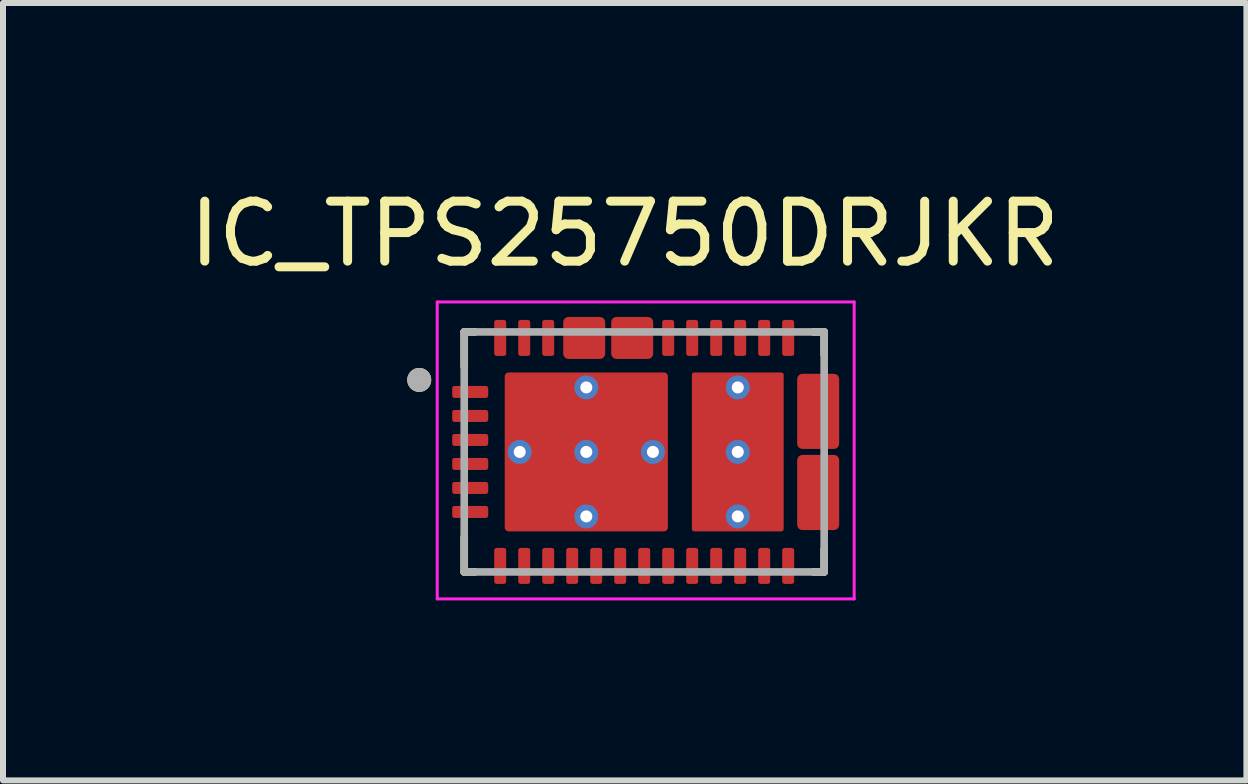
<source format=kicad_pcb>
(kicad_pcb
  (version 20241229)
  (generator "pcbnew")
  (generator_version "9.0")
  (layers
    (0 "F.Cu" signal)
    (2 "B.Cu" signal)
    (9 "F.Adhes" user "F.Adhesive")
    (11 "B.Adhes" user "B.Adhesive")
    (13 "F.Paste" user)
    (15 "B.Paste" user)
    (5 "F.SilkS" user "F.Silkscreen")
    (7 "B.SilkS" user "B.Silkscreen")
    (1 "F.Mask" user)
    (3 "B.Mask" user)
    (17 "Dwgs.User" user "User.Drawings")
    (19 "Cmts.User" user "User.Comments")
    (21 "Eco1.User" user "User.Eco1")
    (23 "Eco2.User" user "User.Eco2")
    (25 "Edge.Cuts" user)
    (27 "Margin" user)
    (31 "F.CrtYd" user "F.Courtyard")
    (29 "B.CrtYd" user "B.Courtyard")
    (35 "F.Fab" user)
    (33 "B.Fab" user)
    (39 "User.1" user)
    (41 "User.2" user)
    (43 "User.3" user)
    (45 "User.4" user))
  (footprint "IC_TPS25750DRJKR"
    (layer "F.Cu")
    (at 7.688 4.483)
    (property "Reference" "IC_TPS25750DRJKR" (at -0.325 -3.635 0) (layer "F.SilkS") (effects (font (size 1 1) (thickness 0.15))))
    (attr smd)
    (fp_poly (pts (xy -2.65 -0.85) (xy -3.15 -0.85) (xy -3.155 -0.85) (xy -3.16 -0.851) (xy -3.166 -0.851) (xy -3.171 -0.852) (xy -3.176 -0.853) (xy -3.181 -0.855) (xy -3.186 -0.857) (xy -3.191 -0.859) (xy -3.195 -0.861) (xy -3.2 -0.863) (xy -3.204 -0.866) (xy -3.209 -0.869) (xy -3.213 -0.872) (xy -3.217 -0.876) (xy -3.221 -0.879) (xy -3.224 -0.883) (xy -3.228 -0.887) (xy -3.231 -0.891) (xy -3.234 -0.896) (xy -3.237 -0.9) (xy -3.239 -0.905) (xy -3.241 -0.909) (xy -3.243 -0.914) (xy -3.245 -0.919) (xy -3.247 -0.924) (xy -3.248 -0.929) (xy -3.249 -0.934) (xy -3.249 -0.94) (xy -3.25 -0.945) (xy -3.25 -0.95) (xy -3.25 -1.05) (xy -3.25 -1.055) (xy -3.249 -1.06) (xy -3.249 -1.066) (xy -3.248 -1.071) (xy -3.247 -1.076) (xy -3.245 -1.081) (xy -3.243 -1.086) (xy -3.241 -1.091) (xy -3.239 -1.095) (xy -3.237 -1.1) (xy -3.234 -1.104) (xy -3.231 -1.109) (xy -3.228 -1.113) (xy -3.224 -1.117) (xy -3.221 -1.121) (xy -3.217 -1.124) (xy -3.213 -1.128) (xy -3.209 -1.131) (xy -3.204 -1.134) (xy -3.2 -1.137) (xy -3.195 -1.139) (xy -3.191 -1.141) (xy -3.186 -1.143) (xy -3.181 -1.145) (xy -3.176 -1.147) (xy -3.171 -1.148) (xy -3.166 -1.149) (xy -3.16 -1.149) (xy -3.155 -1.15) (xy -3.15 -1.15) (xy -2.65 -1.15) (xy -2.645 -1.15) (xy -2.64 -1.149) (xy -2.634 -1.149) (xy -2.629 -1.148) (xy -2.624 -1.147) (xy -2.619 -1.145) (xy -2.614 -1.143) (xy -2.609 -1.141) (xy -2.605 -1.139) (xy -2.6 -1.137) (xy -2.596 -1.134) (xy -2.591 -1.131) (xy -2.587 -1.128) (xy -2.583 -1.124) (xy -2.579 -1.121) (xy -2.576 -1.117) (xy -2.572 -1.113) (xy -2.569 -1.109) (xy -2.566 -1.104) (xy -2.563 -1.1) (xy -2.561 -1.095) (xy -2.559 -1.091) (xy -2.557 -1.086) (xy -2.555 -1.081) (xy -2.553 -1.076) (xy -2.552 -1.071) (xy -2.551 -1.066) (xy -2.551 -1.06) (xy -2.55 -1.055) (xy -2.55 -1.05) (xy -2.55 -0.95) (xy -2.55 -0.945) (xy -2.551 -0.94) (xy -2.551 -0.934) (xy -2.552 -0.929) (xy -2.553 -0.924) (xy -2.555 -0.919) (xy -2.557 -0.914) (xy -2.559 -0.909) (xy -2.561 -0.905) (xy -2.563 -0.9) (xy -2.566 -0.896) (xy -2.569 -0.891) (xy -2.572 -0.887) (xy -2.576 -0.883) (xy -2.579 -0.879) (xy -2.583 -0.876) (xy -2.587 -0.872) (xy -2.591 -0.869) (xy -2.596 -0.866) (xy -2.6 -0.863) (xy -2.605 -0.861) (xy -2.609 -0.859) (xy -2.614 -0.857) (xy -2.619 -0.855) (xy -2.624 -0.853) (xy -2.629 -0.852) (xy -2.634 -0.851) (xy -2.64 -0.851) (xy -2.645 -0.85) (xy -2.65 -0.85)) (stroke (width 0.01) (type solid)) (fill yes) (layer "F.Mask"))
    (fp_poly (pts (xy -2.65 -0.45) (xy -3.15 -0.45) (xy -3.155 -0.45) (xy -3.16 -0.451) (xy -3.166 -0.451) (xy -3.171 -0.452) (xy -3.176 -0.453) (xy -3.181 -0.455) (xy -3.186 -0.457) (xy -3.191 -0.459) (xy -3.195 -0.461) (xy -3.2 -0.463) (xy -3.204 -0.466) (xy -3.209 -0.469) (xy -3.213 -0.472) (xy -3.217 -0.476) (xy -3.221 -0.479) (xy -3.224 -0.483) (xy -3.228 -0.487) (xy -3.231 -0.491) (xy -3.234 -0.496) (xy -3.237 -0.5) (xy -3.239 -0.505) (xy -3.241 -0.509) (xy -3.243 -0.514) (xy -3.245 -0.519) (xy -3.247 -0.524) (xy -3.248 -0.529) (xy -3.249 -0.534) (xy -3.249 -0.54) (xy -3.25 -0.545) (xy -3.25 -0.55) (xy -3.25 -0.65) (xy -3.25 -0.655) (xy -3.249 -0.66) (xy -3.249 -0.666) (xy -3.248 -0.671) (xy -3.247 -0.676) (xy -3.245 -0.681) (xy -3.243 -0.686) (xy -3.241 -0.691) (xy -3.239 -0.695) (xy -3.237 -0.7) (xy -3.234 -0.704) (xy -3.231 -0.709) (xy -3.228 -0.713) (xy -3.224 -0.717) (xy -3.221 -0.721) (xy -3.217 -0.724) (xy -3.213 -0.728) (xy -3.209 -0.731) (xy -3.204 -0.734) (xy -3.2 -0.737) (xy -3.195 -0.739) (xy -3.191 -0.741) (xy -3.186 -0.743) (xy -3.181 -0.745) (xy -3.176 -0.747) (xy -3.171 -0.748) (xy -3.166 -0.749) (xy -3.16 -0.749) (xy -3.155 -0.75) (xy -3.15 -0.75) (xy -2.65 -0.75) (xy -2.645 -0.75) (xy -2.64 -0.749) (xy -2.634 -0.749) (xy -2.629 -0.748) (xy -2.624 -0.747) (xy -2.619 -0.745) (xy -2.614 -0.743) (xy -2.609 -0.741) (xy -2.605 -0.739) (xy -2.6 -0.737) (xy -2.596 -0.734) (xy -2.591 -0.731) (xy -2.587 -0.728) (xy -2.583 -0.724) (xy -2.579 -0.721) (xy -2.576 -0.717) (xy -2.572 -0.713) (xy -2.569 -0.709) (xy -2.566 -0.704) (xy -2.563 -0.7) (xy -2.561 -0.695) (xy -2.559 -0.691) (xy -2.557 -0.686) (xy -2.555 -0.681) (xy -2.553 -0.676) (xy -2.552 -0.671) (xy -2.551 -0.666) (xy -2.551 -0.66) (xy -2.55 -0.655) (xy -2.55 -0.65) (xy -2.55 -0.55) (xy -2.55 -0.545) (xy -2.551 -0.54) (xy -2.551 -0.534) (xy -2.552 -0.529) (xy -2.553 -0.524) (xy -2.555 -0.519) (xy -2.557 -0.514) (xy -2.559 -0.509) (xy -2.561 -0.505) (xy -2.563 -0.5) (xy -2.566 -0.496) (xy -2.569 -0.491) (xy -2.572 -0.487) (xy -2.576 -0.483) (xy -2.579 -0.479) (xy -2.583 -0.476) (xy -2.587 -0.472) (xy -2.591 -0.469) (xy -2.596 -0.466) (xy -2.6 -0.463) (xy -2.605 -0.461) (xy -2.609 -0.459) (xy -2.614 -0.457) (xy -2.619 -0.455) (xy -2.624 -0.453) (xy -2.629 -0.452) (xy -2.634 -0.451) (xy -2.64 -0.451) (xy -2.645 -0.45) (xy -2.65 -0.45)) (stroke (width 0.01) (type solid)) (fill yes) (layer "F.Mask"))
    (fp_poly (pts (xy -2.65 -0.05) (xy -3.15 -0.05) (xy -3.155 -0.05) (xy -3.16 -0.051) (xy -3.166 -0.051) (xy -3.171 -0.052) (xy -3.176 -0.053) (xy -3.181 -0.055) (xy -3.186 -0.057) (xy -3.191 -0.059) (xy -3.195 -0.061) (xy -3.2 -0.063) (xy -3.204 -0.066) (xy -3.209 -0.069) (xy -3.213 -0.072) (xy -3.217 -0.076) (xy -3.221 -0.079) (xy -3.224 -0.083) (xy -3.228 -0.087) (xy -3.231 -0.091) (xy -3.234 -0.096) (xy -3.237 -0.1) (xy -3.239 -0.105) (xy -3.241 -0.109) (xy -3.243 -0.114) (xy -3.245 -0.119) (xy -3.247 -0.124) (xy -3.248 -0.129) (xy -3.249 -0.134) (xy -3.249 -0.14) (xy -3.25 -0.145) (xy -3.25 -0.15) (xy -3.25 -0.25) (xy -3.25 -0.255) (xy -3.249 -0.26) (xy -3.249 -0.266) (xy -3.248 -0.271) (xy -3.247 -0.276) (xy -3.245 -0.281) (xy -3.243 -0.286) (xy -3.241 -0.291) (xy -3.239 -0.295) (xy -3.237 -0.3) (xy -3.234 -0.304) (xy -3.231 -0.309) (xy -3.228 -0.313) (xy -3.224 -0.317) (xy -3.221 -0.321) (xy -3.217 -0.324) (xy -3.213 -0.328) (xy -3.209 -0.331) (xy -3.204 -0.334) (xy -3.2 -0.337) (xy -3.195 -0.339) (xy -3.191 -0.341) (xy -3.186 -0.343) (xy -3.181 -0.345) (xy -3.176 -0.347) (xy -3.171 -0.348) (xy -3.166 -0.349) (xy -3.16 -0.349) (xy -3.155 -0.35) (xy -3.15 -0.35) (xy -2.65 -0.35) (xy -2.645 -0.35) (xy -2.64 -0.349) (xy -2.634 -0.349) (xy -2.629 -0.348) (xy -2.624 -0.347) (xy -2.619 -0.345) (xy -2.614 -0.343) (xy -2.609 -0.341) (xy -2.605 -0.339) (xy -2.6 -0.337) (xy -2.596 -0.334) (xy -2.591 -0.331) (xy -2.587 -0.328) (xy -2.583 -0.324) (xy -2.579 -0.321) (xy -2.576 -0.317) (xy -2.572 -0.313) (xy -2.569 -0.309) (xy -2.566 -0.304) (xy -2.563 -0.3) (xy -2.561 -0.295) (xy -2.559 -0.291) (xy -2.557 -0.286) (xy -2.555 -0.281) (xy -2.553 -0.276) (xy -2.552 -0.271) (xy -2.551 -0.266) (xy -2.551 -0.26) (xy -2.55 -0.255) (xy -2.55 -0.25) (xy -2.55 -0.15) (xy -2.55 -0.145) (xy -2.551 -0.14) (xy -2.551 -0.134) (xy -2.552 -0.129) (xy -2.553 -0.124) (xy -2.555 -0.119) (xy -2.557 -0.114) (xy -2.559 -0.109) (xy -2.561 -0.105) (xy -2.563 -0.1) (xy -2.566 -0.096) (xy -2.569 -0.091) (xy -2.572 -0.087) (xy -2.576 -0.083) (xy -2.579 -0.079) (xy -2.583 -0.076) (xy -2.587 -0.072) (xy -2.591 -0.069) (xy -2.596 -0.066) (xy -2.6 -0.063) (xy -2.605 -0.061) (xy -2.609 -0.059) (xy -2.614 -0.057) (xy -2.619 -0.055) (xy -2.624 -0.053) (xy -2.629 -0.052) (xy -2.634 -0.051) (xy -2.64 -0.051) (xy -2.645 -0.05) (xy -2.65 -0.05)) (stroke (width 0.01) (type solid)) (fill yes) (layer "F.Mask"))
    (fp_poly (pts (xy -2.65 0.35) (xy -3.15 0.35) (xy -3.155 0.35) (xy -3.16 0.349) (xy -3.166 0.349) (xy -3.171 0.348) (xy -3.176 0.347) (xy -3.181 0.345) (xy -3.186 0.343) (xy -3.191 0.341) (xy -3.195 0.339) (xy -3.2 0.337) (xy -3.204 0.334) (xy -3.209 0.331) (xy -3.213 0.328) (xy -3.217 0.324) (xy -3.221 0.321) (xy -3.224 0.317) (xy -3.228 0.313) (xy -3.231 0.309) (xy -3.234 0.304) (xy -3.237 0.3) (xy -3.239 0.295) (xy -3.241 0.291) (xy -3.243 0.286) (xy -3.245 0.281) (xy -3.247 0.276) (xy -3.248 0.271) (xy -3.249 0.266) (xy -3.249 0.26) (xy -3.25 0.255) (xy -3.25 0.25) (xy -3.25 0.15) (xy -3.25 0.145) (xy -3.249 0.14) (xy -3.249 0.134) (xy -3.248 0.129) (xy -3.247 0.124) (xy -3.245 0.119) (xy -3.243 0.114) (xy -3.241 0.109) (xy -3.239 0.105) (xy -3.237 0.1) (xy -3.234 0.096) (xy -3.231 0.091) (xy -3.228 0.087) (xy -3.224 0.083) (xy -3.221 0.079) (xy -3.217 0.076) (xy -3.213 0.072) (xy -3.209 0.069) (xy -3.204 0.066) (xy -3.2 0.063) (xy -3.195 0.061) (xy -3.191 0.059) (xy -3.186 0.057) (xy -3.181 0.055) (xy -3.176 0.053) (xy -3.171 0.052) (xy -3.166 0.051) (xy -3.16 0.051) (xy -3.155 0.05) (xy -3.15 0.05) (xy -2.65 0.05) (xy -2.645 0.05) (xy -2.64 0.051) (xy -2.634 0.051) (xy -2.629 0.052) (xy -2.624 0.053) (xy -2.619 0.055) (xy -2.614 0.057) (xy -2.609 0.059) (xy -2.605 0.061) (xy -2.6 0.063) (xy -2.596 0.066) (xy -2.591 0.069) (xy -2.587 0.072) (xy -2.583 0.076) (xy -2.579 0.079) (xy -2.576 0.083) (xy -2.572 0.087) (xy -2.569 0.091) (xy -2.566 0.096) (xy -2.563 0.1) (xy -2.561 0.105) (xy -2.559 0.109) (xy -2.557 0.114) (xy -2.555 0.119) (xy -2.553 0.124) (xy -2.552 0.129) (xy -2.551 0.134) (xy -2.551 0.14) (xy -2.55 0.145) (xy -2.55 0.15) (xy -2.55 0.25) (xy -2.55 0.255) (xy -2.551 0.26) (xy -2.551 0.266) (xy -2.552 0.271) (xy -2.553 0.276) (xy -2.555 0.281) (xy -2.557 0.286) (xy -2.559 0.291) (xy -2.561 0.295) (xy -2.563 0.3) (xy -2.566 0.304) (xy -2.569 0.309) (xy -2.572 0.313) (xy -2.576 0.317) (xy -2.579 0.321) (xy -2.583 0.324) (xy -2.587 0.328) (xy -2.591 0.331) (xy -2.596 0.334) (xy -2.6 0.337) (xy -2.605 0.339) (xy -2.609 0.341) (xy -2.614 0.343) (xy -2.619 0.345) (xy -2.624 0.347) (xy -2.629 0.348) (xy -2.634 0.349) (xy -2.64 0.349) (xy -2.645 0.35) (xy -2.65 0.35)) (stroke (width 0.01) (type solid)) (fill yes) (layer "F.Mask"))
    (fp_poly (pts (xy -2.65 0.75) (xy -3.15 0.75) (xy -3.155 0.75) (xy -3.16 0.749) (xy -3.166 0.749) (xy -3.171 0.748) (xy -3.176 0.747) (xy -3.181 0.745) (xy -3.186 0.743) (xy -3.191 0.741) (xy -3.195 0.739) (xy -3.2 0.737) (xy -3.204 0.734) (xy -3.209 0.731) (xy -3.213 0.728) (xy -3.217 0.724) (xy -3.221 0.721) (xy -3.224 0.717) (xy -3.228 0.713) (xy -3.231 0.709) (xy -3.234 0.704) (xy -3.237 0.7) (xy -3.239 0.695) (xy -3.241 0.691) (xy -3.243 0.686) (xy -3.245 0.681) (xy -3.247 0.676) (xy -3.248 0.671) (xy -3.249 0.666) (xy -3.249 0.66) (xy -3.25 0.655) (xy -3.25 0.65) (xy -3.25 0.55) (xy -3.25 0.545) (xy -3.249 0.54) (xy -3.249 0.534) (xy -3.248 0.529) (xy -3.247 0.524) (xy -3.245 0.519) (xy -3.243 0.514) (xy -3.241 0.509) (xy -3.239 0.505) (xy -3.237 0.5) (xy -3.234 0.496) (xy -3.231 0.491) (xy -3.228 0.487) (xy -3.224 0.483) (xy -3.221 0.479) (xy -3.217 0.476) (xy -3.213 0.472) (xy -3.209 0.469) (xy -3.204 0.466) (xy -3.2 0.463) (xy -3.195 0.461) (xy -3.191 0.459) (xy -3.186 0.457) (xy -3.181 0.455) (xy -3.176 0.453) (xy -3.171 0.452) (xy -3.166 0.451) (xy -3.16 0.451) (xy -3.155 0.45) (xy -3.15 0.45) (xy -2.65 0.45) (xy -2.645 0.45) (xy -2.64 0.451) (xy -2.634 0.451) (xy -2.629 0.452) (xy -2.624 0.453) (xy -2.619 0.455) (xy -2.614 0.457) (xy -2.609 0.459) (xy -2.605 0.461) (xy -2.6 0.463) (xy -2.596 0.466) (xy -2.591 0.469) (xy -2.587 0.472) (xy -2.583 0.476) (xy -2.579 0.479) (xy -2.576 0.483) (xy -2.572 0.487) (xy -2.569 0.491) (xy -2.566 0.496) (xy -2.563 0.5) (xy -2.561 0.505) (xy -2.559 0.509) (xy -2.557 0.514) (xy -2.555 0.519) (xy -2.553 0.524) (xy -2.552 0.529) (xy -2.551 0.534) (xy -2.551 0.54) (xy -2.55 0.545) (xy -2.55 0.55) (xy -2.55 0.65) (xy -2.55 0.655) (xy -2.551 0.66) (xy -2.551 0.666) (xy -2.552 0.671) (xy -2.553 0.676) (xy -2.555 0.681) (xy -2.557 0.686) (xy -2.559 0.691) (xy -2.561 0.695) (xy -2.563 0.7) (xy -2.566 0.704) (xy -2.569 0.709) (xy -2.572 0.713) (xy -2.576 0.717) (xy -2.579 0.721) (xy -2.583 0.724) (xy -2.587 0.728) (xy -2.591 0.731) (xy -2.596 0.734) (xy -2.6 0.737) (xy -2.605 0.739) (xy -2.609 0.741) (xy -2.614 0.743) (xy -2.619 0.745) (xy -2.624 0.747) (xy -2.629 0.748) (xy -2.634 0.749) (xy -2.64 0.749) (xy -2.645 0.75) (xy -2.65 0.75)) (stroke (width 0.01) (type solid)) (fill yes) (layer "F.Mask"))
    (fp_poly (pts (xy -2.65 1.15) (xy -3.15 1.15) (xy -3.155 1.15) (xy -3.16 1.149) (xy -3.166 1.149) (xy -3.171 1.148) (xy -3.176 1.147) (xy -3.181 1.145) (xy -3.186 1.143) (xy -3.191 1.141) (xy -3.195 1.139) (xy -3.2 1.137) (xy -3.204 1.134) (xy -3.209 1.131) (xy -3.213 1.128) (xy -3.217 1.124) (xy -3.221 1.121) (xy -3.224 1.117) (xy -3.228 1.113) (xy -3.231 1.109) (xy -3.234 1.104) (xy -3.237 1.1) (xy -3.239 1.095) (xy -3.241 1.091) (xy -3.243 1.086) (xy -3.245 1.081) (xy -3.247 1.076) (xy -3.248 1.071) (xy -3.249 1.066) (xy -3.249 1.06) (xy -3.25 1.055) (xy -3.25 1.05) (xy -3.25 0.95) (xy -3.25 0.945) (xy -3.249 0.94) (xy -3.249 0.934) (xy -3.248 0.929) (xy -3.247 0.924) (xy -3.245 0.919) (xy -3.243 0.914) (xy -3.241 0.909) (xy -3.239 0.905) (xy -3.237 0.9) (xy -3.234 0.896) (xy -3.231 0.891) (xy -3.228 0.887) (xy -3.224 0.883) (xy -3.221 0.879) (xy -3.217 0.876) (xy -3.213 0.872) (xy -3.209 0.869) (xy -3.204 0.866) (xy -3.2 0.863) (xy -3.195 0.861) (xy -3.191 0.859) (xy -3.186 0.857) (xy -3.181 0.855) (xy -3.176 0.853) (xy -3.171 0.852) (xy -3.166 0.851) (xy -3.16 0.851) (xy -3.155 0.85) (xy -3.15 0.85) (xy -2.65 0.85) (xy -2.645 0.85) (xy -2.64 0.851) (xy -2.634 0.851) (xy -2.629 0.852) (xy -2.624 0.853) (xy -2.619 0.855) (xy -2.614 0.857) (xy -2.609 0.859) (xy -2.605 0.861) (xy -2.6 0.863) (xy -2.596 0.866) (xy -2.591 0.869) (xy -2.587 0.872) (xy -2.583 0.876) (xy -2.579 0.879) (xy -2.576 0.883) (xy -2.572 0.887) (xy -2.569 0.891) (xy -2.566 0.896) (xy -2.563 0.9) (xy -2.561 0.905) (xy -2.559 0.909) (xy -2.557 0.914) (xy -2.555 0.919) (xy -2.553 0.924) (xy -2.552 0.929) (xy -2.551 0.934) (xy -2.551 0.94) (xy -2.55 0.945) (xy -2.55 0.95) (xy -2.55 1.05) (xy -2.55 1.055) (xy -2.551 1.06) (xy -2.551 1.066) (xy -2.552 1.071) (xy -2.553 1.076) (xy -2.555 1.081) (xy -2.557 1.086) (xy -2.559 1.091) (xy -2.561 1.095) (xy -2.563 1.1) (xy -2.566 1.104) (xy -2.569 1.109) (xy -2.572 1.113) (xy -2.576 1.117) (xy -2.579 1.121) (xy -2.583 1.124) (xy -2.587 1.128) (xy -2.591 1.131) (xy -2.596 1.134) (xy -2.6 1.137) (xy -2.605 1.139) (xy -2.609 1.141) (xy -2.614 1.143) (xy -2.619 1.145) (xy -2.624 1.147) (xy -2.629 1.148) (xy -2.634 1.149) (xy -2.64 1.149) (xy -2.645 1.15) (xy -2.65 1.15)) (stroke (width 0.01) (type solid)) (fill yes) (layer "F.Mask"))
    (fp_poly (pts (xy -2.55 -1.65) (xy -2.55 -2.15) (xy -2.55 -2.155) (xy -2.549 -2.16) (xy -2.549 -2.166) (xy -2.548 -2.171) (xy -2.547 -2.176) (xy -2.545 -2.181) (xy -2.543 -2.186) (xy -2.541 -2.191) (xy -2.539 -2.195) (xy -2.537 -2.2) (xy -2.534 -2.204) (xy -2.531 -2.209) (xy -2.528 -2.213) (xy -2.524 -2.217) (xy -2.521 -2.221) (xy -2.517 -2.224) (xy -2.513 -2.228) (xy -2.509 -2.231) (xy -2.504 -2.234) (xy -2.5 -2.237) (xy -2.495 -2.239) (xy -2.491 -2.241) (xy -2.486 -2.243) (xy -2.481 -2.245) (xy -2.476 -2.247) (xy -2.471 -2.248) (xy -2.466 -2.249) (xy -2.46 -2.249) (xy -2.455 -2.25) (xy -2.45 -2.25) (xy -2.35 -2.25) (xy -2.345 -2.25) (xy -2.34 -2.249) (xy -2.334 -2.249) (xy -2.329 -2.248) (xy -2.324 -2.247) (xy -2.319 -2.245) (xy -2.314 -2.243) (xy -2.309 -2.241) (xy -2.305 -2.239) (xy -2.3 -2.237) (xy -2.296 -2.234) (xy -2.291 -2.231) (xy -2.287 -2.228) (xy -2.283 -2.224) (xy -2.279 -2.221) (xy -2.276 -2.217) (xy -2.272 -2.213) (xy -2.269 -2.209) (xy -2.266 -2.204) (xy -2.263 -2.2) (xy -2.261 -2.195) (xy -2.259 -2.191) (xy -2.257 -2.186) (xy -2.255 -2.181) (xy -2.253 -2.176) (xy -2.252 -2.171) (xy -2.251 -2.166) (xy -2.251 -2.16) (xy -2.25 -2.155) (xy -2.25 -2.15) (xy -2.25 -1.65) (xy -2.25 -1.645) (xy -2.251 -1.64) (xy -2.251 -1.634) (xy -2.252 -1.629) (xy -2.253 -1.624) (xy -2.255 -1.619) (xy -2.257 -1.614) (xy -2.259 -1.609) (xy -2.261 -1.605) (xy -2.263 -1.6) (xy -2.266 -1.596) (xy -2.269 -1.591) (xy -2.272 -1.587) (xy -2.276 -1.583) (xy -2.279 -1.579) (xy -2.283 -1.576) (xy -2.287 -1.572) (xy -2.291 -1.569) (xy -2.296 -1.566) (xy -2.3 -1.563) (xy -2.305 -1.561) (xy -2.309 -1.559) (xy -2.314 -1.557) (xy -2.319 -1.555) (xy -2.324 -1.553) (xy -2.329 -1.552) (xy -2.334 -1.551) (xy -2.34 -1.551) (xy -2.345 -1.55) (xy -2.35 -1.55) (xy -2.45 -1.55) (xy -2.455 -1.55) (xy -2.46 -1.551) (xy -2.466 -1.551) (xy -2.471 -1.552) (xy -2.476 -1.553) (xy -2.481 -1.555) (xy -2.486 -1.557) (xy -2.491 -1.559) (xy -2.495 -1.561) (xy -2.5 -1.563) (xy -2.504 -1.566) (xy -2.509 -1.569) (xy -2.513 -1.572) (xy -2.517 -1.576) (xy -2.521 -1.579) (xy -2.524 -1.583) (xy -2.528 -1.587) (xy -2.531 -1.591) (xy -2.534 -1.596) (xy -2.537 -1.6) (xy -2.539 -1.605) (xy -2.541 -1.609) (xy -2.543 -1.614) (xy -2.545 -1.619) (xy -2.547 -1.624) (xy -2.548 -1.629) (xy -2.549 -1.634) (xy -2.549 -1.64) (xy -2.55 -1.645) (xy -2.55 -1.65)) (stroke (width 0.01) (type solid)) (fill yes) (layer "F.Mask"))
    (fp_poly (pts (xy -2.25 1.65) (xy -2.25 2.15) (xy -2.25 2.155) (xy -2.251 2.16) (xy -2.251 2.166) (xy -2.252 2.171) (xy -2.253 2.176) (xy -2.255 2.181) (xy -2.257 2.186) (xy -2.259 2.191) (xy -2.261 2.195) (xy -2.263 2.2) (xy -2.266 2.204) (xy -2.269 2.209) (xy -2.272 2.213) (xy -2.276 2.217) (xy -2.279 2.221) (xy -2.283 2.224) (xy -2.287 2.228) (xy -2.291 2.231) (xy -2.296 2.234) (xy -2.3 2.237) (xy -2.305 2.239) (xy -2.309 2.241) (xy -2.314 2.243) (xy -2.319 2.245) (xy -2.324 2.247) (xy -2.329 2.248) (xy -2.334 2.249) (xy -2.34 2.249) (xy -2.345 2.25) (xy -2.35 2.25) (xy -2.45 2.25) (xy -2.455 2.25) (xy -2.46 2.249) (xy -2.466 2.249) (xy -2.471 2.248) (xy -2.476 2.247) (xy -2.481 2.245) (xy -2.486 2.243) (xy -2.491 2.241) (xy -2.495 2.239) (xy -2.5 2.237) (xy -2.504 2.234) (xy -2.509 2.231) (xy -2.513 2.228) (xy -2.517 2.224) (xy -2.521 2.221) (xy -2.524 2.217) (xy -2.528 2.213) (xy -2.531 2.209) (xy -2.534 2.204) (xy -2.537 2.2) (xy -2.539 2.195) (xy -2.541 2.191) (xy -2.543 2.186) (xy -2.545 2.181) (xy -2.547 2.176) (xy -2.548 2.171) (xy -2.549 2.166) (xy -2.549 2.16) (xy -2.55 2.155) (xy -2.55 2.15) (xy -2.55 1.65) (xy -2.55 1.645) (xy -2.549 1.64) (xy -2.549 1.634) (xy -2.548 1.629) (xy -2.547 1.624) (xy -2.545 1.619) (xy -2.543 1.614) (xy -2.541 1.609) (xy -2.539 1.605) (xy -2.537 1.6) (xy -2.534 1.596) (xy -2.531 1.591) (xy -2.528 1.587) (xy -2.524 1.583) (xy -2.521 1.579) (xy -2.517 1.576) (xy -2.513 1.572) (xy -2.509 1.569) (xy -2.504 1.566) (xy -2.5 1.563) (xy -2.495 1.561) (xy -2.491 1.559) (xy -2.486 1.557) (xy -2.481 1.555) (xy -2.476 1.553) (xy -2.471 1.552) (xy -2.466 1.551) (xy -2.46 1.551) (xy -2.455 1.55) (xy -2.45 1.55) (xy -2.35 1.55) (xy -2.345 1.55) (xy -2.34 1.551) (xy -2.334 1.551) (xy -2.329 1.552) (xy -2.324 1.553) (xy -2.319 1.555) (xy -2.314 1.557) (xy -2.309 1.559) (xy -2.305 1.561) (xy -2.3 1.563) (xy -2.296 1.566) (xy -2.291 1.569) (xy -2.287 1.572) (xy -2.283 1.576) (xy -2.279 1.579) (xy -2.276 1.583) (xy -2.272 1.587) (xy -2.269 1.591) (xy -2.266 1.596) (xy -2.263 1.6) (xy -2.261 1.605) (xy -2.259 1.609) (xy -2.257 1.614) (xy -2.255 1.619) (xy -2.253 1.624) (xy -2.252 1.629) (xy -2.251 1.634) (xy -2.251 1.64) (xy -2.25 1.645) (xy -2.25 1.65)) (stroke (width 0.01) (type solid)) (fill yes) (layer "F.Mask"))
    (fp_poly (pts (xy -2.15 -1.65) (xy -2.15 -2.15) (xy -2.15 -2.155) (xy -2.149 -2.16) (xy -2.149 -2.166) (xy -2.148 -2.171) (xy -2.147 -2.176) (xy -2.145 -2.181) (xy -2.143 -2.186) (xy -2.141 -2.191) (xy -2.139 -2.195) (xy -2.137 -2.2) (xy -2.134 -2.204) (xy -2.131 -2.209) (xy -2.128 -2.213) (xy -2.124 -2.217) (xy -2.121 -2.221) (xy -2.117 -2.224) (xy -2.113 -2.228) (xy -2.109 -2.231) (xy -2.104 -2.234) (xy -2.1 -2.237) (xy -2.095 -2.239) (xy -2.091 -2.241) (xy -2.086 -2.243) (xy -2.081 -2.245) (xy -2.076 -2.247) (xy -2.071 -2.248) (xy -2.066 -2.249) (xy -2.06 -2.249) (xy -2.055 -2.25) (xy -2.05 -2.25) (xy -1.95 -2.25) (xy -1.945 -2.25) (xy -1.94 -2.249) (xy -1.934 -2.249) (xy -1.929 -2.248) (xy -1.924 -2.247) (xy -1.919 -2.245) (xy -1.914 -2.243) (xy -1.909 -2.241) (xy -1.905 -2.239) (xy -1.9 -2.237) (xy -1.896 -2.234) (xy -1.891 -2.231) (xy -1.887 -2.228) (xy -1.883 -2.224) (xy -1.879 -2.221) (xy -1.876 -2.217) (xy -1.872 -2.213) (xy -1.869 -2.209) (xy -1.866 -2.204) (xy -1.863 -2.2) (xy -1.861 -2.195) (xy -1.859 -2.191) (xy -1.857 -2.186) (xy -1.855 -2.181) (xy -1.853 -2.176) (xy -1.852 -2.171) (xy -1.851 -2.166) (xy -1.851 -2.16) (xy -1.85 -2.155) (xy -1.85 -2.15) (xy -1.85 -1.65) (xy -1.85 -1.645) (xy -1.851 -1.64) (xy -1.851 -1.634) (xy -1.852 -1.629) (xy -1.853 -1.624) (xy -1.855 -1.619) (xy -1.857 -1.614) (xy -1.859 -1.609) (xy -1.861 -1.605) (xy -1.863 -1.6) (xy -1.866 -1.596) (xy -1.869 -1.591) (xy -1.872 -1.587) (xy -1.876 -1.583) (xy -1.879 -1.579) (xy -1.883 -1.576) (xy -1.887 -1.572) (xy -1.891 -1.569) (xy -1.896 -1.566) (xy -1.9 -1.563) (xy -1.905 -1.561) (xy -1.909 -1.559) (xy -1.914 -1.557) (xy -1.919 -1.555) (xy -1.924 -1.553) (xy -1.929 -1.552) (xy -1.934 -1.551) (xy -1.94 -1.551) (xy -1.945 -1.55) (xy -1.95 -1.55) (xy -2.05 -1.55) (xy -2.055 -1.55) (xy -2.06 -1.551) (xy -2.066 -1.551) (xy -2.071 -1.552) (xy -2.076 -1.553) (xy -2.081 -1.555) (xy -2.086 -1.557) (xy -2.091 -1.559) (xy -2.095 -1.561) (xy -2.1 -1.563) (xy -2.104 -1.566) (xy -2.109 -1.569) (xy -2.113 -1.572) (xy -2.117 -1.576) (xy -2.121 -1.579) (xy -2.124 -1.583) (xy -2.128 -1.587) (xy -2.131 -1.591) (xy -2.134 -1.596) (xy -2.137 -1.6) (xy -2.139 -1.605) (xy -2.141 -1.609) (xy -2.143 -1.614) (xy -2.145 -1.619) (xy -2.147 -1.624) (xy -2.148 -1.629) (xy -2.149 -1.634) (xy -2.149 -1.64) (xy -2.15 -1.645) (xy -2.15 -1.65)) (stroke (width 0.01) (type solid)) (fill yes) (layer "F.Mask"))
    (fp_poly (pts (xy -1.85 1.65) (xy -1.85 2.15) (xy -1.85 2.155) (xy -1.851 2.16) (xy -1.851 2.166) (xy -1.852 2.171) (xy -1.853 2.176) (xy -1.855 2.181) (xy -1.857 2.186) (xy -1.859 2.191) (xy -1.861 2.195) (xy -1.863 2.2) (xy -1.866 2.204) (xy -1.869 2.209) (xy -1.872 2.213) (xy -1.876 2.217) (xy -1.879 2.221) (xy -1.883 2.224) (xy -1.887 2.228) (xy -1.891 2.231) (xy -1.896 2.234) (xy -1.9 2.237) (xy -1.905 2.239) (xy -1.909 2.241) (xy -1.914 2.243) (xy -1.919 2.245) (xy -1.924 2.247) (xy -1.929 2.248) (xy -1.934 2.249) (xy -1.94 2.249) (xy -1.945 2.25) (xy -1.95 2.25) (xy -2.05 2.25) (xy -2.055 2.25) (xy -2.06 2.249) (xy -2.066 2.249) (xy -2.071 2.248) (xy -2.076 2.247) (xy -2.081 2.245) (xy -2.086 2.243) (xy -2.091 2.241) (xy -2.095 2.239) (xy -2.1 2.237) (xy -2.104 2.234) (xy -2.109 2.231) (xy -2.113 2.228) (xy -2.117 2.224) (xy -2.121 2.221) (xy -2.124 2.217) (xy -2.128 2.213) (xy -2.131 2.209) (xy -2.134 2.204) (xy -2.137 2.2) (xy -2.139 2.195) (xy -2.141 2.191) (xy -2.143 2.186) (xy -2.145 2.181) (xy -2.147 2.176) (xy -2.148 2.171) (xy -2.149 2.166) (xy -2.149 2.16) (xy -2.15 2.155) (xy -2.15 2.15) (xy -2.15 1.65) (xy -2.15 1.645) (xy -2.149 1.64) (xy -2.149 1.634) (xy -2.148 1.629) (xy -2.147 1.624) (xy -2.145 1.619) (xy -2.143 1.614) (xy -2.141 1.609) (xy -2.139 1.605) (xy -2.137 1.6) (xy -2.134 1.596) (xy -2.131 1.591) (xy -2.128 1.587) (xy -2.124 1.583) (xy -2.121 1.579) (xy -2.117 1.576) (xy -2.113 1.572) (xy -2.109 1.569) (xy -2.104 1.566) (xy -2.1 1.563) (xy -2.095 1.561) (xy -2.091 1.559) (xy -2.086 1.557) (xy -2.081 1.555) (xy -2.076 1.553) (xy -2.071 1.552) (xy -2.066 1.551) (xy -2.06 1.551) (xy -2.055 1.55) (xy -2.05 1.55) (xy -1.95 1.55) (xy -1.945 1.55) (xy -1.94 1.551) (xy -1.934 1.551) (xy -1.929 1.552) (xy -1.924 1.553) (xy -1.919 1.555) (xy -1.914 1.557) (xy -1.909 1.559) (xy -1.905 1.561) (xy -1.9 1.563) (xy -1.896 1.566) (xy -1.891 1.569) (xy -1.887 1.572) (xy -1.883 1.576) (xy -1.879 1.579) (xy -1.876 1.583) (xy -1.872 1.587) (xy -1.869 1.591) (xy -1.866 1.596) (xy -1.863 1.6) (xy -1.861 1.605) (xy -1.859 1.609) (xy -1.857 1.614) (xy -1.855 1.619) (xy -1.853 1.624) (xy -1.852 1.629) (xy -1.851 1.634) (xy -1.851 1.64) (xy -1.85 1.645) (xy -1.85 1.65)) (stroke (width 0.01) (type solid)) (fill yes) (layer "F.Mask"))
    (fp_poly (pts (xy -1.75 -1.65) (xy -1.75 -2.15) (xy -1.75 -2.155) (xy -1.749 -2.16) (xy -1.749 -2.166) (xy -1.748 -2.171) (xy -1.747 -2.176) (xy -1.745 -2.181) (xy -1.743 -2.186) (xy -1.741 -2.191) (xy -1.739 -2.195) (xy -1.737 -2.2) (xy -1.734 -2.204) (xy -1.731 -2.209) (xy -1.728 -2.213) (xy -1.724 -2.217) (xy -1.721 -2.221) (xy -1.717 -2.224) (xy -1.713 -2.228) (xy -1.709 -2.231) (xy -1.704 -2.234) (xy -1.7 -2.237) (xy -1.695 -2.239) (xy -1.691 -2.241) (xy -1.686 -2.243) (xy -1.681 -2.245) (xy -1.676 -2.247) (xy -1.671 -2.248) (xy -1.666 -2.249) (xy -1.66 -2.249) (xy -1.655 -2.25) (xy -1.65 -2.25) (xy -1.55 -2.25) (xy -1.545 -2.25) (xy -1.54 -2.249) (xy -1.534 -2.249) (xy -1.529 -2.248) (xy -1.524 -2.247) (xy -1.519 -2.245) (xy -1.514 -2.243) (xy -1.509 -2.241) (xy -1.505 -2.239) (xy -1.5 -2.237) (xy -1.496 -2.234) (xy -1.491 -2.231) (xy -1.487 -2.228) (xy -1.483 -2.224) (xy -1.479 -2.221) (xy -1.476 -2.217) (xy -1.472 -2.213) (xy -1.469 -2.209) (xy -1.466 -2.204) (xy -1.463 -2.2) (xy -1.461 -2.195) (xy -1.459 -2.191) (xy -1.457 -2.186) (xy -1.455 -2.181) (xy -1.453 -2.176) (xy -1.452 -2.171) (xy -1.451 -2.166) (xy -1.451 -2.16) (xy -1.45 -2.155) (xy -1.45 -2.15) (xy -1.45 -1.65) (xy -1.45 -1.645) (xy -1.451 -1.64) (xy -1.451 -1.634) (xy -1.452 -1.629) (xy -1.453 -1.624) (xy -1.455 -1.619) (xy -1.457 -1.614) (xy -1.459 -1.609) (xy -1.461 -1.605) (xy -1.463 -1.6) (xy -1.466 -1.596) (xy -1.469 -1.591) (xy -1.472 -1.587) (xy -1.476 -1.583) (xy -1.479 -1.579) (xy -1.483 -1.576) (xy -1.487 -1.572) (xy -1.491 -1.569) (xy -1.496 -1.566) (xy -1.5 -1.563) (xy -1.505 -1.561) (xy -1.509 -1.559) (xy -1.514 -1.557) (xy -1.519 -1.555) (xy -1.524 -1.553) (xy -1.529 -1.552) (xy -1.534 -1.551) (xy -1.54 -1.551) (xy -1.545 -1.55) (xy -1.55 -1.55) (xy -1.65 -1.55) (xy -1.655 -1.55) (xy -1.66 -1.551) (xy -1.666 -1.551) (xy -1.671 -1.552) (xy -1.676 -1.553) (xy -1.681 -1.555) (xy -1.686 -1.557) (xy -1.691 -1.559) (xy -1.695 -1.561) (xy -1.7 -1.563) (xy -1.704 -1.566) (xy -1.709 -1.569) (xy -1.713 -1.572) (xy -1.717 -1.576) (xy -1.721 -1.579) (xy -1.724 -1.583) (xy -1.728 -1.587) (xy -1.731 -1.591) (xy -1.734 -1.596) (xy -1.737 -1.6) (xy -1.739 -1.605) (xy -1.741 -1.609) (xy -1.743 -1.614) (xy -1.745 -1.619) (xy -1.747 -1.624) (xy -1.748 -1.629) (xy -1.749 -1.634) (xy -1.749 -1.64) (xy -1.75 -1.645) (xy -1.75 -1.65)) (stroke (width 0.01) (type solid)) (fill yes) (layer "F.Mask"))
    (fp_poly (pts (xy -1.45 1.65) (xy -1.45 2.15) (xy -1.45 2.155) (xy -1.451 2.16) (xy -1.451 2.166) (xy -1.452 2.171) (xy -1.453 2.176) (xy -1.455 2.181) (xy -1.457 2.186) (xy -1.459 2.191) (xy -1.461 2.195) (xy -1.463 2.2) (xy -1.466 2.204) (xy -1.469 2.209) (xy -1.472 2.213) (xy -1.476 2.217) (xy -1.479 2.221) (xy -1.483 2.224) (xy -1.487 2.228) (xy -1.491 2.231) (xy -1.496 2.234) (xy -1.5 2.237) (xy -1.505 2.239) (xy -1.509 2.241) (xy -1.514 2.243) (xy -1.519 2.245) (xy -1.524 2.247) (xy -1.529 2.248) (xy -1.534 2.249) (xy -1.54 2.249) (xy -1.545 2.25) (xy -1.55 2.25) (xy -1.65 2.25) (xy -1.655 2.25) (xy -1.66 2.249) (xy -1.666 2.249) (xy -1.671 2.248) (xy -1.676 2.247) (xy -1.681 2.245) (xy -1.686 2.243) (xy -1.691 2.241) (xy -1.695 2.239) (xy -1.7 2.237) (xy -1.704 2.234) (xy -1.709 2.231) (xy -1.713 2.228) (xy -1.717 2.224) (xy -1.721 2.221) (xy -1.724 2.217) (xy -1.728 2.213) (xy -1.731 2.209) (xy -1.734 2.204) (xy -1.737 2.2) (xy -1.739 2.195) (xy -1.741 2.191) (xy -1.743 2.186) (xy -1.745 2.181) (xy -1.747 2.176) (xy -1.748 2.171) (xy -1.749 2.166) (xy -1.749 2.16) (xy -1.75 2.155) (xy -1.75 2.15) (xy -1.75 1.65) (xy -1.75 1.645) (xy -1.749 1.64) (xy -1.749 1.634) (xy -1.748 1.629) (xy -1.747 1.624) (xy -1.745 1.619) (xy -1.743 1.614) (xy -1.741 1.609) (xy -1.739 1.605) (xy -1.737 1.6) (xy -1.734 1.596) (xy -1.731 1.591) (xy -1.728 1.587) (xy -1.724 1.583) (xy -1.721 1.579) (xy -1.717 1.576) (xy -1.713 1.572) (xy -1.709 1.569) (xy -1.704 1.566) (xy -1.7 1.563) (xy -1.695 1.561) (xy -1.691 1.559) (xy -1.686 1.557) (xy -1.681 1.555) (xy -1.676 1.553) (xy -1.671 1.552) (xy -1.666 1.551) (xy -1.66 1.551) (xy -1.655 1.55) (xy -1.65 1.55) (xy -1.55 1.55) (xy -1.545 1.55) (xy -1.54 1.551) (xy -1.534 1.551) (xy -1.529 1.552) (xy -1.524 1.553) (xy -1.519 1.555) (xy -1.514 1.557) (xy -1.509 1.559) (xy -1.505 1.561) (xy -1.5 1.563) (xy -1.496 1.566) (xy -1.491 1.569) (xy -1.487 1.572) (xy -1.483 1.576) (xy -1.479 1.579) (xy -1.476 1.583) (xy -1.472 1.587) (xy -1.469 1.591) (xy -1.466 1.596) (xy -1.463 1.6) (xy -1.461 1.605) (xy -1.459 1.609) (xy -1.457 1.614) (xy -1.455 1.619) (xy -1.453 1.624) (xy -1.452 1.629) (xy -1.451 1.634) (xy -1.451 1.64) (xy -1.45 1.645) (xy -1.45 1.65)) (stroke (width 0.01) (type solid)) (fill yes) (layer "F.Mask"))
    (fp_poly (pts (xy -1.05 1.65) (xy -1.05 2.15) (xy -1.05 2.155) (xy -1.051 2.16) (xy -1.051 2.166) (xy -1.052 2.171) (xy -1.053 2.176) (xy -1.055 2.181) (xy -1.057 2.186) (xy -1.059 2.191) (xy -1.061 2.195) (xy -1.063 2.2) (xy -1.066 2.204) (xy -1.069 2.209) (xy -1.072 2.213) (xy -1.076 2.217) (xy -1.079 2.221) (xy -1.083 2.224) (xy -1.087 2.228) (xy -1.091 2.231) (xy -1.096 2.234) (xy -1.1 2.237) (xy -1.105 2.239) (xy -1.109 2.241) (xy -1.114 2.243) (xy -1.119 2.245) (xy -1.124 2.247) (xy -1.129 2.248) (xy -1.134 2.249) (xy -1.14 2.249) (xy -1.145 2.25) (xy -1.15 2.25) (xy -1.25 2.25) (xy -1.255 2.25) (xy -1.26 2.249) (xy -1.266 2.249) (xy -1.271 2.248) (xy -1.276 2.247) (xy -1.281 2.245) (xy -1.286 2.243) (xy -1.291 2.241) (xy -1.295 2.239) (xy -1.3 2.237) (xy -1.304 2.234) (xy -1.309 2.231) (xy -1.313 2.228) (xy -1.317 2.224) (xy -1.321 2.221) (xy -1.324 2.217) (xy -1.328 2.213) (xy -1.331 2.209) (xy -1.334 2.204) (xy -1.337 2.2) (xy -1.339 2.195) (xy -1.341 2.191) (xy -1.343 2.186) (xy -1.345 2.181) (xy -1.347 2.176) (xy -1.348 2.171) (xy -1.349 2.166) (xy -1.349 2.16) (xy -1.35 2.155) (xy -1.35 2.15) (xy -1.35 1.65) (xy -1.35 1.645) (xy -1.349 1.64) (xy -1.349 1.634) (xy -1.348 1.629) (xy -1.347 1.624) (xy -1.345 1.619) (xy -1.343 1.614) (xy -1.341 1.609) (xy -1.339 1.605) (xy -1.337 1.6) (xy -1.334 1.596) (xy -1.331 1.591) (xy -1.328 1.587) (xy -1.324 1.583) (xy -1.321 1.579) (xy -1.317 1.576) (xy -1.313 1.572) (xy -1.309 1.569) (xy -1.304 1.566) (xy -1.3 1.563) (xy -1.295 1.561) (xy -1.291 1.559) (xy -1.286 1.557) (xy -1.281 1.555) (xy -1.276 1.553) (xy -1.271 1.552) (xy -1.266 1.551) (xy -1.26 1.551) (xy -1.255 1.55) (xy -1.25 1.55) (xy -1.15 1.55) (xy -1.145 1.55) (xy -1.14 1.551) (xy -1.134 1.551) (xy -1.129 1.552) (xy -1.124 1.553) (xy -1.119 1.555) (xy -1.114 1.557) (xy -1.109 1.559) (xy -1.105 1.561) (xy -1.1 1.563) (xy -1.096 1.566) (xy -1.091 1.569) (xy -1.087 1.572) (xy -1.083 1.576) (xy -1.079 1.579) (xy -1.076 1.583) (xy -1.072 1.587) (xy -1.069 1.591) (xy -1.066 1.596) (xy -1.063 1.6) (xy -1.061 1.605) (xy -1.059 1.609) (xy -1.057 1.614) (xy -1.055 1.619) (xy -1.053 1.624) (xy -1.052 1.629) (xy -1.051 1.634) (xy -1.051 1.64) (xy -1.05 1.645) (xy -1.05 1.65)) (stroke (width 0.01) (type solid)) (fill yes) (layer "F.Mask"))
    (fp_poly (pts (xy -0.65 1.65) (xy -0.65 2.15) (xy -0.65 2.155) (xy -0.651 2.16) (xy -0.651 2.166) (xy -0.652 2.171) (xy -0.653 2.176) (xy -0.655 2.181) (xy -0.657 2.186) (xy -0.659 2.191) (xy -0.661 2.195) (xy -0.663 2.2) (xy -0.666 2.204) (xy -0.669 2.209) (xy -0.672 2.213) (xy -0.676 2.217) (xy -0.679 2.221) (xy -0.683 2.224) (xy -0.687 2.228) (xy -0.691 2.231) (xy -0.696 2.234) (xy -0.7 2.237) (xy -0.705 2.239) (xy -0.709 2.241) (xy -0.714 2.243) (xy -0.719 2.245) (xy -0.724 2.247) (xy -0.729 2.248) (xy -0.734 2.249) (xy -0.74 2.249) (xy -0.745 2.25) (xy -0.75 2.25) (xy -0.85 2.25) (xy -0.855 2.25) (xy -0.86 2.249) (xy -0.866 2.249) (xy -0.871 2.248) (xy -0.876 2.247) (xy -0.881 2.245) (xy -0.886 2.243) (xy -0.891 2.241) (xy -0.895 2.239) (xy -0.9 2.237) (xy -0.904 2.234) (xy -0.909 2.231) (xy -0.913 2.228) (xy -0.917 2.224) (xy -0.921 2.221) (xy -0.924 2.217) (xy -0.928 2.213) (xy -0.931 2.209) (xy -0.934 2.204) (xy -0.937 2.2) (xy -0.939 2.195) (xy -0.941 2.191) (xy -0.943 2.186) (xy -0.945 2.181) (xy -0.947 2.176) (xy -0.948 2.171) (xy -0.949 2.166) (xy -0.949 2.16) (xy -0.95 2.155) (xy -0.95 2.15) (xy -0.95 1.65) (xy -0.95 1.645) (xy -0.949 1.64) (xy -0.949 1.634) (xy -0.948 1.629) (xy -0.947 1.624) (xy -0.945 1.619) (xy -0.943 1.614) (xy -0.941 1.609) (xy -0.939 1.605) (xy -0.937 1.6) (xy -0.934 1.596) (xy -0.931 1.591) (xy -0.928 1.587) (xy -0.924 1.583) (xy -0.921 1.579) (xy -0.917 1.576) (xy -0.913 1.572) (xy -0.909 1.569) (xy -0.904 1.566) (xy -0.9 1.563) (xy -0.895 1.561) (xy -0.891 1.559) (xy -0.886 1.557) (xy -0.881 1.555) (xy -0.876 1.553) (xy -0.871 1.552) (xy -0.866 1.551) (xy -0.86 1.551) (xy -0.855 1.55) (xy -0.85 1.55) (xy -0.75 1.55) (xy -0.745 1.55) (xy -0.74 1.551) (xy -0.734 1.551) (xy -0.729 1.552) (xy -0.724 1.553) (xy -0.719 1.555) (xy -0.714 1.557) (xy -0.709 1.559) (xy -0.705 1.561) (xy -0.7 1.563) (xy -0.696 1.566) (xy -0.691 1.569) (xy -0.687 1.572) (xy -0.683 1.576) (xy -0.679 1.579) (xy -0.676 1.583) (xy -0.672 1.587) (xy -0.669 1.591) (xy -0.666 1.596) (xy -0.663 1.6) (xy -0.661 1.605) (xy -0.659 1.609) (xy -0.657 1.614) (xy -0.655 1.619) (xy -0.653 1.624) (xy -0.652 1.629) (xy -0.651 1.634) (xy -0.651 1.64) (xy -0.65 1.645) (xy -0.65 1.65)) (stroke (width 0.01) (type solid)) (fill yes) (layer "F.Mask"))
    (fp_poly (pts (xy -0.25 1.65) (xy -0.25 2.15) (xy -0.25 2.155) (xy -0.251 2.16) (xy -0.251 2.166) (xy -0.252 2.171) (xy -0.253 2.176) (xy -0.255 2.181) (xy -0.257 2.186) (xy -0.259 2.191) (xy -0.261 2.195) (xy -0.263 2.2) (xy -0.266 2.204) (xy -0.269 2.209) (xy -0.272 2.213) (xy -0.276 2.217) (xy -0.279 2.221) (xy -0.283 2.224) (xy -0.287 2.228) (xy -0.291 2.231) (xy -0.296 2.234) (xy -0.3 2.237) (xy -0.305 2.239) (xy -0.309 2.241) (xy -0.314 2.243) (xy -0.319 2.245) (xy -0.324 2.247) (xy -0.329 2.248) (xy -0.334 2.249) (xy -0.34 2.249) (xy -0.345 2.25) (xy -0.35 2.25) (xy -0.45 2.25) (xy -0.455 2.25) (xy -0.46 2.249) (xy -0.466 2.249) (xy -0.471 2.248) (xy -0.476 2.247) (xy -0.481 2.245) (xy -0.486 2.243) (xy -0.491 2.241) (xy -0.495 2.239) (xy -0.5 2.237) (xy -0.504 2.234) (xy -0.509 2.231) (xy -0.513 2.228) (xy -0.517 2.224) (xy -0.521 2.221) (xy -0.524 2.217) (xy -0.528 2.213) (xy -0.531 2.209) (xy -0.534 2.204) (xy -0.537 2.2) (xy -0.539 2.195) (xy -0.541 2.191) (xy -0.543 2.186) (xy -0.545 2.181) (xy -0.547 2.176) (xy -0.548 2.171) (xy -0.549 2.166) (xy -0.549 2.16) (xy -0.55 2.155) (xy -0.55 2.15) (xy -0.55 1.65) (xy -0.55 1.645) (xy -0.549 1.64) (xy -0.549 1.634) (xy -0.548 1.629) (xy -0.547 1.624) (xy -0.545 1.619) (xy -0.543 1.614) (xy -0.541 1.609) (xy -0.539 1.605) (xy -0.537 1.6) (xy -0.534 1.596) (xy -0.531 1.591) (xy -0.528 1.587) (xy -0.524 1.583) (xy -0.521 1.579) (xy -0.517 1.576) (xy -0.513 1.572) (xy -0.509 1.569) (xy -0.504 1.566) (xy -0.5 1.563) (xy -0.495 1.561) (xy -0.491 1.559) (xy -0.486 1.557) (xy -0.481 1.555) (xy -0.476 1.553) (xy -0.471 1.552) (xy -0.466 1.551) (xy -0.46 1.551) (xy -0.455 1.55) (xy -0.45 1.55) (xy -0.35 1.55) (xy -0.345 1.55) (xy -0.34 1.551) (xy -0.334 1.551) (xy -0.329 1.552) (xy -0.324 1.553) (xy -0.319 1.555) (xy -0.314 1.557) (xy -0.309 1.559) (xy -0.305 1.561) (xy -0.3 1.563) (xy -0.296 1.566) (xy -0.291 1.569) (xy -0.287 1.572) (xy -0.283 1.576) (xy -0.279 1.579) (xy -0.276 1.583) (xy -0.272 1.587) (xy -0.269 1.591) (xy -0.266 1.596) (xy -0.263 1.6) (xy -0.261 1.605) (xy -0.259 1.609) (xy -0.257 1.614) (xy -0.255 1.619) (xy -0.253 1.624) (xy -0.252 1.629) (xy -0.251 1.634) (xy -0.251 1.64) (xy -0.25 1.645) (xy -0.25 1.65)) (stroke (width 0.01) (type solid)) (fill yes) (layer "F.Mask"))
    (fp_poly (pts (xy 0.15 1.65) (xy 0.15 2.15) (xy 0.15 2.155) (xy 0.149 2.16) (xy 0.149 2.166) (xy 0.148 2.171) (xy 0.147 2.176) (xy 0.145 2.181) (xy 0.143 2.186) (xy 0.141 2.191) (xy 0.139 2.195) (xy 0.137 2.2) (xy 0.134 2.204) (xy 0.131 2.209) (xy 0.128 2.213) (xy 0.124 2.217) (xy 0.121 2.221) (xy 0.117 2.224) (xy 0.113 2.228) (xy 0.109 2.231) (xy 0.104 2.234) (xy 0.1 2.237) (xy 0.095 2.239) (xy 0.091 2.241) (xy 0.086 2.243) (xy 0.081 2.245) (xy 0.076 2.247) (xy 0.071 2.248) (xy 0.066 2.249) (xy 0.06 2.249) (xy 0.055 2.25) (xy 0.05 2.25) (xy -0.05 2.25) (xy -0.055 2.25) (xy -0.06 2.249) (xy -0.066 2.249) (xy -0.071 2.248) (xy -0.076 2.247) (xy -0.081 2.245) (xy -0.086 2.243) (xy -0.091 2.241) (xy -0.095 2.239) (xy -0.1 2.237) (xy -0.104 2.234) (xy -0.109 2.231) (xy -0.113 2.228) (xy -0.117 2.224) (xy -0.121 2.221) (xy -0.124 2.217) (xy -0.128 2.213) (xy -0.131 2.209) (xy -0.134 2.204) (xy -0.137 2.2) (xy -0.139 2.195) (xy -0.141 2.191) (xy -0.143 2.186) (xy -0.145 2.181) (xy -0.147 2.176) (xy -0.148 2.171) (xy -0.149 2.166) (xy -0.149 2.16) (xy -0.15 2.155) (xy -0.15 2.15) (xy -0.15 1.65) (xy -0.15 1.645) (xy -0.149 1.64) (xy -0.149 1.634) (xy -0.148 1.629) (xy -0.147 1.624) (xy -0.145 1.619) (xy -0.143 1.614) (xy -0.141 1.609) (xy -0.139 1.605) (xy -0.137 1.6) (xy -0.134 1.596) (xy -0.131 1.591) (xy -0.128 1.587) (xy -0.124 1.583) (xy -0.121 1.579) (xy -0.117 1.576) (xy -0.113 1.572) (xy -0.109 1.569) (xy -0.104 1.566) (xy -0.1 1.563) (xy -0.095 1.561) (xy -0.091 1.559) (xy -0.086 1.557) (xy -0.081 1.555) (xy -0.076 1.553) (xy -0.071 1.552) (xy -0.066 1.551) (xy -0.06 1.551) (xy -0.055 1.55) (xy -0.05 1.55) (xy 0.05 1.55) (xy 0.055 1.55) (xy 0.06 1.551) (xy 0.066 1.551) (xy 0.071 1.552) (xy 0.076 1.553) (xy 0.081 1.555) (xy 0.086 1.557) (xy 0.091 1.559) (xy 0.095 1.561) (xy 0.1 1.563) (xy 0.104 1.566) (xy 0.109 1.569) (xy 0.113 1.572) (xy 0.117 1.576) (xy 0.121 1.579) (xy 0.124 1.583) (xy 0.128 1.587) (xy 0.131 1.591) (xy 0.134 1.596) (xy 0.137 1.6) (xy 0.139 1.605) (xy 0.141 1.609) (xy 0.143 1.614) (xy 0.145 1.619) (xy 0.147 1.624) (xy 0.148 1.629) (xy 0.149 1.634) (xy 0.149 1.64) (xy 0.15 1.645) (xy 0.15 1.65)) (stroke (width 0.01) (type solid)) (fill yes) (layer "F.Mask"))
    (fp_poly (pts (xy 0.25 -1.65) (xy 0.25 -2.15) (xy 0.25 -2.155) (xy 0.251 -2.16) (xy 0.251 -2.166) (xy 0.252 -2.171) (xy 0.253 -2.176) (xy 0.255 -2.181) (xy 0.257 -2.186) (xy 0.259 -2.191) (xy 0.261 -2.195) (xy 0.263 -2.2) (xy 0.266 -2.204) (xy 0.269 -2.209) (xy 0.272 -2.213) (xy 0.276 -2.217) (xy 0.279 -2.221) (xy 0.283 -2.224) (xy 0.287 -2.228) (xy 0.291 -2.231) (xy 0.296 -2.234) (xy 0.3 -2.237) (xy 0.305 -2.239) (xy 0.309 -2.241) (xy 0.314 -2.243) (xy 0.319 -2.245) (xy 0.324 -2.247) (xy 0.329 -2.248) (xy 0.334 -2.249) (xy 0.34 -2.249) (xy 0.345 -2.25) (xy 0.35 -2.25) (xy 0.45 -2.25) (xy 0.455 -2.25) (xy 0.46 -2.249) (xy 0.466 -2.249) (xy 0.471 -2.248) (xy 0.476 -2.247) (xy 0.481 -2.245) (xy 0.486 -2.243) (xy 0.491 -2.241) (xy 0.495 -2.239) (xy 0.5 -2.237) (xy 0.504 -2.234) (xy 0.509 -2.231) (xy 0.513 -2.228) (xy 0.517 -2.224) (xy 0.521 -2.221) (xy 0.524 -2.217) (xy 0.528 -2.213) (xy 0.531 -2.209) (xy 0.534 -2.204) (xy 0.537 -2.2) (xy 0.539 -2.195) (xy 0.541 -2.191) (xy 0.543 -2.186) (xy 0.545 -2.181) (xy 0.547 -2.176) (xy 0.548 -2.171) (xy 0.549 -2.166) (xy 0.549 -2.16) (xy 0.55 -2.155) (xy 0.55 -2.15) (xy 0.55 -1.65) (xy 0.55 -1.645) (xy 0.549 -1.64) (xy 0.549 -1.634) (xy 0.548 -1.629) (xy 0.547 -1.624) (xy 0.545 -1.619) (xy 0.543 -1.614) (xy 0.541 -1.609) (xy 0.539 -1.605) (xy 0.537 -1.6) (xy 0.534 -1.596) (xy 0.531 -1.591) (xy 0.528 -1.587) (xy 0.524 -1.583) (xy 0.521 -1.579) (xy 0.517 -1.576) (xy 0.513 -1.572) (xy 0.509 -1.569) (xy 0.504 -1.566) (xy 0.5 -1.563) (xy 0.495 -1.561) (xy 0.491 -1.559) (xy 0.486 -1.557) (xy 0.481 -1.555) (xy 0.476 -1.553) (xy 0.471 -1.552) (xy 0.466 -1.551) (xy 0.46 -1.551) (xy 0.455 -1.55) (xy 0.45 -1.55) (xy 0.35 -1.55) (xy 0.345 -1.55) (xy 0.34 -1.551) (xy 0.334 -1.551) (xy 0.329 -1.552) (xy 0.324 -1.553) (xy 0.319 -1.555) (xy 0.314 -1.557) (xy 0.309 -1.559) (xy 0.305 -1.561) (xy 0.3 -1.563) (xy 0.296 -1.566) (xy 0.291 -1.569) (xy 0.287 -1.572) (xy 0.283 -1.576) (xy 0.279 -1.579) (xy 0.276 -1.583) (xy 0.272 -1.587) (xy 0.269 -1.591) (xy 0.266 -1.596) (xy 0.263 -1.6) (xy 0.261 -1.605) (xy 0.259 -1.609) (xy 0.257 -1.614) (xy 0.255 -1.619) (xy 0.253 -1.624) (xy 0.252 -1.629) (xy 0.251 -1.634) (xy 0.251 -1.64) (xy 0.25 -1.645) (xy 0.25 -1.65)) (stroke (width 0.01) (type solid)) (fill yes) (layer "F.Mask"))
    (fp_poly (pts (xy 0.55 1.65) (xy 0.55 2.15) (xy 0.55 2.155) (xy 0.549 2.16) (xy 0.549 2.166) (xy 0.548 2.171) (xy 0.547 2.176) (xy 0.545 2.181) (xy 0.543 2.186) (xy 0.541 2.191) (xy 0.539 2.195) (xy 0.537 2.2) (xy 0.534 2.204) (xy 0.531 2.209) (xy 0.528 2.213) (xy 0.524 2.217) (xy 0.521 2.221) (xy 0.517 2.224) (xy 0.513 2.228) (xy 0.509 2.231) (xy 0.504 2.234) (xy 0.5 2.237) (xy 0.495 2.239) (xy 0.491 2.241) (xy 0.486 2.243) (xy 0.481 2.245) (xy 0.476 2.247) (xy 0.471 2.248) (xy 0.466 2.249) (xy 0.46 2.249) (xy 0.455 2.25) (xy 0.45 2.25) (xy 0.35 2.25) (xy 0.345 2.25) (xy 0.34 2.249) (xy 0.334 2.249) (xy 0.329 2.248) (xy 0.324 2.247) (xy 0.319 2.245) (xy 0.314 2.243) (xy 0.309 2.241) (xy 0.305 2.239) (xy 0.3 2.237) (xy 0.296 2.234) (xy 0.291 2.231) (xy 0.287 2.228) (xy 0.283 2.224) (xy 0.279 2.221) (xy 0.276 2.217) (xy 0.272 2.213) (xy 0.269 2.209) (xy 0.266 2.204) (xy 0.263 2.2) (xy 0.261 2.195) (xy 0.259 2.191) (xy 0.257 2.186) (xy 0.255 2.181) (xy 0.253 2.176) (xy 0.252 2.171) (xy 0.251 2.166) (xy 0.251 2.16) (xy 0.25 2.155) (xy 0.25 2.15) (xy 0.25 1.65) (xy 0.25 1.645) (xy 0.251 1.64) (xy 0.251 1.634) (xy 0.252 1.629) (xy 0.253 1.624) (xy 0.255 1.619) (xy 0.257 1.614) (xy 0.259 1.609) (xy 0.261 1.605) (xy 0.263 1.6) (xy 0.266 1.596) (xy 0.269 1.591) (xy 0.272 1.587) (xy 0.276 1.583) (xy 0.279 1.579) (xy 0.283 1.576) (xy 0.287 1.572) (xy 0.291 1.569) (xy 0.296 1.566) (xy 0.3 1.563) (xy 0.305 1.561) (xy 0.309 1.559) (xy 0.314 1.557) (xy 0.319 1.555) (xy 0.324 1.553) (xy 0.329 1.552) (xy 0.334 1.551) (xy 0.34 1.551) (xy 0.345 1.55) (xy 0.35 1.55) (xy 0.45 1.55) (xy 0.455 1.55) (xy 0.46 1.551) (xy 0.466 1.551) (xy 0.471 1.552) (xy 0.476 1.553) (xy 0.481 1.555) (xy 0.486 1.557) (xy 0.491 1.559) (xy 0.495 1.561) (xy 0.5 1.563) (xy 0.504 1.566) (xy 0.509 1.569) (xy 0.513 1.572) (xy 0.517 1.576) (xy 0.521 1.579) (xy 0.524 1.583) (xy 0.528 1.587) (xy 0.531 1.591) (xy 0.534 1.596) (xy 0.537 1.6) (xy 0.539 1.605) (xy 0.541 1.609) (xy 0.543 1.614) (xy 0.545 1.619) (xy 0.547 1.624) (xy 0.548 1.629) (xy 0.549 1.634) (xy 0.549 1.64) (xy 0.55 1.645) (xy 0.55 1.65)) (stroke (width 0.01) (type solid)) (fill yes) (layer "F.Mask"))
    (fp_poly (pts (xy 0.65 -1.65) (xy 0.65 -2.15) (xy 0.65 -2.155) (xy 0.651 -2.16) (xy 0.651 -2.166) (xy 0.652 -2.171) (xy 0.653 -2.176) (xy 0.655 -2.181) (xy 0.657 -2.186) (xy 0.659 -2.191) (xy 0.661 -2.195) (xy 0.663 -2.2) (xy 0.666 -2.204) (xy 0.669 -2.209) (xy 0.672 -2.213) (xy 0.676 -2.217) (xy 0.679 -2.221) (xy 0.683 -2.224) (xy 0.687 -2.228) (xy 0.691 -2.231) (xy 0.696 -2.234) (xy 0.7 -2.237) (xy 0.705 -2.239) (xy 0.709 -2.241) (xy 0.714 -2.243) (xy 0.719 -2.245) (xy 0.724 -2.247) (xy 0.729 -2.248) (xy 0.734 -2.249) (xy 0.74 -2.249) (xy 0.745 -2.25) (xy 0.75 -2.25) (xy 0.85 -2.25) (xy 0.855 -2.25) (xy 0.86 -2.249) (xy 0.866 -2.249) (xy 0.871 -2.248) (xy 0.876 -2.247) (xy 0.881 -2.245) (xy 0.886 -2.243) (xy 0.891 -2.241) (xy 0.895 -2.239) (xy 0.9 -2.237) (xy 0.904 -2.234) (xy 0.909 -2.231) (xy 0.913 -2.228) (xy 0.917 -2.224) (xy 0.921 -2.221) (xy 0.924 -2.217) (xy 0.928 -2.213) (xy 0.931 -2.209) (xy 0.934 -2.204) (xy 0.937 -2.2) (xy 0.939 -2.195) (xy 0.941 -2.191) (xy 0.943 -2.186) (xy 0.945 -2.181) (xy 0.947 -2.176) (xy 0.948 -2.171) (xy 0.949 -2.166) (xy 0.949 -2.16) (xy 0.95 -2.155) (xy 0.95 -2.15) (xy 0.95 -1.65) (xy 0.95 -1.645) (xy 0.949 -1.64) (xy 0.949 -1.634) (xy 0.948 -1.629) (xy 0.947 -1.624) (xy 0.945 -1.619) (xy 0.943 -1.614) (xy 0.941 -1.609) (xy 0.939 -1.605) (xy 0.937 -1.6) (xy 0.934 -1.596) (xy 0.931 -1.591) (xy 0.928 -1.587) (xy 0.924 -1.583) (xy 0.921 -1.579) (xy 0.917 -1.576) (xy 0.913 -1.572) (xy 0.909 -1.569) (xy 0.904 -1.566) (xy 0.9 -1.563) (xy 0.895 -1.561) (xy 0.891 -1.559) (xy 0.886 -1.557) (xy 0.881 -1.555) (xy 0.876 -1.553) (xy 0.871 -1.552) (xy 0.866 -1.551) (xy 0.86 -1.551) (xy 0.855 -1.55) (xy 0.85 -1.55) (xy 0.75 -1.55) (xy 0.745 -1.55) (xy 0.74 -1.551) (xy 0.734 -1.551) (xy 0.729 -1.552) (xy 0.724 -1.553) (xy 0.719 -1.555) (xy 0.714 -1.557) (xy 0.709 -1.559) (xy 0.705 -1.561) (xy 0.7 -1.563) (xy 0.696 -1.566) (xy 0.691 -1.569) (xy 0.687 -1.572) (xy 0.683 -1.576) (xy 0.679 -1.579) (xy 0.676 -1.583) (xy 0.672 -1.587) (xy 0.669 -1.591) (xy 0.666 -1.596) (xy 0.663 -1.6) (xy 0.661 -1.605) (xy 0.659 -1.609) (xy 0.657 -1.614) (xy 0.655 -1.619) (xy 0.653 -1.624) (xy 0.652 -1.629) (xy 0.651 -1.634) (xy 0.651 -1.64) (xy 0.65 -1.645) (xy 0.65 -1.65)) (stroke (width 0.01) (type solid)) (fill yes) (layer "F.Mask"))
    (fp_poly (pts (xy 0.95 1.65) (xy 0.95 2.15) (xy 0.95 2.155) (xy 0.949 2.16) (xy 0.949 2.166) (xy 0.948 2.171) (xy 0.947 2.176) (xy 0.945 2.181) (xy 0.943 2.186) (xy 0.941 2.191) (xy 0.939 2.195) (xy 0.937 2.2) (xy 0.934 2.204) (xy 0.931 2.209) (xy 0.928 2.213) (xy 0.924 2.217) (xy 0.921 2.221) (xy 0.917 2.224) (xy 0.913 2.228) (xy 0.909 2.231) (xy 0.904 2.234) (xy 0.9 2.237) (xy 0.895 2.239) (xy 0.891 2.241) (xy 0.886 2.243) (xy 0.881 2.245) (xy 0.876 2.247) (xy 0.871 2.248) (xy 0.866 2.249) (xy 0.86 2.249) (xy 0.855 2.25) (xy 0.85 2.25) (xy 0.75 2.25) (xy 0.745 2.25) (xy 0.74 2.249) (xy 0.734 2.249) (xy 0.729 2.248) (xy 0.724 2.247) (xy 0.719 2.245) (xy 0.714 2.243) (xy 0.709 2.241) (xy 0.705 2.239) (xy 0.7 2.237) (xy 0.696 2.234) (xy 0.691 2.231) (xy 0.687 2.228) (xy 0.683 2.224) (xy 0.679 2.221) (xy 0.676 2.217) (xy 0.672 2.213) (xy 0.669 2.209) (xy 0.666 2.204) (xy 0.663 2.2) (xy 0.661 2.195) (xy 0.659 2.191) (xy 0.657 2.186) (xy 0.655 2.181) (xy 0.653 2.176) (xy 0.652 2.171) (xy 0.651 2.166) (xy 0.651 2.16) (xy 0.65 2.155) (xy 0.65 2.15) (xy 0.65 1.65) (xy 0.65 1.645) (xy 0.651 1.64) (xy 0.651 1.634) (xy 0.652 1.629) (xy 0.653 1.624) (xy 0.655 1.619) (xy 0.657 1.614) (xy 0.659 1.609) (xy 0.661 1.605) (xy 0.663 1.6) (xy 0.666 1.596) (xy 0.669 1.591) (xy 0.672 1.587) (xy 0.676 1.583) (xy 0.679 1.579) (xy 0.683 1.576) (xy 0.687 1.572) (xy 0.691 1.569) (xy 0.696 1.566) (xy 0.7 1.563) (xy 0.705 1.561) (xy 0.709 1.559) (xy 0.714 1.557) (xy 0.719 1.555) (xy 0.724 1.553) (xy 0.729 1.552) (xy 0.734 1.551) (xy 0.74 1.551) (xy 0.745 1.55) (xy 0.75 1.55) (xy 0.85 1.55) (xy 0.855 1.55) (xy 0.86 1.551) (xy 0.866 1.551) (xy 0.871 1.552) (xy 0.876 1.553) (xy 0.881 1.555) (xy 0.886 1.557) (xy 0.891 1.559) (xy 0.895 1.561) (xy 0.9 1.563) (xy 0.904 1.566) (xy 0.909 1.569) (xy 0.913 1.572) (xy 0.917 1.576) (xy 0.921 1.579) (xy 0.924 1.583) (xy 0.928 1.587) (xy 0.931 1.591) (xy 0.934 1.596) (xy 0.937 1.6) (xy 0.939 1.605) (xy 0.941 1.609) (xy 0.943 1.614) (xy 0.945 1.619) (xy 0.947 1.624) (xy 0.948 1.629) (xy 0.949 1.634) (xy 0.949 1.64) (xy 0.95 1.645) (xy 0.95 1.65)) (stroke (width 0.01) (type solid)) (fill yes) (layer "F.Mask"))
    (fp_poly (pts (xy 1.05 -1.65) (xy 1.05 -2.15) (xy 1.05 -2.155) (xy 1.051 -2.16) (xy 1.051 -2.166) (xy 1.052 -2.171) (xy 1.053 -2.176) (xy 1.055 -2.181) (xy 1.057 -2.186) (xy 1.059 -2.191) (xy 1.061 -2.195) (xy 1.063 -2.2) (xy 1.066 -2.204) (xy 1.069 -2.209) (xy 1.072 -2.213) (xy 1.076 -2.217) (xy 1.079 -2.221) (xy 1.083 -2.224) (xy 1.087 -2.228) (xy 1.091 -2.231) (xy 1.096 -2.234) (xy 1.1 -2.237) (xy 1.105 -2.239) (xy 1.109 -2.241) (xy 1.114 -2.243) (xy 1.119 -2.245) (xy 1.124 -2.247) (xy 1.129 -2.248) (xy 1.134 -2.249) (xy 1.14 -2.249) (xy 1.145 -2.25) (xy 1.15 -2.25) (xy 1.25 -2.25) (xy 1.255 -2.25) (xy 1.26 -2.249) (xy 1.266 -2.249) (xy 1.271 -2.248) (xy 1.276 -2.247) (xy 1.281 -2.245) (xy 1.286 -2.243) (xy 1.291 -2.241) (xy 1.295 -2.239) (xy 1.3 -2.237) (xy 1.304 -2.234) (xy 1.309 -2.231) (xy 1.313 -2.228) (xy 1.317 -2.224) (xy 1.321 -2.221) (xy 1.324 -2.217) (xy 1.328 -2.213) (xy 1.331 -2.209) (xy 1.334 -2.204) (xy 1.337 -2.2) (xy 1.339 -2.195) (xy 1.341 -2.191) (xy 1.343 -2.186) (xy 1.345 -2.181) (xy 1.347 -2.176) (xy 1.348 -2.171) (xy 1.349 -2.166) (xy 1.349 -2.16) (xy 1.35 -2.155) (xy 1.35 -2.15) (xy 1.35 -1.65) (xy 1.35 -1.645) (xy 1.349 -1.64) (xy 1.349 -1.634) (xy 1.348 -1.629) (xy 1.347 -1.624) (xy 1.345 -1.619) (xy 1.343 -1.614) (xy 1.341 -1.609) (xy 1.339 -1.605) (xy 1.337 -1.6) (xy 1.334 -1.596) (xy 1.331 -1.591) (xy 1.328 -1.587) (xy 1.324 -1.583) (xy 1.321 -1.579) (xy 1.317 -1.576) (xy 1.313 -1.572) (xy 1.309 -1.569) (xy 1.304 -1.566) (xy 1.3 -1.563) (xy 1.295 -1.561) (xy 1.291 -1.559) (xy 1.286 -1.557) (xy 1.281 -1.555) (xy 1.276 -1.553) (xy 1.271 -1.552) (xy 1.266 -1.551) (xy 1.26 -1.551) (xy 1.255 -1.55) (xy 1.25 -1.55) (xy 1.15 -1.55) (xy 1.145 -1.55) (xy 1.14 -1.551) (xy 1.134 -1.551) (xy 1.129 -1.552) (xy 1.124 -1.553) (xy 1.119 -1.555) (xy 1.114 -1.557) (xy 1.109 -1.559) (xy 1.105 -1.561) (xy 1.1 -1.563) (xy 1.096 -1.566) (xy 1.091 -1.569) (xy 1.087 -1.572) (xy 1.083 -1.576) (xy 1.079 -1.579) (xy 1.076 -1.583) (xy 1.072 -1.587) (xy 1.069 -1.591) (xy 1.066 -1.596) (xy 1.063 -1.6) (xy 1.061 -1.605) (xy 1.059 -1.609) (xy 1.057 -1.614) (xy 1.055 -1.619) (xy 1.053 -1.624) (xy 1.052 -1.629) (xy 1.051 -1.634) (xy 1.051 -1.64) (xy 1.05 -1.645) (xy 1.05 -1.65)) (stroke (width 0.01) (type solid)) (fill yes) (layer "F.Mask"))
    (fp_poly (pts (xy 1.35 1.65) (xy 1.35 2.15) (xy 1.35 2.155) (xy 1.349 2.16) (xy 1.349 2.166) (xy 1.348 2.171) (xy 1.347 2.176) (xy 1.345 2.181) (xy 1.343 2.186) (xy 1.341 2.191) (xy 1.339 2.195) (xy 1.337 2.2) (xy 1.334 2.204) (xy 1.331 2.209) (xy 1.328 2.213) (xy 1.324 2.217) (xy 1.321 2.221) (xy 1.317 2.224) (xy 1.313 2.228) (xy 1.309 2.231) (xy 1.304 2.234) (xy 1.3 2.237) (xy 1.295 2.239) (xy 1.291 2.241) (xy 1.286 2.243) (xy 1.281 2.245) (xy 1.276 2.247) (xy 1.271 2.248) (xy 1.266 2.249) (xy 1.26 2.249) (xy 1.255 2.25) (xy 1.25 2.25) (xy 1.15 2.25) (xy 1.145 2.25) (xy 1.14 2.249) (xy 1.134 2.249) (xy 1.129 2.248) (xy 1.124 2.247) (xy 1.119 2.245) (xy 1.114 2.243) (xy 1.109 2.241) (xy 1.105 2.239) (xy 1.1 2.237) (xy 1.096 2.234) (xy 1.091 2.231) (xy 1.087 2.228) (xy 1.083 2.224) (xy 1.079 2.221) (xy 1.076 2.217) (xy 1.072 2.213) (xy 1.069 2.209) (xy 1.066 2.204) (xy 1.063 2.2) (xy 1.061 2.195) (xy 1.059 2.191) (xy 1.057 2.186) (xy 1.055 2.181) (xy 1.053 2.176) (xy 1.052 2.171) (xy 1.051 2.166) (xy 1.051 2.16) (xy 1.05 2.155) (xy 1.05 2.15) (xy 1.05 1.65) (xy 1.05 1.645) (xy 1.051 1.64) (xy 1.051 1.634) (xy 1.052 1.629) (xy 1.053 1.624) (xy 1.055 1.619) (xy 1.057 1.614) (xy 1.059 1.609) (xy 1.061 1.605) (xy 1.063 1.6) (xy 1.066 1.596) (xy 1.069 1.591) (xy 1.072 1.587) (xy 1.076 1.583) (xy 1.079 1.579) (xy 1.083 1.576) (xy 1.087 1.572) (xy 1.091 1.569) (xy 1.096 1.566) (xy 1.1 1.563) (xy 1.105 1.561) (xy 1.109 1.559) (xy 1.114 1.557) (xy 1.119 1.555) (xy 1.124 1.553) (xy 1.129 1.552) (xy 1.134 1.551) (xy 1.14 1.551) (xy 1.145 1.55) (xy 1.15 1.55) (xy 1.25 1.55) (xy 1.255 1.55) (xy 1.26 1.551) (xy 1.266 1.551) (xy 1.271 1.552) (xy 1.276 1.553) (xy 1.281 1.555) (xy 1.286 1.557) (xy 1.291 1.559) (xy 1.295 1.561) (xy 1.3 1.563) (xy 1.304 1.566) (xy 1.309 1.569) (xy 1.313 1.572) (xy 1.317 1.576) (xy 1.321 1.579) (xy 1.324 1.583) (xy 1.328 1.587) (xy 1.331 1.591) (xy 1.334 1.596) (xy 1.337 1.6) (xy 1.339 1.605) (xy 1.341 1.609) (xy 1.343 1.614) (xy 1.345 1.619) (xy 1.347 1.624) (xy 1.348 1.629) (xy 1.349 1.634) (xy 1.349 1.64) (xy 1.35 1.645) (xy 1.35 1.65)) (stroke (width 0.01) (type solid)) (fill yes) (layer "F.Mask"))
    (fp_poly (pts (xy 1.45 -1.65) (xy 1.45 -2.15) (xy 1.45 -2.155) (xy 1.451 -2.16) (xy 1.451 -2.166) (xy 1.452 -2.171) (xy 1.453 -2.176) (xy 1.455 -2.181) (xy 1.457 -2.186) (xy 1.459 -2.191) (xy 1.461 -2.195) (xy 1.463 -2.2) (xy 1.466 -2.204) (xy 1.469 -2.209) (xy 1.472 -2.213) (xy 1.476 -2.217) (xy 1.479 -2.221) (xy 1.483 -2.224) (xy 1.487 -2.228) (xy 1.491 -2.231) (xy 1.496 -2.234) (xy 1.5 -2.237) (xy 1.505 -2.239) (xy 1.509 -2.241) (xy 1.514 -2.243) (xy 1.519 -2.245) (xy 1.524 -2.247) (xy 1.529 -2.248) (xy 1.534 -2.249) (xy 1.54 -2.249) (xy 1.545 -2.25) (xy 1.55 -2.25) (xy 1.65 -2.25) (xy 1.655 -2.25) (xy 1.66 -2.249) (xy 1.666 -2.249) (xy 1.671 -2.248) (xy 1.676 -2.247) (xy 1.681 -2.245) (xy 1.686 -2.243) (xy 1.691 -2.241) (xy 1.695 -2.239) (xy 1.7 -2.237) (xy 1.704 -2.234) (xy 1.709 -2.231) (xy 1.713 -2.228) (xy 1.717 -2.224) (xy 1.721 -2.221) (xy 1.724 -2.217) (xy 1.728 -2.213) (xy 1.731 -2.209) (xy 1.734 -2.204) (xy 1.737 -2.2) (xy 1.739 -2.195) (xy 1.741 -2.191) (xy 1.743 -2.186) (xy 1.745 -2.181) (xy 1.747 -2.176) (xy 1.748 -2.171) (xy 1.749 -2.166) (xy 1.749 -2.16) (xy 1.75 -2.155) (xy 1.75 -2.15) (xy 1.75 -1.65) (xy 1.75 -1.645) (xy 1.749 -1.64) (xy 1.749 -1.634) (xy 1.748 -1.629) (xy 1.747 -1.624) (xy 1.745 -1.619) (xy 1.743 -1.614) (xy 1.741 -1.609) (xy 1.739 -1.605) (xy 1.737 -1.6) (xy 1.734 -1.596) (xy 1.731 -1.591) (xy 1.728 -1.587) (xy 1.724 -1.583) (xy 1.721 -1.579) (xy 1.717 -1.576) (xy 1.713 -1.572) (xy 1.709 -1.569) (xy 1.704 -1.566) (xy 1.7 -1.563) (xy 1.695 -1.561) (xy 1.691 -1.559) (xy 1.686 -1.557) (xy 1.681 -1.555) (xy 1.676 -1.553) (xy 1.671 -1.552) (xy 1.666 -1.551) (xy 1.66 -1.551) (xy 1.655 -1.55) (xy 1.65 -1.55) (xy 1.55 -1.55) (xy 1.545 -1.55) (xy 1.54 -1.551) (xy 1.534 -1.551) (xy 1.529 -1.552) (xy 1.524 -1.553) (xy 1.519 -1.555) (xy 1.514 -1.557) (xy 1.509 -1.559) (xy 1.505 -1.561) (xy 1.5 -1.563) (xy 1.496 -1.566) (xy 1.491 -1.569) (xy 1.487 -1.572) (xy 1.483 -1.576) (xy 1.479 -1.579) (xy 1.476 -1.583) (xy 1.472 -1.587) (xy 1.469 -1.591) (xy 1.466 -1.596) (xy 1.463 -1.6) (xy 1.461 -1.605) (xy 1.459 -1.609) (xy 1.457 -1.614) (xy 1.455 -1.619) (xy 1.453 -1.624) (xy 1.452 -1.629) (xy 1.451 -1.634) (xy 1.451 -1.64) (xy 1.45 -1.645) (xy 1.45 -1.65)) (stroke (width 0.01) (type solid)) (fill yes) (layer "F.Mask"))
    (fp_poly (pts (xy 1.75 1.65) (xy 1.75 2.15) (xy 1.75 2.155) (xy 1.749 2.16) (xy 1.749 2.166) (xy 1.748 2.171) (xy 1.747 2.176) (xy 1.745 2.181) (xy 1.743 2.186) (xy 1.741 2.191) (xy 1.739 2.195) (xy 1.737 2.2) (xy 1.734 2.204) (xy 1.731 2.209) (xy 1.728 2.213) (xy 1.724 2.217) (xy 1.721 2.221) (xy 1.717 2.224) (xy 1.713 2.228) (xy 1.709 2.231) (xy 1.704 2.234) (xy 1.7 2.237) (xy 1.695 2.239) (xy 1.691 2.241) (xy 1.686 2.243) (xy 1.681 2.245) (xy 1.676 2.247) (xy 1.671 2.248) (xy 1.666 2.249) (xy 1.66 2.249) (xy 1.655 2.25) (xy 1.65 2.25) (xy 1.55 2.25) (xy 1.545 2.25) (xy 1.54 2.249) (xy 1.534 2.249) (xy 1.529 2.248) (xy 1.524 2.247) (xy 1.519 2.245) (xy 1.514 2.243) (xy 1.509 2.241) (xy 1.505 2.239) (xy 1.5 2.237) (xy 1.496 2.234) (xy 1.491 2.231) (xy 1.487 2.228) (xy 1.483 2.224) (xy 1.479 2.221) (xy 1.476 2.217) (xy 1.472 2.213) (xy 1.469 2.209) (xy 1.466 2.204) (xy 1.463 2.2) (xy 1.461 2.195) (xy 1.459 2.191) (xy 1.457 2.186) (xy 1.455 2.181) (xy 1.453 2.176) (xy 1.452 2.171) (xy 1.451 2.166) (xy 1.451 2.16) (xy 1.45 2.155) (xy 1.45 2.15) (xy 1.45 1.65) (xy 1.45 1.645) (xy 1.451 1.64) (xy 1.451 1.634) (xy 1.452 1.629) (xy 1.453 1.624) (xy 1.455 1.619) (xy 1.457 1.614) (xy 1.459 1.609) (xy 1.461 1.605) (xy 1.463 1.6) (xy 1.466 1.596) (xy 1.469 1.591) (xy 1.472 1.587) (xy 1.476 1.583) (xy 1.479 1.579) (xy 1.483 1.576) (xy 1.487 1.572) (xy 1.491 1.569) (xy 1.496 1.566) (xy 1.5 1.563) (xy 1.505 1.561) (xy 1.509 1.559) (xy 1.514 1.557) (xy 1.519 1.555) (xy 1.524 1.553) (xy 1.529 1.552) (xy 1.534 1.551) (xy 1.54 1.551) (xy 1.545 1.55) (xy 1.55 1.55) (xy 1.65 1.55) (xy 1.655 1.55) (xy 1.66 1.551) (xy 1.666 1.551) (xy 1.671 1.552) (xy 1.676 1.553) (xy 1.681 1.555) (xy 1.686 1.557) (xy 1.691 1.559) (xy 1.695 1.561) (xy 1.7 1.563) (xy 1.704 1.566) (xy 1.709 1.569) (xy 1.713 1.572) (xy 1.717 1.576) (xy 1.721 1.579) (xy 1.724 1.583) (xy 1.728 1.587) (xy 1.731 1.591) (xy 1.734 1.596) (xy 1.737 1.6) (xy 1.739 1.605) (xy 1.741 1.609) (xy 1.743 1.614) (xy 1.745 1.619) (xy 1.747 1.624) (xy 1.748 1.629) (xy 1.749 1.634) (xy 1.749 1.64) (xy 1.75 1.645) (xy 1.75 1.65)) (stroke (width 0.01) (type solid)) (fill yes) (layer "F.Mask"))
    (fp_poly (pts (xy 1.85 -1.65) (xy 1.85 -2.15) (xy 1.85 -2.155) (xy 1.851 -2.16) (xy 1.851 -2.166) (xy 1.852 -2.171) (xy 1.853 -2.176) (xy 1.855 -2.181) (xy 1.857 -2.186) (xy 1.859 -2.191) (xy 1.861 -2.195) (xy 1.863 -2.2) (xy 1.866 -2.204) (xy 1.869 -2.209) (xy 1.872 -2.213) (xy 1.876 -2.217) (xy 1.879 -2.221) (xy 1.883 -2.224) (xy 1.887 -2.228) (xy 1.891 -2.231) (xy 1.896 -2.234) (xy 1.9 -2.237) (xy 1.905 -2.239) (xy 1.909 -2.241) (xy 1.914 -2.243) (xy 1.919 -2.245) (xy 1.924 -2.247) (xy 1.929 -2.248) (xy 1.934 -2.249) (xy 1.94 -2.249) (xy 1.945 -2.25) (xy 1.95 -2.25) (xy 2.05 -2.25) (xy 2.055 -2.25) (xy 2.06 -2.249) (xy 2.066 -2.249) (xy 2.071 -2.248) (xy 2.076 -2.247) (xy 2.081 -2.245) (xy 2.086 -2.243) (xy 2.091 -2.241) (xy 2.095 -2.239) (xy 2.1 -2.237) (xy 2.104 -2.234) (xy 2.109 -2.231) (xy 2.113 -2.228) (xy 2.117 -2.224) (xy 2.121 -2.221) (xy 2.124 -2.217) (xy 2.128 -2.213) (xy 2.131 -2.209) (xy 2.134 -2.204) (xy 2.137 -2.2) (xy 2.139 -2.195) (xy 2.141 -2.191) (xy 2.143 -2.186) (xy 2.145 -2.181) (xy 2.147 -2.176) (xy 2.148 -2.171) (xy 2.149 -2.166) (xy 2.149 -2.16) (xy 2.15 -2.155) (xy 2.15 -2.15) (xy 2.15 -1.65) (xy 2.15 -1.645) (xy 2.149 -1.64) (xy 2.149 -1.634) (xy 2.148 -1.629) (xy 2.147 -1.624) (xy 2.145 -1.619) (xy 2.143 -1.614) (xy 2.141 -1.609) (xy 2.139 -1.605) (xy 2.137 -1.6) (xy 2.134 -1.596) (xy 2.131 -1.591) (xy 2.128 -1.587) (xy 2.124 -1.583) (xy 2.121 -1.579) (xy 2.117 -1.576) (xy 2.113 -1.572) (xy 2.109 -1.569) (xy 2.104 -1.566) (xy 2.1 -1.563) (xy 2.095 -1.561) (xy 2.091 -1.559) (xy 2.086 -1.557) (xy 2.081 -1.555) (xy 2.076 -1.553) (xy 2.071 -1.552) (xy 2.066 -1.551) (xy 2.06 -1.551) (xy 2.055 -1.55) (xy 2.05 -1.55) (xy 1.95 -1.55) (xy 1.945 -1.55) (xy 1.94 -1.551) (xy 1.934 -1.551) (xy 1.929 -1.552) (xy 1.924 -1.553) (xy 1.919 -1.555) (xy 1.914 -1.557) (xy 1.909 -1.559) (xy 1.905 -1.561) (xy 1.9 -1.563) (xy 1.896 -1.566) (xy 1.891 -1.569) (xy 1.887 -1.572) (xy 1.883 -1.576) (xy 1.879 -1.579) (xy 1.876 -1.583) (xy 1.872 -1.587) (xy 1.869 -1.591) (xy 1.866 -1.596) (xy 1.863 -1.6) (xy 1.861 -1.605) (xy 1.859 -1.609) (xy 1.857 -1.614) (xy 1.855 -1.619) (xy 1.853 -1.624) (xy 1.852 -1.629) (xy 1.851 -1.634) (xy 1.851 -1.64) (xy 1.85 -1.645) (xy 1.85 -1.65)) (stroke (width 0.01) (type solid)) (fill yes) (layer "F.Mask"))
    (fp_poly (pts (xy 2.15 1.65) (xy 2.15 2.15) (xy 2.15 2.155) (xy 2.149 2.16) (xy 2.149 2.166) (xy 2.148 2.171) (xy 2.147 2.176) (xy 2.145 2.181) (xy 2.143 2.186) (xy 2.141 2.191) (xy 2.139 2.195) (xy 2.137 2.2) (xy 2.134 2.204) (xy 2.131 2.209) (xy 2.128 2.213) (xy 2.124 2.217) (xy 2.121 2.221) (xy 2.117 2.224) (xy 2.113 2.228) (xy 2.109 2.231) (xy 2.104 2.234) (xy 2.1 2.237) (xy 2.095 2.239) (xy 2.091 2.241) (xy 2.086 2.243) (xy 2.081 2.245) (xy 2.076 2.247) (xy 2.071 2.248) (xy 2.066 2.249) (xy 2.06 2.249) (xy 2.055 2.25) (xy 2.05 2.25) (xy 1.95 2.25) (xy 1.945 2.25) (xy 1.94 2.249) (xy 1.934 2.249) (xy 1.929 2.248) (xy 1.924 2.247) (xy 1.919 2.245) (xy 1.914 2.243) (xy 1.909 2.241) (xy 1.905 2.239) (xy 1.9 2.237) (xy 1.896 2.234) (xy 1.891 2.231) (xy 1.887 2.228) (xy 1.883 2.224) (xy 1.879 2.221) (xy 1.876 2.217) (xy 1.872 2.213) (xy 1.869 2.209) (xy 1.866 2.204) (xy 1.863 2.2) (xy 1.861 2.195) (xy 1.859 2.191) (xy 1.857 2.186) (xy 1.855 2.181) (xy 1.853 2.176) (xy 1.852 2.171) (xy 1.851 2.166) (xy 1.851 2.16) (xy 1.85 2.155) (xy 1.85 2.15) (xy 1.85 1.65) (xy 1.85 1.645) (xy 1.851 1.64) (xy 1.851 1.634) (xy 1.852 1.629) (xy 1.853 1.624) (xy 1.855 1.619) (xy 1.857 1.614) (xy 1.859 1.609) (xy 1.861 1.605) (xy 1.863 1.6) (xy 1.866 1.596) (xy 1.869 1.591) (xy 1.872 1.587) (xy 1.876 1.583) (xy 1.879 1.579) (xy 1.883 1.576) (xy 1.887 1.572) (xy 1.891 1.569) (xy 1.896 1.566) (xy 1.9 1.563) (xy 1.905 1.561) (xy 1.909 1.559) (xy 1.914 1.557) (xy 1.919 1.555) (xy 1.924 1.553) (xy 1.929 1.552) (xy 1.934 1.551) (xy 1.94 1.551) (xy 1.945 1.55) (xy 1.95 1.55) (xy 2.05 1.55) (xy 2.055 1.55) (xy 2.06 1.551) (xy 2.066 1.551) (xy 2.071 1.552) (xy 2.076 1.553) (xy 2.081 1.555) (xy 2.086 1.557) (xy 2.091 1.559) (xy 2.095 1.561) (xy 2.1 1.563) (xy 2.104 1.566) (xy 2.109 1.569) (xy 2.113 1.572) (xy 2.117 1.576) (xy 2.121 1.579) (xy 2.124 1.583) (xy 2.128 1.587) (xy 2.131 1.591) (xy 2.134 1.596) (xy 2.137 1.6) (xy 2.139 1.605) (xy 2.141 1.609) (xy 2.143 1.614) (xy 2.145 1.619) (xy 2.147 1.624) (xy 2.148 1.629) (xy 2.149 1.634) (xy 2.149 1.64) (xy 2.15 1.645) (xy 2.15 1.65)) (stroke (width 0.01) (type solid)) (fill yes) (layer "F.Mask"))
    (fp_poly (pts (xy 2.25 -1.65) (xy 2.25 -2.15) (xy 2.25 -2.155) (xy 2.251 -2.16) (xy 2.251 -2.166) (xy 2.252 -2.171) (xy 2.253 -2.176) (xy 2.255 -2.181) (xy 2.257 -2.186) (xy 2.259 -2.191) (xy 2.261 -2.195) (xy 2.263 -2.2) (xy 2.266 -2.204) (xy 2.269 -2.209) (xy 2.272 -2.213) (xy 2.276 -2.217) (xy 2.279 -2.221) (xy 2.283 -2.224) (xy 2.287 -2.228) (xy 2.291 -2.231) (xy 2.296 -2.234) (xy 2.3 -2.237) (xy 2.305 -2.239) (xy 2.309 -2.241) (xy 2.314 -2.243) (xy 2.319 -2.245) (xy 2.324 -2.247) (xy 2.329 -2.248) (xy 2.334 -2.249) (xy 2.34 -2.249) (xy 2.345 -2.25) (xy 2.35 -2.25) (xy 2.45 -2.25) (xy 2.455 -2.25) (xy 2.46 -2.249) (xy 2.466 -2.249) (xy 2.471 -2.248) (xy 2.476 -2.247) (xy 2.481 -2.245) (xy 2.486 -2.243) (xy 2.491 -2.241) (xy 2.495 -2.239) (xy 2.5 -2.237) (xy 2.504 -2.234) (xy 2.509 -2.231) (xy 2.513 -2.228) (xy 2.517 -2.224) (xy 2.521 -2.221) (xy 2.524 -2.217) (xy 2.528 -2.213) (xy 2.531 -2.209) (xy 2.534 -2.204) (xy 2.537 -2.2) (xy 2.539 -2.195) (xy 2.541 -2.191) (xy 2.543 -2.186) (xy 2.545 -2.181) (xy 2.547 -2.176) (xy 2.548 -2.171) (xy 2.549 -2.166) (xy 2.549 -2.16) (xy 2.55 -2.155) (xy 2.55 -2.15) (xy 2.55 -1.65) (xy 2.55 -1.645) (xy 2.549 -1.64) (xy 2.549 -1.634) (xy 2.548 -1.629) (xy 2.547 -1.624) (xy 2.545 -1.619) (xy 2.543 -1.614) (xy 2.541 -1.609) (xy 2.539 -1.605) (xy 2.537 -1.6) (xy 2.534 -1.596) (xy 2.531 -1.591) (xy 2.528 -1.587) (xy 2.524 -1.583) (xy 2.521 -1.579) (xy 2.517 -1.576) (xy 2.513 -1.572) (xy 2.509 -1.569) (xy 2.504 -1.566) (xy 2.5 -1.563) (xy 2.495 -1.561) (xy 2.491 -1.559) (xy 2.486 -1.557) (xy 2.481 -1.555) (xy 2.476 -1.553) (xy 2.471 -1.552) (xy 2.466 -1.551) (xy 2.46 -1.551) (xy 2.455 -1.55) (xy 2.45 -1.55) (xy 2.35 -1.55) (xy 2.345 -1.55) (xy 2.34 -1.551) (xy 2.334 -1.551) (xy 2.329 -1.552) (xy 2.324 -1.553) (xy 2.319 -1.555) (xy 2.314 -1.557) (xy 2.309 -1.559) (xy 2.305 -1.561) (xy 2.3 -1.563) (xy 2.296 -1.566) (xy 2.291 -1.569) (xy 2.287 -1.572) (xy 2.283 -1.576) (xy 2.279 -1.579) (xy 2.276 -1.583) (xy 2.272 -1.587) (xy 2.269 -1.591) (xy 2.266 -1.596) (xy 2.263 -1.6) (xy 2.261 -1.605) (xy 2.259 -1.609) (xy 2.257 -1.614) (xy 2.255 -1.619) (xy 2.253 -1.624) (xy 2.252 -1.629) (xy 2.251 -1.634) (xy 2.251 -1.64) (xy 2.25 -1.645) (xy 2.25 -1.65)) (stroke (width 0.01) (type solid)) (fill yes) (layer "F.Mask"))
    (fp_poly (pts (xy 2.55 1.65) (xy 2.55 2.15) (xy 2.55 2.155) (xy 2.549 2.16) (xy 2.549 2.166) (xy 2.548 2.171) (xy 2.547 2.176) (xy 2.545 2.181) (xy 2.543 2.186) (xy 2.541 2.191) (xy 2.539 2.195) (xy 2.537 2.2) (xy 2.534 2.204) (xy 2.531 2.209) (xy 2.528 2.213) (xy 2.524 2.217) (xy 2.521 2.221) (xy 2.517 2.224) (xy 2.513 2.228) (xy 2.509 2.231) (xy 2.504 2.234) (xy 2.5 2.237) (xy 2.495 2.239) (xy 2.491 2.241) (xy 2.486 2.243) (xy 2.481 2.245) (xy 2.476 2.247) (xy 2.471 2.248) (xy 2.466 2.249) (xy 2.46 2.249) (xy 2.455 2.25) (xy 2.45 2.25) (xy 2.35 2.25) (xy 2.345 2.25) (xy 2.34 2.249) (xy 2.334 2.249) (xy 2.329 2.248) (xy 2.324 2.247) (xy 2.319 2.245) (xy 2.314 2.243) (xy 2.309 2.241) (xy 2.305 2.239) (xy 2.3 2.237) (xy 2.296 2.234) (xy 2.291 2.231) (xy 2.287 2.228) (xy 2.283 2.224) (xy 2.279 2.221) (xy 2.276 2.217) (xy 2.272 2.213) (xy 2.269 2.209) (xy 2.266 2.204) (xy 2.263 2.2) (xy 2.261 2.195) (xy 2.259 2.191) (xy 2.257 2.186) (xy 2.255 2.181) (xy 2.253 2.176) (xy 2.252 2.171) (xy 2.251 2.166) (xy 2.251 2.16) (xy 2.25 2.155) (xy 2.25 2.15) (xy 2.25 1.65) (xy 2.25 1.645) (xy 2.251 1.64) (xy 2.251 1.634) (xy 2.252 1.629) (xy 2.253 1.624) (xy 2.255 1.619) (xy 2.257 1.614) (xy 2.259 1.609) (xy 2.261 1.605) (xy 2.263 1.6) (xy 2.266 1.596) (xy 2.269 1.591) (xy 2.272 1.587) (xy 2.276 1.583) (xy 2.279 1.579) (xy 2.283 1.576) (xy 2.287 1.572) (xy 2.291 1.569) (xy 2.296 1.566) (xy 2.3 1.563) (xy 2.305 1.561) (xy 2.309 1.559) (xy 2.314 1.557) (xy 2.319 1.555) (xy 2.324 1.553) (xy 2.329 1.552) (xy 2.334 1.551) (xy 2.34 1.551) (xy 2.345 1.55) (xy 2.35 1.55) (xy 2.45 1.55) (xy 2.455 1.55) (xy 2.46 1.551) (xy 2.466 1.551) (xy 2.471 1.552) (xy 2.476 1.553) (xy 2.481 1.555) (xy 2.486 1.557) (xy 2.491 1.559) (xy 2.495 1.561) (xy 2.5 1.563) (xy 2.504 1.566) (xy 2.509 1.569) (xy 2.513 1.572) (xy 2.517 1.576) (xy 2.521 1.579) (xy 2.524 1.583) (xy 2.528 1.587) (xy 2.531 1.591) (xy 2.534 1.596) (xy 2.537 1.6) (xy 2.539 1.605) (xy 2.541 1.609) (xy 2.543 1.614) (xy 2.545 1.619) (xy 2.547 1.624) (xy 2.548 1.629) (xy 2.549 1.634) (xy 2.549 1.64) (xy 2.55 1.645) (xy 2.55 1.65)) (stroke (width 0.01) (type solid)) (fill yes) (layer "F.Mask"))
    (fp_poly (pts (xy -1.05 -1.875) (xy -0.95 -1.875) (xy -0.947 -1.875) (xy -0.945 -1.875) (xy -0.942 -1.876) (xy -0.94 -1.876) (xy -0.937 -1.877) (xy -0.935 -1.877) (xy -0.932 -1.878) (xy -0.93 -1.879) (xy -0.927 -1.88) (xy -0.925 -1.882) (xy -0.923 -1.883) (xy -0.921 -1.885) (xy -0.919 -1.886) (xy -0.917 -1.888) (xy -0.915 -1.89) (xy -0.913 -1.892) (xy -0.911 -1.894) (xy -0.91 -1.896) (xy -0.908 -1.898) (xy -0.907 -1.9) (xy -0.905 -1.902) (xy -0.904 -1.905) (xy -0.903 -1.907) (xy -0.902 -1.91) (xy -0.902 -1.912) (xy -0.901 -1.915) (xy -0.901 -1.917) (xy -0.9 -1.92) (xy -0.9 -1.922) (xy -0.9 -1.925) (xy -0.9 -2.15) (xy -0.9 -2.153) (xy -0.9 -2.155) (xy -0.899 -2.158) (xy -0.899 -2.16) (xy -0.898 -2.163) (xy -0.898 -2.165) (xy -0.897 -2.168) (xy -0.896 -2.17) (xy -0.895 -2.173) (xy -0.893 -2.175) (xy -0.892 -2.177) (xy -0.89 -2.179) (xy -0.889 -2.181) (xy -0.887 -2.183) (xy -0.885 -2.185) (xy -0.883 -2.187) (xy -0.881 -2.189) (xy -0.879 -2.19) (xy -0.877 -2.192) (xy -0.875 -2.193) (xy -0.873 -2.195) (xy -0.87 -2.196) (xy -0.868 -2.197) (xy -0.865 -2.198) (xy -0.863 -2.198) (xy -0.86 -2.199) (xy -0.858 -2.199) (xy -0.855 -2.2) (xy -0.853 -2.2) (xy -0.85 -2.2) (xy -0.75 -2.2) (xy -0.747 -2.2) (xy -0.745 -2.2) (xy -0.742 -2.199) (xy -0.74 -2.199) (xy -0.737 -2.198) (xy -0.735 -2.198) (xy -0.732 -2.197) (xy -0.73 -2.196) (xy -0.727 -2.195) (xy -0.725 -2.193) (xy -0.723 -2.192) (xy -0.721 -2.19) (xy -0.719 -2.189) (xy -0.717 -2.187) (xy -0.715 -2.185) (xy -0.713 -2.183) (xy -0.711 -2.181) (xy -0.71 -2.179) (xy -0.708 -2.177) (xy -0.707 -2.175) (xy -0.705 -2.173) (xy -0.704 -2.17) (xy -0.703 -2.168) (xy -0.702 -2.165) (xy -0.702 -2.163) (xy -0.701 -2.16) (xy -0.701 -2.158) (xy -0.7 -2.155) (xy -0.7 -2.153) (xy -0.7 -2.15) (xy -0.7 -1.65) (xy -0.7 -1.647) (xy -0.7 -1.645) (xy -0.701 -1.642) (xy -0.701 -1.64) (xy -0.702 -1.637) (xy -0.702 -1.635) (xy -0.703 -1.632) (xy -0.704 -1.63) (xy -0.705 -1.627) (xy -0.707 -1.625) (xy -0.708 -1.623) (xy -0.71 -1.621) (xy -0.711 -1.619) (xy -0.713 -1.617) (xy -0.715 -1.615) (xy -0.717 -1.613) (xy -0.719 -1.611) (xy -0.721 -1.61) (xy -0.723 -1.608) (xy -0.725 -1.607) (xy -0.727 -1.605) (xy -0.73 -1.604) (xy -0.732 -1.603) (xy -0.735 -1.602) (xy -0.737 -1.602) (xy -0.74 -1.601) (xy -0.742 -1.601) (xy -0.745 -1.6) (xy -0.747 -1.6) (xy -0.75 -1.6) (xy -1.25 -1.6) (xy -1.253 -1.6) (xy -1.255 -1.6) (xy -1.258 -1.601) (xy -1.26 -1.601) (xy -1.263 -1.602) (xy -1.265 -1.602) (xy -1.268 -1.603) (xy -1.27 -1.604) (xy -1.273 -1.605) (xy -1.275 -1.607) (xy -1.277 -1.608) (xy -1.279 -1.61) (xy -1.281 -1.611) (xy -1.283 -1.613) (xy -1.285 -1.615) (xy -1.287 -1.617) (xy -1.289 -1.619) (xy -1.29 -1.621) (xy -1.292 -1.623) (xy -1.293 -1.625) (xy -1.295 -1.627) (xy -1.296 -1.63) (xy -1.297 -1.632) (xy -1.298 -1.635) (xy -1.298 -1.637) (xy -1.299 -1.64) (xy -1.299 -1.642) (xy -1.3 -1.645) (xy -1.3 -1.647) (xy -1.3 -1.65) (xy -1.3 -2.15) (xy -1.3 -2.153) (xy -1.3 -2.155) (xy -1.299 -2.158) (xy -1.299 -2.16) (xy -1.298 -2.163) (xy -1.298 -2.165) (xy -1.297 -2.168) (xy -1.296 -2.17) (xy -1.295 -2.173) (xy -1.293 -2.175) (xy -1.292 -2.177) (xy -1.29 -2.179) (xy -1.289 -2.181) (xy -1.287 -2.183) (xy -1.285 -2.185) (xy -1.283 -2.187) (xy -1.281 -2.189) (xy -1.279 -2.19) (xy -1.277 -2.192) (xy -1.275 -2.193) (xy -1.273 -2.195) (xy -1.27 -2.196) (xy -1.268 -2.197) (xy -1.265 -2.198) (xy -1.263 -2.198) (xy -1.26 -2.199) (xy -1.258 -2.199) (xy -1.255 -2.2) (xy -1.253 -2.2) (xy -1.25 -2.2) (xy -1.15 -2.2) (xy -1.147 -2.2) (xy -1.145 -2.2) (xy -1.142 -2.199) (xy -1.14 -2.199) (xy -1.137 -2.198) (xy -1.135 -2.198) (xy -1.132 -2.197) (xy -1.13 -2.196) (xy -1.127 -2.195) (xy -1.125 -2.193) (xy -1.123 -2.192) (xy -1.121 -2.19) (xy -1.119 -2.189) (xy -1.117 -2.187) (xy -1.115 -2.185) (xy -1.113 -2.183) (xy -1.111 -2.181) (xy -1.11 -2.179) (xy -1.108 -2.177) (xy -1.107 -2.175) (xy -1.105 -2.173) (xy -1.104 -2.17) (xy -1.103 -2.168) (xy -1.102 -2.165) (xy -1.102 -2.163) (xy -1.101 -2.16) (xy -1.101 -2.158) (xy -1.1 -2.155) (xy -1.1 -2.153) (xy -1.1 -2.15) (xy -1.1 -1.925) (xy -1.1 -1.922) (xy -1.1 -1.92) (xy -1.099 -1.917) (xy -1.099 -1.915) (xy -1.098 -1.912) (xy -1.098 -1.91) (xy -1.097 -1.907) (xy -1.096 -1.905) (xy -1.095 -1.902) (xy -1.093 -1.9) (xy -1.092 -1.898) (xy -1.09 -1.896) (xy -1.089 -1.894) (xy -1.087 -1.892) (xy -1.085 -1.89) (xy -1.083 -1.888) (xy -1.081 -1.886) (xy -1.079 -1.885) (xy -1.077 -1.883) (xy -1.075 -1.882) (xy -1.073 -1.88) (xy -1.07 -1.879) (xy -1.068 -1.878) (xy -1.065 -1.877) (xy -1.063 -1.877) (xy -1.06 -1.876) (xy -1.058 -1.876) (xy -1.055 -1.875) (xy -1.053 -1.875) (xy -1.05 -1.875)) (stroke (width 0.01) (type solid)) (fill yes) (layer "F.Mask"))
    (fp_poly (pts (xy -0.1 -1.925) (xy -0.1 -2.15) (xy -0.1 -2.153) (xy -0.1 -2.155) (xy -0.099 -2.158) (xy -0.099 -2.16) (xy -0.098 -2.163) (xy -0.098 -2.165) (xy -0.097 -2.168) (xy -0.096 -2.17) (xy -0.095 -2.173) (xy -0.093 -2.175) (xy -0.092 -2.177) (xy -0.09 -2.179) (xy -0.089 -2.181) (xy -0.087 -2.183) (xy -0.085 -2.185) (xy -0.083 -2.187) (xy -0.081 -2.189) (xy -0.079 -2.19) (xy -0.077 -2.192) (xy -0.075 -2.193) (xy -0.073 -2.195) (xy -0.07 -2.196) (xy -0.068 -2.197) (xy -0.065 -2.198) (xy -0.063 -2.198) (xy -0.06 -2.199) (xy -0.058 -2.199) (xy -0.055 -2.2) (xy -0.053 -2.2) (xy -0.05 -2.2) (xy 0.05 -2.2) (xy 0.053 -2.2) (xy 0.055 -2.2) (xy 0.058 -2.199) (xy 0.06 -2.199) (xy 0.063 -2.198) (xy 0.065 -2.198) (xy 0.068 -2.197) (xy 0.07 -2.196) (xy 0.073 -2.195) (xy 0.075 -2.193) (xy 0.077 -2.192) (xy 0.079 -2.19) (xy 0.081 -2.189) (xy 0.083 -2.187) (xy 0.085 -2.185) (xy 0.087 -2.183) (xy 0.089 -2.181) (xy 0.09 -2.179) (xy 0.092 -2.177) (xy 0.093 -2.175) (xy 0.095 -2.173) (xy 0.096 -2.17) (xy 0.097 -2.168) (xy 0.098 -2.165) (xy 0.098 -2.163) (xy 0.099 -2.16) (xy 0.099 -2.158) (xy 0.1 -2.155) (xy 0.1 -2.153) (xy 0.1 -2.15) (xy 0.1 -1.65) (xy 0.1 -1.647) (xy 0.1 -1.645) (xy 0.099 -1.642) (xy 0.099 -1.64) (xy 0.098 -1.637) (xy 0.098 -1.635) (xy 0.097 -1.632) (xy 0.096 -1.63) (xy 0.095 -1.627) (xy 0.093 -1.625) (xy 0.092 -1.623) (xy 0.09 -1.621) (xy 0.089 -1.619) (xy 0.087 -1.617) (xy 0.085 -1.615) (xy 0.083 -1.613) (xy 0.081 -1.611) (xy 0.079 -1.61) (xy 0.077 -1.608) (xy 0.075 -1.607) (xy 0.073 -1.605) (xy 0.07 -1.604) (xy 0.068 -1.603) (xy 0.065 -1.602) (xy 0.063 -1.602) (xy 0.06 -1.601) (xy 0.058 -1.601) (xy 0.055 -1.6) (xy 0.053 -1.6) (xy 0.05 -1.6) (xy -0.45 -1.6) (xy -0.453 -1.6) (xy -0.455 -1.6) (xy -0.458 -1.601) (xy -0.46 -1.601) (xy -0.463 -1.602) (xy -0.465 -1.602) (xy -0.468 -1.603) (xy -0.47 -1.604) (xy -0.473 -1.605) (xy -0.475 -1.607) (xy -0.477 -1.608) (xy -0.479 -1.61) (xy -0.481 -1.611) (xy -0.483 -1.613) (xy -0.485 -1.615) (xy -0.487 -1.617) (xy -0.489 -1.619) (xy -0.49 -1.621) (xy -0.492 -1.623) (xy -0.493 -1.625) (xy -0.495 -1.627) (xy -0.496 -1.63) (xy -0.497 -1.632) (xy -0.498 -1.635) (xy -0.498 -1.637) (xy -0.499 -1.64) (xy -0.499 -1.642) (xy -0.5 -1.645) (xy -0.5 -1.647) (xy -0.5 -1.65) (xy -0.5 -2.15) (xy -0.5 -2.153) (xy -0.5 -2.155) (xy -0.499 -2.158) (xy -0.499 -2.16) (xy -0.498 -2.163) (xy -0.498 -2.165) (xy -0.497 -2.168) (xy -0.496 -2.17) (xy -0.495 -2.173) (xy -0.493 -2.175) (xy -0.492 -2.177) (xy -0.49 -2.179) (xy -0.489 -2.181) (xy -0.487 -2.183) (xy -0.485 -2.185) (xy -0.483 -2.187) (xy -0.481 -2.189) (xy -0.479 -2.19) (xy -0.477 -2.192) (xy -0.475 -2.193) (xy -0.473 -2.195) (xy -0.47 -2.196) (xy -0.468 -2.197) (xy -0.465 -2.198) (xy -0.463 -2.198) (xy -0.46 -2.199) (xy -0.458 -2.199) (xy -0.455 -2.2) (xy -0.453 -2.2) (xy -0.45 -2.2) (xy -0.35 -2.2) (xy -0.347 -2.2) (xy -0.345 -2.2) (xy -0.342 -2.199) (xy -0.34 -2.199) (xy -0.337 -2.198) (xy -0.335 -2.198) (xy -0.332 -2.197) (xy -0.33 -2.196) (xy -0.327 -2.195) (xy -0.325 -2.193) (xy -0.323 -2.192) (xy -0.321 -2.19) (xy -0.319 -2.189) (xy -0.317 -2.187) (xy -0.315 -2.185) (xy -0.313 -2.183) (xy -0.311 -2.181) (xy -0.31 -2.179) (xy -0.308 -2.177) (xy -0.307 -2.175) (xy -0.305 -2.173) (xy -0.304 -2.17) (xy -0.303 -2.168) (xy -0.302 -2.165) (xy -0.302 -2.163) (xy -0.301 -2.16) (xy -0.301 -2.158) (xy -0.3 -2.155) (xy -0.3 -2.153) (xy -0.3 -2.15) (xy -0.3 -1.925) (xy -0.3 -1.922) (xy -0.3 -1.92) (xy -0.299 -1.917) (xy -0.299 -1.915) (xy -0.298 -1.912) (xy -0.298 -1.91) (xy -0.297 -1.907) (xy -0.296 -1.905) (xy -0.295 -1.902) (xy -0.293 -1.9) (xy -0.292 -1.898) (xy -0.29 -1.896) (xy -0.289 -1.894) (xy -0.287 -1.892) (xy -0.285 -1.89) (xy -0.283 -1.888) (xy -0.281 -1.886) (xy -0.279 -1.885) (xy -0.277 -1.883) (xy -0.275 -1.882) (xy -0.273 -1.88) (xy -0.27 -1.879) (xy -0.268 -1.878) (xy -0.265 -1.877) (xy -0.263 -1.877) (xy -0.26 -1.876) (xy -0.258 -1.876) (xy -0.255 -1.875) (xy -0.253 -1.875) (xy -0.25 -1.875) (xy -0.15 -1.875) (xy -0.147 -1.875) (xy -0.145 -1.875) (xy -0.142 -1.876) (xy -0.14 -1.876) (xy -0.137 -1.877) (xy -0.135 -1.877) (xy -0.132 -1.878) (xy -0.13 -1.879) (xy -0.127 -1.88) (xy -0.125 -1.882) (xy -0.123 -1.883) (xy -0.121 -1.885) (xy -0.119 -1.886) (xy -0.117 -1.888) (xy -0.115 -1.89) (xy -0.113 -1.892) (xy -0.111 -1.894) (xy -0.11 -1.896) (xy -0.108 -1.898) (xy -0.107 -1.9) (xy -0.105 -1.902) (xy -0.104 -1.905) (xy -0.103 -1.907) (xy -0.102 -1.91) (xy -0.102 -1.912) (xy -0.101 -1.915) (xy -0.101 -1.917) (xy -0.1 -1.92) (xy -0.1 -1.922) (xy -0.1 -1.925)) (stroke (width 0.01) (type solid)) (fill yes) (layer "F.Mask"))
    (fp_poly (pts (xy 3.15 -0.1) (xy 2.65 -0.1) (xy 2.647 -0.1) (xy 2.645 -0.1) (xy 2.642 -0.101) (xy 2.64 -0.101) (xy 2.637 -0.102) (xy 2.635 -0.102) (xy 2.632 -0.103) (xy 2.63 -0.104) (xy 2.627 -0.105) (xy 2.625 -0.107) (xy 2.623 -0.108) (xy 2.621 -0.11) (xy 2.619 -0.111) (xy 2.617 -0.113) (xy 2.615 -0.115) (xy 2.613 -0.117) (xy 2.611 -0.119) (xy 2.61 -0.121) (xy 2.608 -0.123) (xy 2.607 -0.125) (xy 2.605 -0.127) (xy 2.604 -0.13) (xy 2.603 -0.132) (xy 2.602 -0.135) (xy 2.602 -0.137) (xy 2.601 -0.14) (xy 2.601 -0.142) (xy 2.6 -0.145) (xy 2.6 -0.147) (xy 2.6 -0.15) (xy 2.6 -1.203) (xy 2.6 -1.206) (xy 2.6 -1.208) (xy 2.601 -1.211) (xy 2.601 -1.213) (xy 2.602 -1.216) (xy 2.602 -1.218) (xy 2.603 -1.221) (xy 2.604 -1.223) (xy 2.605 -1.226) (xy 2.607 -1.228) (xy 2.608 -1.23) (xy 2.61 -1.232) (xy 2.611 -1.234) (xy 2.613 -1.236) (xy 2.615 -1.238) (xy 2.617 -1.24) (xy 2.619 -1.242) (xy 2.621 -1.243) (xy 2.623 -1.245) (xy 2.625 -1.246) (xy 2.627 -1.248) (xy 2.63 -1.249) (xy 2.632 -1.25) (xy 2.635 -1.251) (xy 2.637 -1.251) (xy 2.64 -1.252) (xy 2.642 -1.252) (xy 2.645 -1.253) (xy 2.647 -1.253) (xy 2.65 -1.253) (xy 3.15 -1.253) (xy 3.153 -1.253) (xy 3.155 -1.253) (xy 3.158 -1.252) (xy 3.16 -1.252) (xy 3.163 -1.251) (xy 3.165 -1.251) (xy 3.168 -1.25) (xy 3.17 -1.249) (xy 3.173 -1.248) (xy 3.175 -1.246) (xy 3.177 -1.245) (xy 3.179 -1.243) (xy 3.181 -1.242) (xy 3.183 -1.24) (xy 3.185 -1.238) (xy 3.187 -1.236) (xy 3.189 -1.234) (xy 3.19 -1.232) (xy 3.192 -1.23) (xy 3.193 -1.228) (xy 3.195 -1.226) (xy 3.196 -1.223) (xy 3.197 -1.221) (xy 3.198 -1.218) (xy 3.198 -1.216) (xy 3.199 -1.213) (xy 3.199 -1.211) (xy 3.2 -1.208) (xy 3.2 -1.206) (xy 3.2 -1.203) (xy 3.2 -1.05) (xy 3.2 -1.047) (xy 3.2 -1.045) (xy 3.199 -1.042) (xy 3.199 -1.04) (xy 3.198 -1.037) (xy 3.198 -1.035) (xy 3.197 -1.032) (xy 3.196 -1.03) (xy 3.195 -1.027) (xy 3.193 -1.025) (xy 3.192 -1.023) (xy 3.19 -1.021) (xy 3.189 -1.019) (xy 3.187 -1.017) (xy 3.185 -1.015) (xy 3.183 -1.013) (xy 3.181 -1.011) (xy 3.179 -1.01) (xy 3.177 -1.008) (xy 3.175 -1.007) (xy 3.173 -1.005) (xy 3.17 -1.004) (xy 3.168 -1.003) (xy 3.165 -1.002) (xy 3.163 -1.002) (xy 3.16 -1.001) (xy 3.158 -1.001) (xy 3.155 -1) (xy 3.153 -1) (xy 3.15 -1) (xy 2.925 -1) (xy 2.922 -1) (xy 2.92 -1) (xy 2.917 -0.999) (xy 2.915 -0.999) (xy 2.912 -0.998) (xy 2.91 -0.998) (xy 2.907 -0.997) (xy 2.905 -0.996) (xy 2.902 -0.995) (xy 2.9 -0.993) (xy 2.898 -0.992) (xy 2.896 -0.99) (xy 2.894 -0.989) (xy 2.892 -0.987) (xy 2.89 -0.985) (xy 2.888 -0.983) (xy 2.886 -0.981) (xy 2.885 -0.979) (xy 2.883 -0.977) (xy 2.882 -0.975) (xy 2.88 -0.973) (xy 2.879 -0.97) (xy 2.878 -0.968) (xy 2.877 -0.965) (xy 2.877 -0.963) (xy 2.876 -0.96) (xy 2.876 -0.958) (xy 2.875 -0.955) (xy 2.875 -0.953) (xy 2.875 -0.95) (xy 2.875 -0.8) (xy 2.875 -0.797) (xy 2.875 -0.795) (xy 2.876 -0.792) (xy 2.876 -0.79) (xy 2.877 -0.787) (xy 2.877 -0.785) (xy 2.878 -0.782) (xy 2.879 -0.78) (xy 2.88 -0.777) (xy 2.882 -0.775) (xy 2.883 -0.773) (xy 2.885 -0.771) (xy 2.886 -0.769) (xy 2.888 -0.767) (xy 2.89 -0.765) (xy 2.892 -0.763) (xy 2.894 -0.761) (xy 2.896 -0.76) (xy 2.898 -0.758) (xy 2.9 -0.757) (xy 2.902 -0.755) (xy 2.905 -0.754) (xy 2.907 -0.753) (xy 2.91 -0.752) (xy 2.912 -0.752) (xy 2.915 -0.751) (xy 2.917 -0.751) (xy 2.92 -0.75) (xy 2.922 -0.75) (xy 2.925 -0.75) (xy 3.15 -0.75) (xy 3.153 -0.75) (xy 3.155 -0.75) (xy 3.158 -0.749) (xy 3.16 -0.749) (xy 3.163 -0.748) (xy 3.165 -0.748) (xy 3.168 -0.747) (xy 3.17 -0.746) (xy 3.173 -0.745) (xy 3.175 -0.743) (xy 3.177 -0.742) (xy 3.179 -0.74) (xy 3.181 -0.739) (xy 3.183 -0.737) (xy 3.185 -0.735) (xy 3.187 -0.733) (xy 3.189 -0.731) (xy 3.19 -0.729) (xy 3.192 -0.727) (xy 3.193 -0.725) (xy 3.195 -0.723) (xy 3.196 -0.72) (xy 3.197 -0.718) (xy 3.198 -0.715) (xy 3.198 -0.713) (xy 3.199 -0.71) (xy 3.199 -0.708) (xy 3.2 -0.705) (xy 3.2 -0.703) (xy 3.2 -0.7) (xy 3.2 -0.6) (xy 3.2 -0.597) (xy 3.2 -0.595) (xy 3.199 -0.592) (xy 3.199 -0.59) (xy 3.198 -0.587) (xy 3.198 -0.585) (xy 3.197 -0.582) (xy 3.196 -0.58) (xy 3.195 -0.577) (xy 3.193 -0.575) (xy 3.192 -0.573) (xy 3.19 -0.571) (xy 3.189 -0.569) (xy 3.187 -0.567) (xy 3.185 -0.565) (xy 3.183 -0.563) (xy 3.181 -0.561) (xy 3.179 -0.56) (xy 3.177 -0.558) (xy 3.175 -0.557) (xy 3.173 -0.555) (xy 3.17 -0.554) (xy 3.168 -0.553) (xy 3.165 -0.552) (xy 3.163 -0.552) (xy 3.16 -0.551) (xy 3.158 -0.551) (xy 3.155 -0.55) (xy 3.153 -0.55) (xy 3.15 -0.55) (xy 2.925 -0.55) (xy 2.922 -0.55) (xy 2.92 -0.55) (xy 2.917 -0.549) (xy 2.915 -0.549) (xy 2.912 -0.548) (xy 2.91 -0.548) (xy 2.907 -0.547) (xy 2.905 -0.546) (xy 2.902 -0.545) (xy 2.9 -0.543) (xy 2.898 -0.542) (xy 2.896 -0.54) (xy 2.894 -0.539) (xy 2.892 -0.537) (xy 2.89 -0.535) (xy 2.888 -0.533) (xy 2.886 -0.531) (xy 2.885 -0.529) (xy 2.883 -0.527) (xy 2.882 -0.525) (xy 2.88 -0.523) (xy 2.879 -0.52) (xy 2.878 -0.518) (xy 2.877 -0.515) (xy 2.877 -0.513) (xy 2.876 -0.51) (xy 2.876 -0.508) (xy 2.875 -0.505) (xy 2.875 -0.503) (xy 2.875 -0.5) (xy 2.875 -0.35) (xy 2.875 -0.347) (xy 2.875 -0.345) (xy 2.876 -0.342) (xy 2.876 -0.34) (xy 2.877 -0.337) (xy 2.877 -0.335) (xy 2.878 -0.332) (xy 2.879 -0.33) (xy 2.88 -0.327) (xy 2.882 -0.325) (xy 2.883 -0.323) (xy 2.885 -0.321) (xy 2.886 -0.319) (xy 2.888 -0.317) (xy 2.89 -0.315) (xy 2.892 -0.313) (xy 2.894 -0.311) (xy 2.896 -0.31) (xy 2.898 -0.308) (xy 2.9 -0.307) (xy 2.902 -0.305) (xy 2.905 -0.304) (xy 2.907 -0.303) (xy 2.91 -0.302) (xy 2.912 -0.302) (xy 2.915 -0.301) (xy 2.917 -0.301) (xy 2.92 -0.3) (xy 2.922 -0.3) (xy 2.925 -0.3) (xy 3.15 -0.3) (xy 3.153 -0.3) (xy 3.155 -0.3) (xy 3.158 -0.299) (xy 3.16 -0.299) (xy 3.163 -0.298) (xy 3.165 -0.298) (xy 3.168 -0.297) (xy 3.17 -0.296) (xy 3.173 -0.295) (xy 3.175 -0.293) (xy 3.177 -0.292) (xy 3.179 -0.29) (xy 3.181 -0.289) (xy 3.183 -0.287) (xy 3.185 -0.285) (xy 3.187 -0.283) (xy 3.189 -0.281) (xy 3.19 -0.279) (xy 3.192 -0.277) (xy 3.193 -0.275) (xy 3.195 -0.273) (xy 3.196 -0.27) (xy 3.197 -0.268) (xy 3.198 -0.265) (xy 3.198 -0.263) (xy 3.199 -0.26) (xy 3.199 -0.258) (xy 3.2 -0.255) (xy 3.2 -0.253) (xy 3.2 -0.25) (xy 3.2 -0.15) (xy 3.2 -0.147) (xy 3.2 -0.145) (xy 3.199 -0.142) (xy 3.199 -0.14) (xy 3.198 -0.137) (xy 3.198 -0.135) (xy 3.197 -0.132) (xy 3.196 -0.13) (xy 3.195 -0.127) (xy 3.193 -0.125) (xy 3.192 -0.123) (xy 3.19 -0.121) (xy 3.189 -0.119) (xy 3.187 -0.117) (xy 3.185 -0.115) (xy 3.183 -0.113) (xy 3.181 -0.111) (xy 3.179 -0.11) (xy 3.177 -0.108) (xy 3.175 -0.107) (xy 3.173 -0.105) (xy 3.17 -0.104) (xy 3.168 -0.103) (xy 3.165 -0.102) (xy 3.163 -0.102) (xy 3.16 -0.101) (xy 3.158 -0.101) (xy 3.155 -0.1) (xy 3.153 -0.1) (xy 3.15 -0.1)) (stroke (width 0.01) (type solid)) (fill yes) (layer "F.Mask"))
    (fp_poly (pts (xy 3.15 1.253) (xy 2.65 1.253) (xy 2.647 1.253) (xy 2.645 1.253) (xy 2.642 1.252) (xy 2.64 1.252) (xy 2.637 1.251) (xy 2.635 1.251) (xy 2.632 1.25) (xy 2.63 1.249) (xy 2.627 1.248) (xy 2.625 1.246) (xy 2.623 1.245) (xy 2.621 1.243) (xy 2.619 1.242) (xy 2.617 1.24) (xy 2.615 1.238) (xy 2.613 1.236) (xy 2.611 1.234) (xy 2.61 1.232) (xy 2.608 1.23) (xy 2.607 1.228) (xy 2.605 1.226) (xy 2.604 1.223) (xy 2.603 1.221) (xy 2.602 1.218) (xy 2.602 1.216) (xy 2.601 1.213) (xy 2.601 1.211) (xy 2.6 1.208) (xy 2.6 1.206) (xy 2.6 1.203) (xy 2.6 0.15) (xy 2.6 0.147) (xy 2.6 0.145) (xy 2.601 0.142) (xy 2.601 0.14) (xy 2.602 0.137) (xy 2.602 0.135) (xy 2.603 0.132) (xy 2.604 0.13) (xy 2.605 0.127) (xy 2.607 0.125) (xy 2.608 0.123) (xy 2.61 0.121) (xy 2.611 0.119) (xy 2.613 0.117) (xy 2.615 0.115) (xy 2.617 0.113) (xy 2.619 0.111) (xy 2.621 0.11) (xy 2.623 0.108) (xy 2.625 0.107) (xy 2.627 0.105) (xy 2.63 0.104) (xy 2.632 0.103) (xy 2.635 0.102) (xy 2.637 0.102) (xy 2.64 0.101) (xy 2.642 0.101) (xy 2.645 0.1) (xy 2.647 0.1) (xy 2.65 0.1) (xy 3.15 0.1) (xy 3.153 0.1) (xy 3.155 0.1) (xy 3.158 0.101) (xy 3.16 0.101) (xy 3.163 0.102) (xy 3.165 0.102) (xy 3.168 0.103) (xy 3.17 0.104) (xy 3.173 0.105) (xy 3.175 0.107) (xy 3.177 0.108) (xy 3.179 0.11) (xy 3.181 0.111) (xy 3.183 0.113) (xy 3.185 0.115) (xy 3.187 0.117) (xy 3.189 0.119) (xy 3.19 0.121) (xy 3.192 0.123) (xy 3.193 0.125) (xy 3.195 0.127) (xy 3.196 0.13) (xy 3.197 0.132) (xy 3.198 0.135) (xy 3.198 0.137) (xy 3.199 0.14) (xy 3.199 0.142) (xy 3.2 0.145) (xy 3.2 0.147) (xy 3.2 0.15) (xy 3.2 0.25) (xy 3.2 0.253) (xy 3.2 0.255) (xy 3.199 0.258) (xy 3.199 0.26) (xy 3.198 0.263) (xy 3.198 0.265) (xy 3.197 0.268) (xy 3.196 0.27) (xy 3.195 0.273) (xy 3.193 0.275) (xy 3.192 0.277) (xy 3.19 0.279) (xy 3.189 0.281) (xy 3.187 0.283) (xy 3.185 0.285) (xy 3.183 0.287) (xy 3.181 0.289) (xy 3.179 0.29) (xy 3.177 0.292) (xy 3.175 0.293) (xy 3.173 0.295) (xy 3.17 0.296) (xy 3.168 0.297) (xy 3.165 0.298) (xy 3.163 0.298) (xy 3.16 0.299) (xy 3.158 0.299) (xy 3.155 0.3) (xy 3.153 0.3) (xy 3.15 0.3) (xy 2.925 0.3) (xy 2.922 0.3) (xy 2.92 0.3) (xy 2.917 0.301) (xy 2.915 0.301) (xy 2.912 0.302) (xy 2.91 0.302) (xy 2.907 0.303) (xy 2.905 0.304) (xy 2.902 0.305) (xy 2.9 0.307) (xy 2.898 0.308) (xy 2.896 0.31) (xy 2.894 0.311) (xy 2.892 0.313) (xy 2.89 0.315) (xy 2.888 0.317) (xy 2.886 0.319) (xy 2.885 0.321) (xy 2.883 0.323) (xy 2.882 0.325) (xy 2.88 0.327) (xy 2.879 0.33) (xy 2.878 0.332) (xy 2.877 0.335) (xy 2.877 0.337) (xy 2.876 0.34) (xy 2.876 0.342) (xy 2.875 0.345) (xy 2.875 0.347) (xy 2.875 0.35) (xy 2.875 0.5) (xy 2.875 0.503) (xy 2.875 0.505) (xy 2.876 0.508) (xy 2.876 0.51) (xy 2.877 0.513) (xy 2.877 0.515) (xy 2.878 0.518) (xy 2.879 0.52) (xy 2.88 0.523) (xy 2.882 0.525) (xy 2.883 0.527) (xy 2.885 0.529) (xy 2.886 0.531) (xy 2.888 0.533) (xy 2.89 0.535) (xy 2.892 0.537) (xy 2.894 0.539) (xy 2.896 0.54) (xy 2.898 0.542) (xy 2.9 0.543) (xy 2.902 0.545) (xy 2.905 0.546) (xy 2.907 0.547) (xy 2.91 0.548) (xy 2.912 0.548) (xy 2.915 0.549) (xy 2.917 0.549) (xy 2.92 0.55) (xy 2.922 0.55) (xy 2.925 0.55) (xy 3.15 0.55) (xy 3.153 0.55) (xy 3.155 0.55) (xy 3.158 0.551) (xy 3.16 0.551) (xy 3.163 0.552) (xy 3.165 0.552) (xy 3.168 0.553) (xy 3.17 0.554) (xy 3.173 0.555) (xy 3.175 0.557) (xy 3.177 0.558) (xy 3.179 0.56) (xy 3.181 0.561) (xy 3.183 0.563) (xy 3.185 0.565) (xy 3.187 0.567) (xy 3.189 0.569) (xy 3.19 0.571) (xy 3.192 0.573) (xy 3.193 0.575) (xy 3.195 0.577) (xy 3.196 0.58) (xy 3.197 0.582) (xy 3.198 0.585) (xy 3.198 0.587) (xy 3.199 0.59) (xy 3.199 0.592) (xy 3.2 0.595) (xy 3.2 0.597) (xy 3.2 0.6) (xy 3.2 0.7) (xy 3.2 0.703) (xy 3.2 0.705) (xy 3.199 0.708) (xy 3.199 0.71) (xy 3.198 0.713) (xy 3.198 0.715) (xy 3.197 0.718) (xy 3.196 0.72) (xy 3.195 0.723) (xy 3.193 0.725) (xy 3.192 0.727) (xy 3.19 0.729) (xy 3.189 0.731) (xy 3.187 0.733) (xy 3.185 0.735) (xy 3.183 0.737) (xy 3.181 0.739) (xy 3.179 0.74) (xy 3.177 0.742) (xy 3.175 0.743) (xy 3.173 0.745) (xy 3.17 0.746) (xy 3.168 0.747) (xy 3.165 0.748) (xy 3.163 0.748) (xy 3.16 0.749) (xy 3.158 0.749) (xy 3.155 0.75) (xy 3.153 0.75) (xy 3.15 0.75) (xy 2.925 0.75) (xy 2.922 0.75) (xy 2.92 0.75) (xy 2.917 0.751) (xy 2.915 0.751) (xy 2.912 0.752) (xy 2.91 0.752) (xy 2.907 0.753) (xy 2.905 0.754) (xy 2.902 0.755) (xy 2.9 0.757) (xy 2.898 0.758) (xy 2.896 0.76) (xy 2.894 0.761) (xy 2.892 0.763) (xy 2.89 0.765) (xy 2.888 0.767) (xy 2.886 0.769) (xy 2.885 0.771) (xy 2.883 0.773) (xy 2.882 0.775) (xy 2.88 0.777) (xy 2.879 0.78) (xy 2.878 0.782) (xy 2.877 0.785) (xy 2.877 0.787) (xy 2.876 0.79) (xy 2.876 0.792) (xy 2.875 0.795) (xy 2.875 0.797) (xy 2.875 0.8) (xy 2.875 0.95) (xy 2.875 0.953) (xy 2.875 0.955) (xy 2.876 0.958) (xy 2.876 0.96) (xy 2.877 0.963) (xy 2.877 0.965) (xy 2.878 0.968) (xy 2.879 0.97) (xy 2.88 0.973) (xy 2.882 0.975) (xy 2.883 0.977) (xy 2.885 0.979) (xy 2.886 0.981) (xy 2.888 0.983) (xy 2.89 0.985) (xy 2.892 0.987) (xy 2.894 0.989) (xy 2.896 0.99) (xy 2.898 0.992) (xy 2.9 0.993) (xy 2.902 0.995) (xy 2.905 0.996) (xy 2.907 0.997) (xy 2.91 0.998) (xy 2.912 0.998) (xy 2.915 0.999) (xy 2.917 0.999) (xy 2.92 1) (xy 2.922 1) (xy 2.925 1) (xy 3.15 1) (xy 3.153 1) (xy 3.155 1) (xy 3.158 1.001) (xy 3.16 1.001) (xy 3.163 1.002) (xy 3.165 1.002) (xy 3.168 1.003) (xy 3.17 1.004) (xy 3.173 1.005) (xy 3.175 1.007) (xy 3.177 1.008) (xy 3.179 1.01) (xy 3.181 1.011) (xy 3.183 1.013) (xy 3.185 1.015) (xy 3.187 1.017) (xy 3.189 1.019) (xy 3.19 1.021) (xy 3.192 1.023) (xy 3.193 1.025) (xy 3.195 1.027) (xy 3.196 1.03) (xy 3.197 1.032) (xy 3.198 1.035) (xy 3.198 1.037) (xy 3.199 1.04) (xy 3.199 1.042) (xy 3.2 1.045) (xy 3.2 1.047) (xy 3.2 1.05) (xy 3.2 1.203) (xy 3.2 1.206) (xy 3.2 1.208) (xy 3.199 1.211) (xy 3.199 1.213) (xy 3.198 1.216) (xy 3.198 1.218) (xy 3.197 1.221) (xy 3.196 1.223) (xy 3.195 1.226) (xy 3.193 1.228) (xy 3.192 1.23) (xy 3.19 1.232) (xy 3.189 1.234) (xy 3.187 1.236) (xy 3.185 1.238) (xy 3.183 1.24) (xy 3.181 1.242) (xy 3.179 1.243) (xy 3.177 1.245) (xy 3.175 1.246) (xy 3.173 1.248) (xy 3.17 1.249) (xy 3.168 1.25) (xy 3.165 1.251) (xy 3.163 1.251) (xy 3.16 1.252) (xy 3.158 1.252) (xy 3.155 1.253) (xy 3.153 1.253) (xy 3.15 1.253)) (stroke (width 0.01) (type solid)) (fill yes) (layer "F.Mask"))
    (fp_line (start -3 -2) (end -2.82 -2) (stroke (width 0.127) (type solid)) (layer "F.SilkS"))
    (fp_line (start -3 -1.42) (end -3 -2) (stroke (width 0.127) (type solid)) (layer "F.SilkS"))
    (fp_line (start -3 2) (end -3 1.42) (stroke (width 0.127) (type solid)) (layer "F.SilkS"))
    (fp_line (start -2.82 2) (end -3 2) (stroke (width 0.127) (type solid)) (layer "F.SilkS"))
    (fp_line (start 2.82 -2) (end 3 -2) (stroke (width 0.127) (type solid)) (layer "F.SilkS"))
    (fp_line (start 3 -2) (end 3 -1.623) (stroke (width 0.127) (type solid)) (layer "F.SilkS"))
    (fp_line (start 3 2) (end 2.82 2) (stroke (width 0.127) (type solid)) (layer "F.SilkS"))
    (fp_line (start 3 2) (end 3 1.623) (stroke (width 0.127) (type solid)) (layer "F.SilkS"))
    (fp_circle (center -3.75 -1.2) (end -3.65 -1.2) (stroke (width 0.2) (type solid)) (fill no) (layer "F.SilkS"))
    (fp_poly (pts (xy -1.065 -1.225) (xy -1.065 -0.155) (xy -1.065 -0.152) (xy -1.065 -0.15) (xy -1.066 -0.147) (xy -1.066 -0.145) (xy -1.067 -0.142) (xy -1.067 -0.14) (xy -1.068 -0.137) (xy -1.069 -0.135) (xy -1.07 -0.132) (xy -1.072 -0.13) (xy -1.073 -0.128) (xy -1.075 -0.126) (xy -1.076 -0.124) (xy -1.078 -0.122) (xy -1.08 -0.12) (xy -1.082 -0.118) (xy -1.084 -0.116) (xy -1.086 -0.115) (xy -1.088 -0.113) (xy -1.09 -0.112) (xy -1.092 -0.11) (xy -1.095 -0.109) (xy -1.097 -0.108) (xy -1.1 -0.107) (xy -1.102 -0.107) (xy -1.105 -0.106) (xy -1.107 -0.106) (xy -1.11 -0.105) (xy -1.112 -0.105) (xy -1.115 -0.105) (xy -2.215 -0.105) (xy -2.218 -0.105) (xy -2.22 -0.105) (xy -2.223 -0.106) (xy -2.225 -0.106) (xy -2.228 -0.107) (xy -2.23 -0.107) (xy -2.233 -0.108) (xy -2.235 -0.109) (xy -2.238 -0.11) (xy -2.24 -0.112) (xy -2.242 -0.113) (xy -2.244 -0.115) (xy -2.246 -0.116) (xy -2.248 -0.118) (xy -2.25 -0.12) (xy -2.252 -0.122) (xy -2.254 -0.124) (xy -2.255 -0.126) (xy -2.257 -0.128) (xy -2.258 -0.13) (xy -2.26 -0.132) (xy -2.261 -0.135) (xy -2.262 -0.137) (xy -2.263 -0.14) (xy -2.263 -0.142) (xy -2.264 -0.145) (xy -2.264 -0.147) (xy -2.265 -0.15) (xy -2.265 -0.152) (xy -2.265 -0.155) (xy -2.265 -1.225) (xy -2.265 -1.228) (xy -2.265 -1.23) (xy -2.264 -1.233) (xy -2.264 -1.235) (xy -2.263 -1.238) (xy -2.263 -1.24) (xy -2.262 -1.243) (xy -2.261 -1.245) (xy -2.26 -1.248) (xy -2.258 -1.25) (xy -2.257 -1.252) (xy -2.255 -1.254) (xy -2.254 -1.256) (xy -2.252 -1.258) (xy -2.25 -1.26) (xy -2.248 -1.262) (xy -2.246 -1.264) (xy -2.244 -1.265) (xy -2.242 -1.267) (xy -2.24 -1.268) (xy -2.238 -1.27) (xy -2.235 -1.271) (xy -2.233 -1.272) (xy -2.23 -1.273) (xy -2.228 -1.273) (xy -2.225 -1.274) (xy -2.223 -1.274) (xy -2.22 -1.275) (xy -2.218 -1.275) (xy -2.215 -1.275) (xy -1.115 -1.275) (xy -1.112 -1.275) (xy -1.11 -1.275) (xy -1.107 -1.274) (xy -1.105 -1.274) (xy -1.102 -1.273) (xy -1.1 -1.273) (xy -1.097 -1.272) (xy -1.095 -1.271) (xy -1.092 -1.27) (xy -1.09 -1.268) (xy -1.088 -1.267) (xy -1.086 -1.265) (xy -1.084 -1.264) (xy -1.082 -1.262) (xy -1.08 -1.26) (xy -1.078 -1.258) (xy -1.076 -1.256) (xy -1.075 -1.254) (xy -1.073 -1.252) (xy -1.072 -1.25) (xy -1.07 -1.248) (xy -1.069 -1.245) (xy -1.068 -1.243) (xy -1.067 -1.24) (xy -1.067 -1.238) (xy -1.066 -1.235) (xy -1.066 -1.233) (xy -1.065 -1.23) (xy -1.065 -1.228) (xy -1.065 -1.225)) (stroke (width 0.01) (type solid)) (fill yes) (layer "F.Paste"))
    (fp_poly (pts (xy -1.065 0.155) (xy -1.065 1.225) (xy -1.065 1.228) (xy -1.065 1.23) (xy -1.066 1.233) (xy -1.066 1.235) (xy -1.067 1.238) (xy -1.067 1.24) (xy -1.068 1.243) (xy -1.069 1.245) (xy -1.07 1.248) (xy -1.072 1.25) (xy -1.073 1.252) (xy -1.075 1.254) (xy -1.076 1.256) (xy -1.078 1.258) (xy -1.08 1.26) (xy -1.082 1.262) (xy -1.084 1.264) (xy -1.086 1.265) (xy -1.088 1.267) (xy -1.09 1.268) (xy -1.092 1.27) (xy -1.095 1.271) (xy -1.097 1.272) (xy -1.1 1.273) (xy -1.102 1.273) (xy -1.105 1.274) (xy -1.107 1.274) (xy -1.11 1.275) (xy -1.112 1.275) (xy -1.115 1.275) (xy -2.215 1.275) (xy -2.218 1.275) (xy -2.22 1.275) (xy -2.223 1.274) (xy -2.225 1.274) (xy -2.228 1.273) (xy -2.23 1.273) (xy -2.233 1.272) (xy -2.235 1.271) (xy -2.238 1.27) (xy -2.24 1.268) (xy -2.242 1.267) (xy -2.244 1.265) (xy -2.246 1.264) (xy -2.248 1.262) (xy -2.25 1.26) (xy -2.252 1.258) (xy -2.254 1.256) (xy -2.255 1.254) (xy -2.257 1.252) (xy -2.258 1.25) (xy -2.26 1.248) (xy -2.261 1.245) (xy -2.262 1.243) (xy -2.263 1.24) (xy -2.263 1.238) (xy -2.264 1.235) (xy -2.264 1.233) (xy -2.265 1.23) (xy -2.265 1.228) (xy -2.265 1.225) (xy -2.265 0.155) (xy -2.265 0.152) (xy -2.265 0.15) (xy -2.264 0.147) (xy -2.264 0.145) (xy -2.263 0.142) (xy -2.263 0.14) (xy -2.262 0.137) (xy -2.261 0.135) (xy -2.26 0.132) (xy -2.258 0.13) (xy -2.257 0.128) (xy -2.255 0.126) (xy -2.254 0.124) (xy -2.252 0.122) (xy -2.25 0.12) (xy -2.248 0.118) (xy -2.246 0.116) (xy -2.244 0.115) (xy -2.242 0.113) (xy -2.24 0.112) (xy -2.238 0.11) (xy -2.235 0.109) (xy -2.233 0.108) (xy -2.23 0.107) (xy -2.228 0.107) (xy -2.225 0.106) (xy -2.223 0.106) (xy -2.22 0.105) (xy -2.218 0.105) (xy -2.215 0.105) (xy -1.115 0.105) (xy -1.112 0.105) (xy -1.11 0.105) (xy -1.107 0.106) (xy -1.105 0.106) (xy -1.102 0.107) (xy -1.1 0.107) (xy -1.097 0.108) (xy -1.095 0.109) (xy -1.092 0.11) (xy -1.09 0.112) (xy -1.088 0.113) (xy -1.086 0.115) (xy -1.084 0.116) (xy -1.082 0.118) (xy -1.08 0.12) (xy -1.078 0.122) (xy -1.076 0.124) (xy -1.075 0.126) (xy -1.073 0.128) (xy -1.072 0.13) (xy -1.07 0.132) (xy -1.069 0.135) (xy -1.068 0.137) (xy -1.067 0.14) (xy -1.067 0.142) (xy -1.066 0.145) (xy -1.066 0.147) (xy -1.065 0.15) (xy -1.065 0.152) (xy -1.065 0.155)) (stroke (width 0.01) (type solid)) (fill yes) (layer "F.Paste"))
    (fp_poly (pts (xy 0.335 -1.225) (xy 0.335 -0.155) (xy 0.335 -0.152) (xy 0.335 -0.15) (xy 0.334 -0.147) (xy 0.334 -0.145) (xy 0.333 -0.142) (xy 0.333 -0.14) (xy 0.332 -0.137) (xy 0.331 -0.135) (xy 0.33 -0.132) (xy 0.328 -0.13) (xy 0.327 -0.128) (xy 0.325 -0.126) (xy 0.324 -0.124) (xy 0.322 -0.122) (xy 0.32 -0.12) (xy 0.318 -0.118) (xy 0.316 -0.116) (xy 0.314 -0.115) (xy 0.312 -0.113) (xy 0.31 -0.112) (xy 0.308 -0.11) (xy 0.305 -0.109) (xy 0.303 -0.108) (xy 0.3 -0.107) (xy 0.298 -0.107) (xy 0.295 -0.106) (xy 0.293 -0.106) (xy 0.29 -0.105) (xy 0.288 -0.105) (xy 0.285 -0.105) (xy -0.815 -0.105) (xy -0.818 -0.105) (xy -0.82 -0.105) (xy -0.823 -0.106) (xy -0.825 -0.106) (xy -0.828 -0.107) (xy -0.83 -0.107) (xy -0.833 -0.108) (xy -0.835 -0.109) (xy -0.838 -0.11) (xy -0.84 -0.112) (xy -0.842 -0.113) (xy -0.844 -0.115) (xy -0.846 -0.116) (xy -0.848 -0.118) (xy -0.85 -0.12) (xy -0.852 -0.122) (xy -0.854 -0.124) (xy -0.855 -0.126) (xy -0.857 -0.128) (xy -0.858 -0.13) (xy -0.86 -0.132) (xy -0.861 -0.135) (xy -0.862 -0.137) (xy -0.863 -0.14) (xy -0.863 -0.142) (xy -0.864 -0.145) (xy -0.864 -0.147) (xy -0.865 -0.15) (xy -0.865 -0.152) (xy -0.865 -0.155) (xy -0.865 -1.225) (xy -0.865 -1.228) (xy -0.865 -1.23) (xy -0.864 -1.233) (xy -0.864 -1.235) (xy -0.863 -1.238) (xy -0.863 -1.24) (xy -0.862 -1.243) (xy -0.861 -1.245) (xy -0.86 -1.248) (xy -0.858 -1.25) (xy -0.857 -1.252) (xy -0.855 -1.254) (xy -0.854 -1.256) (xy -0.852 -1.258) (xy -0.85 -1.26) (xy -0.848 -1.262) (xy -0.846 -1.264) (xy -0.844 -1.265) (xy -0.842 -1.267) (xy -0.84 -1.268) (xy -0.838 -1.27) (xy -0.835 -1.271) (xy -0.833 -1.272) (xy -0.83 -1.273) (xy -0.828 -1.273) (xy -0.825 -1.274) (xy -0.823 -1.274) (xy -0.82 -1.275) (xy -0.818 -1.275) (xy -0.815 -1.275) (xy 0.285 -1.275) (xy 0.288 -1.275) (xy 0.29 -1.275) (xy 0.293 -1.274) (xy 0.295 -1.274) (xy 0.298 -1.273) (xy 0.3 -1.273) (xy 0.303 -1.272) (xy 0.305 -1.271) (xy 0.308 -1.27) (xy 0.31 -1.268) (xy 0.312 -1.267) (xy 0.314 -1.265) (xy 0.316 -1.264) (xy 0.318 -1.262) (xy 0.32 -1.26) (xy 0.322 -1.258) (xy 0.324 -1.256) (xy 0.325 -1.254) (xy 0.327 -1.252) (xy 0.328 -1.25) (xy 0.33 -1.248) (xy 0.331 -1.245) (xy 0.332 -1.243) (xy 0.333 -1.24) (xy 0.333 -1.238) (xy 0.334 -1.235) (xy 0.334 -1.233) (xy 0.335 -1.23) (xy 0.335 -1.228) (xy 0.335 -1.225)) (stroke (width 0.01) (type solid)) (fill yes) (layer "F.Paste"))
    (fp_poly (pts (xy 0.335 0.155) (xy 0.335 1.225) (xy 0.335 1.228) (xy 0.335 1.23) (xy 0.334 1.233) (xy 0.334 1.235) (xy 0.333 1.238) (xy 0.333 1.24) (xy 0.332 1.243) (xy 0.331 1.245) (xy 0.33 1.248) (xy 0.328 1.25) (xy 0.327 1.252) (xy 0.325 1.254) (xy 0.324 1.256) (xy 0.322 1.258) (xy 0.32 1.26) (xy 0.318 1.262) (xy 0.316 1.264) (xy 0.314 1.265) (xy 0.312 1.267) (xy 0.31 1.268) (xy 0.308 1.27) (xy 0.305 1.271) (xy 0.303 1.272) (xy 0.3 1.273) (xy 0.298 1.273) (xy 0.295 1.274) (xy 0.293 1.274) (xy 0.29 1.275) (xy 0.288 1.275) (xy 0.285 1.275) (xy -0.815 1.275) (xy -0.818 1.275) (xy -0.82 1.275) (xy -0.823 1.274) (xy -0.825 1.274) (xy -0.828 1.273) (xy -0.83 1.273) (xy -0.833 1.272) (xy -0.835 1.271) (xy -0.838 1.27) (xy -0.84 1.268) (xy -0.842 1.267) (xy -0.844 1.265) (xy -0.846 1.264) (xy -0.848 1.262) (xy -0.85 1.26) (xy -0.852 1.258) (xy -0.854 1.256) (xy -0.855 1.254) (xy -0.857 1.252) (xy -0.858 1.25) (xy -0.86 1.248) (xy -0.861 1.245) (xy -0.862 1.243) (xy -0.863 1.24) (xy -0.863 1.238) (xy -0.864 1.235) (xy -0.864 1.233) (xy -0.865 1.23) (xy -0.865 1.228) (xy -0.865 1.225) (xy -0.865 0.155) (xy -0.865 0.152) (xy -0.865 0.15) (xy -0.864 0.147) (xy -0.864 0.145) (xy -0.863 0.142) (xy -0.863 0.14) (xy -0.862 0.137) (xy -0.861 0.135) (xy -0.86 0.132) (xy -0.858 0.13) (xy -0.857 0.128) (xy -0.855 0.126) (xy -0.854 0.124) (xy -0.852 0.122) (xy -0.85 0.12) (xy -0.848 0.118) (xy -0.846 0.116) (xy -0.844 0.115) (xy -0.842 0.113) (xy -0.84 0.112) (xy -0.838 0.11) (xy -0.835 0.109) (xy -0.833 0.108) (xy -0.83 0.107) (xy -0.828 0.107) (xy -0.825 0.106) (xy -0.823 0.106) (xy -0.82 0.105) (xy -0.818 0.105) (xy -0.815 0.105) (xy 0.285 0.105) (xy 0.288 0.105) (xy 0.29 0.105) (xy 0.293 0.106) (xy 0.295 0.106) (xy 0.298 0.107) (xy 0.3 0.107) (xy 0.303 0.108) (xy 0.305 0.109) (xy 0.308 0.11) (xy 0.31 0.112) (xy 0.312 0.113) (xy 0.314 0.115) (xy 0.316 0.116) (xy 0.318 0.118) (xy 0.32 0.12) (xy 0.322 0.122) (xy 0.324 0.124) (xy 0.325 0.126) (xy 0.327 0.128) (xy 0.328 0.13) (xy 0.33 0.132) (xy 0.331 0.135) (xy 0.332 0.137) (xy 0.333 0.14) (xy 0.333 0.142) (xy 0.334 0.145) (xy 0.334 0.147) (xy 0.335 0.15) (xy 0.335 0.152) (xy 0.335 0.155)) (stroke (width 0.01) (type solid)) (fill yes) (layer "F.Paste"))
    (fp_poly (pts (xy 2.185 -0.105) (xy 0.935 -0.105) (xy 0.932 -0.105) (xy 0.93 -0.105) (xy 0.927 -0.106) (xy 0.925 -0.106) (xy 0.922 -0.107) (xy 0.92 -0.107) (xy 0.917 -0.108) (xy 0.915 -0.109) (xy 0.912 -0.11) (xy 0.91 -0.112) (xy 0.908 -0.113) (xy 0.906 -0.115) (xy 0.904 -0.116) (xy 0.902 -0.118) (xy 0.9 -0.12) (xy 0.898 -0.122) (xy 0.896 -0.124) (xy 0.895 -0.126) (xy 0.893 -0.128) (xy 0.892 -0.13) (xy 0.89 -0.132) (xy 0.889 -0.135) (xy 0.888 -0.137) (xy 0.887 -0.14) (xy 0.887 -0.142) (xy 0.886 -0.145) (xy 0.886 -0.147) (xy 0.885 -0.15) (xy 0.885 -0.152) (xy 0.885 -0.155) (xy 0.885 -1.225) (xy 0.885 -1.228) (xy 0.885 -1.23) (xy 0.886 -1.233) (xy 0.886 -1.235) (xy 0.887 -1.238) (xy 0.887 -1.24) (xy 0.888 -1.243) (xy 0.889 -1.245) (xy 0.89 -1.248) (xy 0.892 -1.25) (xy 0.893 -1.252) (xy 0.895 -1.254) (xy 0.896 -1.256) (xy 0.898 -1.258) (xy 0.9 -1.26) (xy 0.902 -1.262) (xy 0.904 -1.264) (xy 0.906 -1.265) (xy 0.908 -1.267) (xy 0.91 -1.268) (xy 0.912 -1.27) (xy 0.915 -1.271) (xy 0.917 -1.272) (xy 0.92 -1.273) (xy 0.922 -1.273) (xy 0.925 -1.274) (xy 0.927 -1.274) (xy 0.93 -1.275) (xy 0.932 -1.275) (xy 0.935 -1.275) (xy 2.185 -1.275) (xy 2.188 -1.275) (xy 2.19 -1.275) (xy 2.193 -1.274) (xy 2.195 -1.274) (xy 2.198 -1.273) (xy 2.2 -1.273) (xy 2.203 -1.272) (xy 2.205 -1.271) (xy 2.208 -1.27) (xy 2.21 -1.268) (xy 2.212 -1.267) (xy 2.214 -1.265) (xy 2.216 -1.264) (xy 2.218 -1.262) (xy 2.22 -1.26) (xy 2.222 -1.258) (xy 2.224 -1.256) (xy 2.225 -1.254) (xy 2.227 -1.252) (xy 2.228 -1.25) (xy 2.23 -1.248) (xy 2.231 -1.245) (xy 2.232 -1.243) (xy 2.233 -1.24) (xy 2.233 -1.238) (xy 2.234 -1.235) (xy 2.234 -1.233) (xy 2.235 -1.23) (xy 2.235 -1.228) (xy 2.235 -1.225) (xy 2.235 -0.155) (xy 2.235 -0.152) (xy 2.235 -0.15) (xy 2.234 -0.147) (xy 2.234 -0.145) (xy 2.233 -0.142) (xy 2.233 -0.14) (xy 2.232 -0.137) (xy 2.231 -0.135) (xy 2.23 -0.132) (xy 2.228 -0.13) (xy 2.227 -0.128) (xy 2.225 -0.126) (xy 2.224 -0.124) (xy 2.222 -0.122) (xy 2.22 -0.12) (xy 2.218 -0.118) (xy 2.216 -0.116) (xy 2.214 -0.115) (xy 2.212 -0.113) (xy 2.21 -0.112) (xy 2.208 -0.11) (xy 2.205 -0.109) (xy 2.203 -0.108) (xy 2.2 -0.107) (xy 2.198 -0.107) (xy 2.195 -0.106) (xy 2.193 -0.106) (xy 2.19 -0.105) (xy 2.188 -0.105) (xy 2.185 -0.105)) (stroke (width 0.01) (type solid)) (fill yes) (layer "F.Paste"))
    (fp_poly (pts (xy 2.185 1.275) (xy 0.935 1.275) (xy 0.932 1.275) (xy 0.93 1.275) (xy 0.927 1.274) (xy 0.925 1.274) (xy 0.922 1.273) (xy 0.92 1.273) (xy 0.917 1.272) (xy 0.915 1.271) (xy 0.912 1.27) (xy 0.91 1.268) (xy 0.908 1.267) (xy 0.906 1.265) (xy 0.904 1.264) (xy 0.902 1.262) (xy 0.9 1.26) (xy 0.898 1.258) (xy 0.896 1.256) (xy 0.895 1.254) (xy 0.893 1.252) (xy 0.892 1.25) (xy 0.89 1.248) (xy 0.889 1.245) (xy 0.888 1.243) (xy 0.887 1.24) (xy 0.887 1.238) (xy 0.886 1.235) (xy 0.886 1.233) (xy 0.885 1.23) (xy 0.885 1.228) (xy 0.885 1.225) (xy 0.885 0.155) (xy 0.885 0.152) (xy 0.885 0.15) (xy 0.886 0.147) (xy 0.886 0.145) (xy 0.887 0.142) (xy 0.887 0.14) (xy 0.888 0.137) (xy 0.889 0.135) (xy 0.89 0.132) (xy 0.892 0.13) (xy 0.893 0.128) (xy 0.895 0.126) (xy 0.896 0.124) (xy 0.898 0.122) (xy 0.9 0.12) (xy 0.902 0.118) (xy 0.904 0.116) (xy 0.906 0.115) (xy 0.908 0.113) (xy 0.91 0.112) (xy 0.912 0.11) (xy 0.915 0.109) (xy 0.917 0.108) (xy 0.92 0.107) (xy 0.922 0.107) (xy 0.925 0.106) (xy 0.927 0.106) (xy 0.93 0.105) (xy 0.932 0.105) (xy 0.935 0.105) (xy 2.185 0.105) (xy 2.188 0.105) (xy 2.19 0.105) (xy 2.193 0.106) (xy 2.195 0.106) (xy 2.198 0.107) (xy 2.2 0.107) (xy 2.203 0.108) (xy 2.205 0.109) (xy 2.208 0.11) (xy 2.21 0.112) (xy 2.212 0.113) (xy 2.214 0.115) (xy 2.216 0.116) (xy 2.218 0.118) (xy 2.22 0.12) (xy 2.222 0.122) (xy 2.224 0.124) (xy 2.225 0.126) (xy 2.227 0.128) (xy 2.228 0.13) (xy 2.23 0.132) (xy 2.231 0.135) (xy 2.232 0.137) (xy 2.233 0.14) (xy 2.233 0.142) (xy 2.234 0.145) (xy 2.234 0.147) (xy 2.235 0.15) (xy 2.235 0.152) (xy 2.235 0.155) (xy 2.235 1.225) (xy 2.235 1.228) (xy 2.235 1.23) (xy 2.234 1.233) (xy 2.234 1.235) (xy 2.233 1.238) (xy 2.233 1.24) (xy 2.232 1.243) (xy 2.231 1.245) (xy 2.23 1.248) (xy 2.228 1.25) (xy 2.227 1.252) (xy 2.225 1.254) (xy 2.224 1.256) (xy 2.222 1.258) (xy 2.22 1.26) (xy 2.218 1.262) (xy 2.216 1.264) (xy 2.214 1.265) (xy 2.212 1.267) (xy 2.21 1.268) (xy 2.208 1.27) (xy 2.205 1.271) (xy 2.203 1.272) (xy 2.2 1.273) (xy 2.198 1.273) (xy 2.195 1.274) (xy 2.193 1.274) (xy 2.19 1.275) (xy 2.188 1.275) (xy 2.185 1.275)) (stroke (width 0.01) (type solid)) (fill yes) (layer "F.Paste"))
    (fp_poly (pts (xy -1.05 -1.875) (xy -0.95 -1.875) (xy -0.947 -1.875) (xy -0.945 -1.875) (xy -0.942 -1.876) (xy -0.94 -1.876) (xy -0.937 -1.877) (xy -0.935 -1.877) (xy -0.932 -1.878) (xy -0.93 -1.879) (xy -0.927 -1.88) (xy -0.925 -1.882) (xy -0.923 -1.883) (xy -0.921 -1.885) (xy -0.919 -1.886) (xy -0.917 -1.888) (xy -0.915 -1.89) (xy -0.913 -1.892) (xy -0.911 -1.894) (xy -0.91 -1.896) (xy -0.908 -1.898) (xy -0.907 -1.9) (xy -0.905 -1.902) (xy -0.904 -1.905) (xy -0.903 -1.907) (xy -0.902 -1.91) (xy -0.902 -1.912) (xy -0.901 -1.915) (xy -0.901 -1.917) (xy -0.9 -1.92) (xy -0.9 -1.922) (xy -0.9 -1.925) (xy -0.9 -2.15) (xy -0.9 -2.153) (xy -0.9 -2.155) (xy -0.899 -2.158) (xy -0.899 -2.16) (xy -0.898 -2.163) (xy -0.898 -2.165) (xy -0.897 -2.168) (xy -0.896 -2.17) (xy -0.895 -2.173) (xy -0.893 -2.175) (xy -0.892 -2.177) (xy -0.89 -2.179) (xy -0.889 -2.181) (xy -0.887 -2.183) (xy -0.885 -2.185) (xy -0.883 -2.187) (xy -0.881 -2.189) (xy -0.879 -2.19) (xy -0.877 -2.192) (xy -0.875 -2.193) (xy -0.873 -2.195) (xy -0.87 -2.196) (xy -0.868 -2.197) (xy -0.865 -2.198) (xy -0.863 -2.198) (xy -0.86 -2.199) (xy -0.858 -2.199) (xy -0.855 -2.2) (xy -0.853 -2.2) (xy -0.85 -2.2) (xy -0.75 -2.2) (xy -0.747 -2.2) (xy -0.745 -2.2) (xy -0.742 -2.199) (xy -0.74 -2.199) (xy -0.737 -2.198) (xy -0.735 -2.198) (xy -0.732 -2.197) (xy -0.73 -2.196) (xy -0.727 -2.195) (xy -0.725 -2.193) (xy -0.723 -2.192) (xy -0.721 -2.19) (xy -0.719 -2.189) (xy -0.717 -2.187) (xy -0.715 -2.185) (xy -0.713 -2.183) (xy -0.711 -2.181) (xy -0.71 -2.179) (xy -0.708 -2.177) (xy -0.707 -2.175) (xy -0.705 -2.173) (xy -0.704 -2.17) (xy -0.703 -2.168) (xy -0.702 -2.165) (xy -0.702 -2.163) (xy -0.701 -2.16) (xy -0.701 -2.158) (xy -0.7 -2.155) (xy -0.7 -2.153) (xy -0.7 -2.15) (xy -0.7 -1.65) (xy -0.7 -1.647) (xy -0.7 -1.645) (xy -0.701 -1.642) (xy -0.701 -1.64) (xy -0.702 -1.637) (xy -0.702 -1.635) (xy -0.703 -1.632) (xy -0.704 -1.63) (xy -0.705 -1.627) (xy -0.707 -1.625) (xy -0.708 -1.623) (xy -0.71 -1.621) (xy -0.711 -1.619) (xy -0.713 -1.617) (xy -0.715 -1.615) (xy -0.717 -1.613) (xy -0.719 -1.611) (xy -0.721 -1.61) (xy -0.723 -1.608) (xy -0.725 -1.607) (xy -0.727 -1.605) (xy -0.73 -1.604) (xy -0.732 -1.603) (xy -0.735 -1.602) (xy -0.737 -1.602) (xy -0.74 -1.601) (xy -0.742 -1.601) (xy -0.745 -1.6) (xy -0.747 -1.6) (xy -0.75 -1.6) (xy -1.25 -1.6) (xy -1.253 -1.6) (xy -1.255 -1.6) (xy -1.258 -1.601) (xy -1.26 -1.601) (xy -1.263 -1.602) (xy -1.265 -1.602) (xy -1.268 -1.603) (xy -1.27 -1.604) (xy -1.273 -1.605) (xy -1.275 -1.607) (xy -1.277 -1.608) (xy -1.279 -1.61) (xy -1.281 -1.611) (xy -1.283 -1.613) (xy -1.285 -1.615) (xy -1.287 -1.617) (xy -1.289 -1.619) (xy -1.29 -1.621) (xy -1.292 -1.623) (xy -1.293 -1.625) (xy -1.295 -1.627) (xy -1.296 -1.63) (xy -1.297 -1.632) (xy -1.298 -1.635) (xy -1.298 -1.637) (xy -1.299 -1.64) (xy -1.299 -1.642) (xy -1.3 -1.645) (xy -1.3 -1.647) (xy -1.3 -1.65) (xy -1.3 -2.15) (xy -1.3 -2.153) (xy -1.3 -2.155) (xy -1.299 -2.158) (xy -1.299 -2.16) (xy -1.298 -2.163) (xy -1.298 -2.165) (xy -1.297 -2.168) (xy -1.296 -2.17) (xy -1.295 -2.173) (xy -1.293 -2.175) (xy -1.292 -2.177) (xy -1.29 -2.179) (xy -1.289 -2.181) (xy -1.287 -2.183) (xy -1.285 -2.185) (xy -1.283 -2.187) (xy -1.281 -2.189) (xy -1.279 -2.19) (xy -1.277 -2.192) (xy -1.275 -2.193) (xy -1.273 -2.195) (xy -1.27 -2.196) (xy -1.268 -2.197) (xy -1.265 -2.198) (xy -1.263 -2.198) (xy -1.26 -2.199) (xy -1.258 -2.199) (xy -1.255 -2.2) (xy -1.253 -2.2) (xy -1.25 -2.2) (xy -1.15 -2.2) (xy -1.147 -2.2) (xy -1.145 -2.2) (xy -1.142 -2.199) (xy -1.14 -2.199) (xy -1.137 -2.198) (xy -1.135 -2.198) (xy -1.132 -2.197) (xy -1.13 -2.196) (xy -1.127 -2.195) (xy -1.125 -2.193) (xy -1.123 -2.192) (xy -1.121 -2.19) (xy -1.119 -2.189) (xy -1.117 -2.187) (xy -1.115 -2.185) (xy -1.113 -2.183) (xy -1.111 -2.181) (xy -1.11 -2.179) (xy -1.108 -2.177) (xy -1.107 -2.175) (xy -1.105 -2.173) (xy -1.104 -2.17) (xy -1.103 -2.168) (xy -1.102 -2.165) (xy -1.102 -2.163) (xy -1.101 -2.16) (xy -1.101 -2.158) (xy -1.1 -2.155) (xy -1.1 -2.153) (xy -1.1 -2.15) (xy -1.1 -1.925) (xy -1.1 -1.922) (xy -1.1 -1.92) (xy -1.099 -1.917) (xy -1.099 -1.915) (xy -1.098 -1.912) (xy -1.098 -1.91) (xy -1.097 -1.907) (xy -1.096 -1.905) (xy -1.095 -1.902) (xy -1.093 -1.9) (xy -1.092 -1.898) (xy -1.09 -1.896) (xy -1.089 -1.894) (xy -1.087 -1.892) (xy -1.085 -1.89) (xy -1.083 -1.888) (xy -1.081 -1.886) (xy -1.079 -1.885) (xy -1.077 -1.883) (xy -1.075 -1.882) (xy -1.073 -1.88) (xy -1.07 -1.879) (xy -1.068 -1.878) (xy -1.065 -1.877) (xy -1.063 -1.877) (xy -1.06 -1.876) (xy -1.058 -1.876) (xy -1.055 -1.875) (xy -1.053 -1.875) (xy -1.05 -1.875)) (stroke (width 0.01) (type solid)) (fill yes) (layer "F.Paste"))
    (fp_poly (pts (xy -0.1 -1.925) (xy -0.1 -2.15) (xy -0.1 -2.153) (xy -0.1 -2.155) (xy -0.099 -2.158) (xy -0.099 -2.16) (xy -0.098 -2.163) (xy -0.098 -2.165) (xy -0.097 -2.168) (xy -0.096 -2.17) (xy -0.095 -2.173) (xy -0.093 -2.175) (xy -0.092 -2.177) (xy -0.09 -2.179) (xy -0.089 -2.181) (xy -0.087 -2.183) (xy -0.085 -2.185) (xy -0.083 -2.187) (xy -0.081 -2.189) (xy -0.079 -2.19) (xy -0.077 -2.192) (xy -0.075 -2.193) (xy -0.073 -2.195) (xy -0.07 -2.196) (xy -0.068 -2.197) (xy -0.065 -2.198) (xy -0.063 -2.198) (xy -0.06 -2.199) (xy -0.058 -2.199) (xy -0.055 -2.2) (xy -0.053 -2.2) (xy -0.05 -2.2) (xy 0.05 -2.2) (xy 0.053 -2.2) (xy 0.055 -2.2) (xy 0.058 -2.199) (xy 0.06 -2.199) (xy 0.063 -2.198) (xy 0.065 -2.198) (xy 0.068 -2.197) (xy 0.07 -2.196) (xy 0.073 -2.195) (xy 0.075 -2.193) (xy 0.077 -2.192) (xy 0.079 -2.19) (xy 0.081 -2.189) (xy 0.083 -2.187) (xy 0.085 -2.185) (xy 0.087 -2.183) (xy 0.089 -2.181) (xy 0.09 -2.179) (xy 0.092 -2.177) (xy 0.093 -2.175) (xy 0.095 -2.173) (xy 0.096 -2.17) (xy 0.097 -2.168) (xy 0.098 -2.165) (xy 0.098 -2.163) (xy 0.099 -2.16) (xy 0.099 -2.158) (xy 0.1 -2.155) (xy 0.1 -2.153) (xy 0.1 -2.15) (xy 0.1 -1.65) (xy 0.1 -1.647) (xy 0.1 -1.645) (xy 0.099 -1.642) (xy 0.099 -1.64) (xy 0.098 -1.637) (xy 0.098 -1.635) (xy 0.097 -1.632) (xy 0.096 -1.63) (xy 0.095 -1.627) (xy 0.093 -1.625) (xy 0.092 -1.623) (xy 0.09 -1.621) (xy 0.089 -1.619) (xy 0.087 -1.617) (xy 0.085 -1.615) (xy 0.083 -1.613) (xy 0.081 -1.611) (xy 0.079 -1.61) (xy 0.077 -1.608) (xy 0.075 -1.607) (xy 0.073 -1.605) (xy 0.07 -1.604) (xy 0.068 -1.603) (xy 0.065 -1.602) (xy 0.063 -1.602) (xy 0.06 -1.601) (xy 0.058 -1.601) (xy 0.055 -1.6) (xy 0.053 -1.6) (xy 0.05 -1.6) (xy -0.45 -1.6) (xy -0.453 -1.6) (xy -0.455 -1.6) (xy -0.458 -1.601) (xy -0.46 -1.601) (xy -0.463 -1.602) (xy -0.465 -1.602) (xy -0.468 -1.603) (xy -0.47 -1.604) (xy -0.473 -1.605) (xy -0.475 -1.607) (xy -0.477 -1.608) (xy -0.479 -1.61) (xy -0.481 -1.611) (xy -0.483 -1.613) (xy -0.485 -1.615) (xy -0.487 -1.617) (xy -0.489 -1.619) (xy -0.49 -1.621) (xy -0.492 -1.623) (xy -0.493 -1.625) (xy -0.495 -1.627) (xy -0.496 -1.63) (xy -0.497 -1.632) (xy -0.498 -1.635) (xy -0.498 -1.637) (xy -0.499 -1.64) (xy -0.499 -1.642) (xy -0.5 -1.645) (xy -0.5 -1.647) (xy -0.5 -1.65) (xy -0.5 -2.15) (xy -0.5 -2.153) (xy -0.5 -2.155) (xy -0.499 -2.158) (xy -0.499 -2.16) (xy -0.498 -2.163) (xy -0.498 -2.165) (xy -0.497 -2.168) (xy -0.496 -2.17) (xy -0.495 -2.173) (xy -0.493 -2.175) (xy -0.492 -2.177) (xy -0.49 -2.179) (xy -0.489 -2.181) (xy -0.487 -2.183) (xy -0.485 -2.185) (xy -0.483 -2.187) (xy -0.481 -2.189) (xy -0.479 -2.19) (xy -0.477 -2.192) (xy -0.475 -2.193) (xy -0.473 -2.195) (xy -0.47 -2.196) (xy -0.468 -2.197) (xy -0.465 -2.198) (xy -0.463 -2.198) (xy -0.46 -2.199) (xy -0.458 -2.199) (xy -0.455 -2.2) (xy -0.453 -2.2) (xy -0.45 -2.2) (xy -0.35 -2.2) (xy -0.347 -2.2) (xy -0.345 -2.2) (xy -0.342 -2.199) (xy -0.34 -2.199) (xy -0.337 -2.198) (xy -0.335 -2.198) (xy -0.332 -2.197) (xy -0.33 -2.196) (xy -0.327 -2.195) (xy -0.325 -2.193) (xy -0.323 -2.192) (xy -0.321 -2.19) (xy -0.319 -2.189) (xy -0.317 -2.187) (xy -0.315 -2.185) (xy -0.313 -2.183) (xy -0.311 -2.181) (xy -0.31 -2.179) (xy -0.308 -2.177) (xy -0.307 -2.175) (xy -0.305 -2.173) (xy -0.304 -2.17) (xy -0.303 -2.168) (xy -0.302 -2.165) (xy -0.302 -2.163) (xy -0.301 -2.16) (xy -0.301 -2.158) (xy -0.3 -2.155) (xy -0.3 -2.153) (xy -0.3 -2.15) (xy -0.3 -1.925) (xy -0.3 -1.922) (xy -0.3 -1.92) (xy -0.299 -1.917) (xy -0.299 -1.915) (xy -0.298 -1.912) (xy -0.298 -1.91) (xy -0.297 -1.907) (xy -0.296 -1.905) (xy -0.295 -1.902) (xy -0.293 -1.9) (xy -0.292 -1.898) (xy -0.29 -1.896) (xy -0.289 -1.894) (xy -0.287 -1.892) (xy -0.285 -1.89) (xy -0.283 -1.888) (xy -0.281 -1.886) (xy -0.279 -1.885) (xy -0.277 -1.883) (xy -0.275 -1.882) (xy -0.273 -1.88) (xy -0.27 -1.879) (xy -0.268 -1.878) (xy -0.265 -1.877) (xy -0.263 -1.877) (xy -0.26 -1.876) (xy -0.258 -1.876) (xy -0.255 -1.875) (xy -0.253 -1.875) (xy -0.25 -1.875) (xy -0.15 -1.875) (xy -0.147 -1.875) (xy -0.145 -1.875) (xy -0.142 -1.876) (xy -0.14 -1.876) (xy -0.137 -1.877) (xy -0.135 -1.877) (xy -0.132 -1.878) (xy -0.13 -1.879) (xy -0.127 -1.88) (xy -0.125 -1.882) (xy -0.123 -1.883) (xy -0.121 -1.885) (xy -0.119 -1.886) (xy -0.117 -1.888) (xy -0.115 -1.89) (xy -0.113 -1.892) (xy -0.111 -1.894) (xy -0.11 -1.896) (xy -0.108 -1.898) (xy -0.107 -1.9) (xy -0.105 -1.902) (xy -0.104 -1.905) (xy -0.103 -1.907) (xy -0.102 -1.91) (xy -0.102 -1.912) (xy -0.101 -1.915) (xy -0.101 -1.917) (xy -0.1 -1.92) (xy -0.1 -1.922) (xy -0.1 -1.925)) (stroke (width 0.01) (type solid)) (fill yes) (layer "F.Paste"))
    (fp_poly (pts (xy 3.15 -0.1) (xy 2.65 -0.1) (xy 2.647 -0.1) (xy 2.645 -0.1) (xy 2.642 -0.101) (xy 2.64 -0.101) (xy 2.637 -0.102) (xy 2.635 -0.102) (xy 2.632 -0.103) (xy 2.63 -0.104) (xy 2.627 -0.105) (xy 2.625 -0.107) (xy 2.623 -0.108) (xy 2.621 -0.11) (xy 2.619 -0.111) (xy 2.617 -0.113) (xy 2.615 -0.115) (xy 2.613 -0.117) (xy 2.611 -0.119) (xy 2.61 -0.121) (xy 2.608 -0.123) (xy 2.607 -0.125) (xy 2.605 -0.127) (xy 2.604 -0.13) (xy 2.603 -0.132) (xy 2.602 -0.135) (xy 2.602 -0.137) (xy 2.601 -0.14) (xy 2.601 -0.142) (xy 2.6 -0.145) (xy 2.6 -0.147) (xy 2.6 -0.15) (xy 2.6 -1.203) (xy 2.6 -1.206) (xy 2.6 -1.208) (xy 2.601 -1.211) (xy 2.601 -1.213) (xy 2.602 -1.216) (xy 2.602 -1.218) (xy 2.603 -1.221) (xy 2.604 -1.223) (xy 2.605 -1.226) (xy 2.607 -1.228) (xy 2.608 -1.23) (xy 2.61 -1.232) (xy 2.611 -1.234) (xy 2.613 -1.236) (xy 2.615 -1.238) (xy 2.617 -1.24) (xy 2.619 -1.242) (xy 2.621 -1.243) (xy 2.623 -1.245) (xy 2.625 -1.246) (xy 2.627 -1.248) (xy 2.63 -1.249) (xy 2.632 -1.25) (xy 2.635 -1.251) (xy 2.637 -1.251) (xy 2.64 -1.252) (xy 2.642 -1.252) (xy 2.645 -1.253) (xy 2.647 -1.253) (xy 2.65 -1.253) (xy 3.15 -1.253) (xy 3.153 -1.253) (xy 3.155 -1.253) (xy 3.158 -1.252) (xy 3.16 -1.252) (xy 3.163 -1.251) (xy 3.165 -1.251) (xy 3.168 -1.25) (xy 3.17 -1.249) (xy 3.173 -1.248) (xy 3.175 -1.246) (xy 3.177 -1.245) (xy 3.179 -1.243) (xy 3.181 -1.242) (xy 3.183 -1.24) (xy 3.185 -1.238) (xy 3.187 -1.236) (xy 3.189 -1.234) (xy 3.19 -1.232) (xy 3.192 -1.23) (xy 3.193 -1.228) (xy 3.195 -1.226) (xy 3.196 -1.223) (xy 3.197 -1.221) (xy 3.198 -1.218) (xy 3.198 -1.216) (xy 3.199 -1.213) (xy 3.199 -1.211) (xy 3.2 -1.208) (xy 3.2 -1.206) (xy 3.2 -1.203) (xy 3.2 -1.05) (xy 3.2 -1.047) (xy 3.2 -1.045) (xy 3.199 -1.042) (xy 3.199 -1.04) (xy 3.198 -1.037) (xy 3.198 -1.035) (xy 3.197 -1.032) (xy 3.196 -1.03) (xy 3.195 -1.027) (xy 3.193 -1.025) (xy 3.192 -1.023) (xy 3.19 -1.021) (xy 3.189 -1.019) (xy 3.187 -1.017) (xy 3.185 -1.015) (xy 3.183 -1.013) (xy 3.181 -1.011) (xy 3.179 -1.01) (xy 3.177 -1.008) (xy 3.175 -1.007) (xy 3.173 -1.005) (xy 3.17 -1.004) (xy 3.168 -1.003) (xy 3.165 -1.002) (xy 3.163 -1.002) (xy 3.16 -1.001) (xy 3.158 -1.001) (xy 3.155 -1) (xy 3.153 -1) (xy 3.15 -1) (xy 2.925 -1) (xy 2.922 -1) (xy 2.92 -1) (xy 2.917 -0.999) (xy 2.915 -0.999) (xy 2.912 -0.998) (xy 2.91 -0.998) (xy 2.907 -0.997) (xy 2.905 -0.996) (xy 2.902 -0.995) (xy 2.9 -0.993) (xy 2.898 -0.992) (xy 2.896 -0.99) (xy 2.894 -0.989) (xy 2.892 -0.987) (xy 2.89 -0.985) (xy 2.888 -0.983) (xy 2.886 -0.981) (xy 2.885 -0.979) (xy 2.883 -0.977) (xy 2.882 -0.975) (xy 2.88 -0.973) (xy 2.879 -0.97) (xy 2.878 -0.968) (xy 2.877 -0.965) (xy 2.877 -0.963) (xy 2.876 -0.96) (xy 2.876 -0.958) (xy 2.875 -0.955) (xy 2.875 -0.953) (xy 2.875 -0.95) (xy 2.875 -0.8) (xy 2.875 -0.797) (xy 2.875 -0.795) (xy 2.876 -0.792) (xy 2.876 -0.79) (xy 2.877 -0.787) (xy 2.877 -0.785) (xy 2.878 -0.782) (xy 2.879 -0.78) (xy 2.88 -0.777) (xy 2.882 -0.775) (xy 2.883 -0.773) (xy 2.885 -0.771) (xy 2.886 -0.769) (xy 2.888 -0.767) (xy 2.89 -0.765) (xy 2.892 -0.763) (xy 2.894 -0.761) (xy 2.896 -0.76) (xy 2.898 -0.758) (xy 2.9 -0.757) (xy 2.902 -0.755) (xy 2.905 -0.754) (xy 2.907 -0.753) (xy 2.91 -0.752) (xy 2.912 -0.752) (xy 2.915 -0.751) (xy 2.917 -0.751) (xy 2.92 -0.75) (xy 2.922 -0.75) (xy 2.925 -0.75) (xy 3.15 -0.75) (xy 3.153 -0.75) (xy 3.155 -0.75) (xy 3.158 -0.749) (xy 3.16 -0.749) (xy 3.163 -0.748) (xy 3.165 -0.748) (xy 3.168 -0.747) (xy 3.17 -0.746) (xy 3.173 -0.745) (xy 3.175 -0.743) (xy 3.177 -0.742) (xy 3.179 -0.74) (xy 3.181 -0.739) (xy 3.183 -0.737) (xy 3.185 -0.735) (xy 3.187 -0.733) (xy 3.189 -0.731) (xy 3.19 -0.729) (xy 3.192 -0.727) (xy 3.193 -0.725) (xy 3.195 -0.723) (xy 3.196 -0.72) (xy 3.197 -0.718) (xy 3.198 -0.715) (xy 3.198 -0.713) (xy 3.199 -0.71) (xy 3.199 -0.708) (xy 3.2 -0.705) (xy 3.2 -0.703) (xy 3.2 -0.7) (xy 3.2 -0.6) (xy 3.2 -0.597) (xy 3.2 -0.595) (xy 3.199 -0.592) (xy 3.199 -0.59) (xy 3.198 -0.587) (xy 3.198 -0.585) (xy 3.197 -0.582) (xy 3.196 -0.58) (xy 3.195 -0.577) (xy 3.193 -0.575) (xy 3.192 -0.573) (xy 3.19 -0.571) (xy 3.189 -0.569) (xy 3.187 -0.567) (xy 3.185 -0.565) (xy 3.183 -0.563) (xy 3.181 -0.561) (xy 3.179 -0.56) (xy 3.177 -0.558) (xy 3.175 -0.557) (xy 3.173 -0.555) (xy 3.17 -0.554) (xy 3.168 -0.553) (xy 3.165 -0.552) (xy 3.163 -0.552) (xy 3.16 -0.551) (xy 3.158 -0.551) (xy 3.155 -0.55) (xy 3.153 -0.55) (xy 3.15 -0.55) (xy 2.925 -0.55) (xy 2.922 -0.55) (xy 2.92 -0.55) (xy 2.917 -0.549) (xy 2.915 -0.549) (xy 2.912 -0.548) (xy 2.91 -0.548) (xy 2.907 -0.547) (xy 2.905 -0.546) (xy 2.902 -0.545) (xy 2.9 -0.543) (xy 2.898 -0.542) (xy 2.896 -0.54) (xy 2.894 -0.539) (xy 2.892 -0.537) (xy 2.89 -0.535) (xy 2.888 -0.533) (xy 2.886 -0.531) (xy 2.885 -0.529) (xy 2.883 -0.527) (xy 2.882 -0.525) (xy 2.88 -0.523) (xy 2.879 -0.52) (xy 2.878 -0.518) (xy 2.877 -0.515) (xy 2.877 -0.513) (xy 2.876 -0.51) (xy 2.876 -0.508) (xy 2.875 -0.505) (xy 2.875 -0.503) (xy 2.875 -0.5) (xy 2.875 -0.35) (xy 2.875 -0.347) (xy 2.875 -0.345) (xy 2.876 -0.342) (xy 2.876 -0.34) (xy 2.877 -0.337) (xy 2.877 -0.335) (xy 2.878 -0.332) (xy 2.879 -0.33) (xy 2.88 -0.327) (xy 2.882 -0.325) (xy 2.883 -0.323) (xy 2.885 -0.321) (xy 2.886 -0.319) (xy 2.888 -0.317) (xy 2.89 -0.315) (xy 2.892 -0.313) (xy 2.894 -0.311) (xy 2.896 -0.31) (xy 2.898 -0.308) (xy 2.9 -0.307) (xy 2.902 -0.305) (xy 2.905 -0.304) (xy 2.907 -0.303) (xy 2.91 -0.302) (xy 2.912 -0.302) (xy 2.915 -0.301) (xy 2.917 -0.301) (xy 2.92 -0.3) (xy 2.922 -0.3) (xy 2.925 -0.3) (xy 3.15 -0.3) (xy 3.153 -0.3) (xy 3.155 -0.3) (xy 3.158 -0.299) (xy 3.16 -0.299) (xy 3.163 -0.298) (xy 3.165 -0.298) (xy 3.168 -0.297) (xy 3.17 -0.296) (xy 3.173 -0.295) (xy 3.175 -0.293) (xy 3.177 -0.292) (xy 3.179 -0.29) (xy 3.181 -0.289) (xy 3.183 -0.287) (xy 3.185 -0.285) (xy 3.187 -0.283) (xy 3.189 -0.281) (xy 3.19 -0.279) (xy 3.192 -0.277) (xy 3.193 -0.275) (xy 3.195 -0.273) (xy 3.196 -0.27) (xy 3.197 -0.268) (xy 3.198 -0.265) (xy 3.198 -0.263) (xy 3.199 -0.26) (xy 3.199 -0.258) (xy 3.2 -0.255) (xy 3.2 -0.253) (xy 3.2 -0.25) (xy 3.2 -0.15) (xy 3.2 -0.147) (xy 3.2 -0.145) (xy 3.199 -0.142) (xy 3.199 -0.14) (xy 3.198 -0.137) (xy 3.198 -0.135) (xy 3.197 -0.132) (xy 3.196 -0.13) (xy 3.195 -0.127) (xy 3.193 -0.125) (xy 3.192 -0.123) (xy 3.19 -0.121) (xy 3.189 -0.119) (xy 3.187 -0.117) (xy 3.185 -0.115) (xy 3.183 -0.113) (xy 3.181 -0.111) (xy 3.179 -0.11) (xy 3.177 -0.108) (xy 3.175 -0.107) (xy 3.173 -0.105) (xy 3.17 -0.104) (xy 3.168 -0.103) (xy 3.165 -0.102) (xy 3.163 -0.102) (xy 3.16 -0.101) (xy 3.158 -0.101) (xy 3.155 -0.1) (xy 3.153 -0.1) (xy 3.15 -0.1)) (stroke (width 0.01) (type solid)) (fill yes) (layer "F.Paste"))
    (fp_poly (pts (xy 3.15 1.253) (xy 2.65 1.253) (xy 2.647 1.253) (xy 2.645 1.253) (xy 2.642 1.252) (xy 2.64 1.252) (xy 2.637 1.251) (xy 2.635 1.251) (xy 2.632 1.25) (xy 2.63 1.249) (xy 2.627 1.248) (xy 2.625 1.246) (xy 2.623 1.245) (xy 2.621 1.243) (xy 2.619 1.242) (xy 2.617 1.24) (xy 2.615 1.238) (xy 2.613 1.236) (xy 2.611 1.234) (xy 2.61 1.232) (xy 2.608 1.23) (xy 2.607 1.228) (xy 2.605 1.226) (xy 2.604 1.223) (xy 2.603 1.221) (xy 2.602 1.218) (xy 2.602 1.216) (xy 2.601 1.213) (xy 2.601 1.211) (xy 2.6 1.208) (xy 2.6 1.206) (xy 2.6 1.203) (xy 2.6 0.15) (xy 2.6 0.147) (xy 2.6 0.145) (xy 2.601 0.142) (xy 2.601 0.14) (xy 2.602 0.137) (xy 2.602 0.135) (xy 2.603 0.132) (xy 2.604 0.13) (xy 2.605 0.127) (xy 2.607 0.125) (xy 2.608 0.123) (xy 2.61 0.121) (xy 2.611 0.119) (xy 2.613 0.117) (xy 2.615 0.115) (xy 2.617 0.113) (xy 2.619 0.111) (xy 2.621 0.11) (xy 2.623 0.108) (xy 2.625 0.107) (xy 2.627 0.105) (xy 2.63 0.104) (xy 2.632 0.103) (xy 2.635 0.102) (xy 2.637 0.102) (xy 2.64 0.101) (xy 2.642 0.101) (xy 2.645 0.1) (xy 2.647 0.1) (xy 2.65 0.1) (xy 3.15 0.1) (xy 3.153 0.1) (xy 3.155 0.1) (xy 3.158 0.101) (xy 3.16 0.101) (xy 3.163 0.102) (xy 3.165 0.102) (xy 3.168 0.103) (xy 3.17 0.104) (xy 3.173 0.105) (xy 3.175 0.107) (xy 3.177 0.108) (xy 3.179 0.11) (xy 3.181 0.111) (xy 3.183 0.113) (xy 3.185 0.115) (xy 3.187 0.117) (xy 3.189 0.119) (xy 3.19 0.121) (xy 3.192 0.123) (xy 3.193 0.125) (xy 3.195 0.127) (xy 3.196 0.13) (xy 3.197 0.132) (xy 3.198 0.135) (xy 3.198 0.137) (xy 3.199 0.14) (xy 3.199 0.142) (xy 3.2 0.145) (xy 3.2 0.147) (xy 3.2 0.15) (xy 3.2 0.25) (xy 3.2 0.253) (xy 3.2 0.255) (xy 3.199 0.258) (xy 3.199 0.26) (xy 3.198 0.263) (xy 3.198 0.265) (xy 3.197 0.268) (xy 3.196 0.27) (xy 3.195 0.273) (xy 3.193 0.275) (xy 3.192 0.277) (xy 3.19 0.279) (xy 3.189 0.281) (xy 3.187 0.283) (xy 3.185 0.285) (xy 3.183 0.287) (xy 3.181 0.289) (xy 3.179 0.29) (xy 3.177 0.292) (xy 3.175 0.293) (xy 3.173 0.295) (xy 3.17 0.296) (xy 3.168 0.297) (xy 3.165 0.298) (xy 3.163 0.298) (xy 3.16 0.299) (xy 3.158 0.299) (xy 3.155 0.3) (xy 3.153 0.3) (xy 3.15 0.3) (xy 2.925 0.3) (xy 2.922 0.3) (xy 2.92 0.3) (xy 2.917 0.301) (xy 2.915 0.301) (xy 2.912 0.302) (xy 2.91 0.302) (xy 2.907 0.303) (xy 2.905 0.304) (xy 2.902 0.305) (xy 2.9 0.307) (xy 2.898 0.308) (xy 2.896 0.31) (xy 2.894 0.311) (xy 2.892 0.313) (xy 2.89 0.315) (xy 2.888 0.317) (xy 2.886 0.319) (xy 2.885 0.321) (xy 2.883 0.323) (xy 2.882 0.325) (xy 2.88 0.327) (xy 2.879 0.33) (xy 2.878 0.332) (xy 2.877 0.335) (xy 2.877 0.337) (xy 2.876 0.34) (xy 2.876 0.342) (xy 2.875 0.345) (xy 2.875 0.347) (xy 2.875 0.35) (xy 2.875 0.5) (xy 2.875 0.503) (xy 2.875 0.505) (xy 2.876 0.508) (xy 2.876 0.51) (xy 2.877 0.513) (xy 2.877 0.515) (xy 2.878 0.518) (xy 2.879 0.52) (xy 2.88 0.523) (xy 2.882 0.525) (xy 2.883 0.527) (xy 2.885 0.529) (xy 2.886 0.531) (xy 2.888 0.533) (xy 2.89 0.535) (xy 2.892 0.537) (xy 2.894 0.539) (xy 2.896 0.54) (xy 2.898 0.542) (xy 2.9 0.543) (xy 2.902 0.545) (xy 2.905 0.546) (xy 2.907 0.547) (xy 2.91 0.548) (xy 2.912 0.548) (xy 2.915 0.549) (xy 2.917 0.549) (xy 2.92 0.55) (xy 2.922 0.55) (xy 2.925 0.55) (xy 3.15 0.55) (xy 3.153 0.55) (xy 3.155 0.55) (xy 3.158 0.551) (xy 3.16 0.551) (xy 3.163 0.552) (xy 3.165 0.552) (xy 3.168 0.553) (xy 3.17 0.554) (xy 3.173 0.555) (xy 3.175 0.557) (xy 3.177 0.558) (xy 3.179 0.56) (xy 3.181 0.561) (xy 3.183 0.563) (xy 3.185 0.565) (xy 3.187 0.567) (xy 3.189 0.569) (xy 3.19 0.571) (xy 3.192 0.573) (xy 3.193 0.575) (xy 3.195 0.577) (xy 3.196 0.58) (xy 3.197 0.582) (xy 3.198 0.585) (xy 3.198 0.587) (xy 3.199 0.59) (xy 3.199 0.592) (xy 3.2 0.595) (xy 3.2 0.597) (xy 3.2 0.6) (xy 3.2 0.7) (xy 3.2 0.703) (xy 3.2 0.705) (xy 3.199 0.708) (xy 3.199 0.71) (xy 3.198 0.713) (xy 3.198 0.715) (xy 3.197 0.718) (xy 3.196 0.72) (xy 3.195 0.723) (xy 3.193 0.725) (xy 3.192 0.727) (xy 3.19 0.729) (xy 3.189 0.731) (xy 3.187 0.733) (xy 3.185 0.735) (xy 3.183 0.737) (xy 3.181 0.739) (xy 3.179 0.74) (xy 3.177 0.742) (xy 3.175 0.743) (xy 3.173 0.745) (xy 3.17 0.746) (xy 3.168 0.747) (xy 3.165 0.748) (xy 3.163 0.748) (xy 3.16 0.749) (xy 3.158 0.749) (xy 3.155 0.75) (xy 3.153 0.75) (xy 3.15 0.75) (xy 2.925 0.75) (xy 2.922 0.75) (xy 2.92 0.75) (xy 2.917 0.751) (xy 2.915 0.751) (xy 2.912 0.752) (xy 2.91 0.752) (xy 2.907 0.753) (xy 2.905 0.754) (xy 2.902 0.755) (xy 2.9 0.757) (xy 2.898 0.758) (xy 2.896 0.76) (xy 2.894 0.761) (xy 2.892 0.763) (xy 2.89 0.765) (xy 2.888 0.767) (xy 2.886 0.769) (xy 2.885 0.771) (xy 2.883 0.773) (xy 2.882 0.775) (xy 2.88 0.777) (xy 2.879 0.78) (xy 2.878 0.782) (xy 2.877 0.785) (xy 2.877 0.787) (xy 2.876 0.79) (xy 2.876 0.792) (xy 2.875 0.795) (xy 2.875 0.797) (xy 2.875 0.8) (xy 2.875 0.95) (xy 2.875 0.953) (xy 2.875 0.955) (xy 2.876 0.958) (xy 2.876 0.96) (xy 2.877 0.963) (xy 2.877 0.965) (xy 2.878 0.968) (xy 2.879 0.97) (xy 2.88 0.973) (xy 2.882 0.975) (xy 2.883 0.977) (xy 2.885 0.979) (xy 2.886 0.981) (xy 2.888 0.983) (xy 2.89 0.985) (xy 2.892 0.987) (xy 2.894 0.989) (xy 2.896 0.99) (xy 2.898 0.992) (xy 2.9 0.993) (xy 2.902 0.995) (xy 2.905 0.996) (xy 2.907 0.997) (xy 2.91 0.998) (xy 2.912 0.998) (xy 2.915 0.999) (xy 2.917 0.999) (xy 2.92 1) (xy 2.922 1) (xy 2.925 1) (xy 3.15 1) (xy 3.153 1) (xy 3.155 1) (xy 3.158 1.001) (xy 3.16 1.001) (xy 3.163 1.002) (xy 3.165 1.002) (xy 3.168 1.003) (xy 3.17 1.004) (xy 3.173 1.005) (xy 3.175 1.007) (xy 3.177 1.008) (xy 3.179 1.01) (xy 3.181 1.011) (xy 3.183 1.013) (xy 3.185 1.015) (xy 3.187 1.017) (xy 3.189 1.019) (xy 3.19 1.021) (xy 3.192 1.023) (xy 3.193 1.025) (xy 3.195 1.027) (xy 3.196 1.03) (xy 3.197 1.032) (xy 3.198 1.035) (xy 3.198 1.037) (xy 3.199 1.04) (xy 3.199 1.042) (xy 3.2 1.045) (xy 3.2 1.047) (xy 3.2 1.05) (xy 3.2 1.203) (xy 3.2 1.206) (xy 3.2 1.208) (xy 3.199 1.211) (xy 3.199 1.213) (xy 3.198 1.216) (xy 3.198 1.218) (xy 3.197 1.221) (xy 3.196 1.223) (xy 3.195 1.226) (xy 3.193 1.228) (xy 3.192 1.23) (xy 3.19 1.232) (xy 3.189 1.234) (xy 3.187 1.236) (xy 3.185 1.238) (xy 3.183 1.24) (xy 3.181 1.242) (xy 3.179 1.243) (xy 3.177 1.245) (xy 3.175 1.246) (xy 3.173 1.248) (xy 3.17 1.249) (xy 3.168 1.25) (xy 3.165 1.251) (xy 3.163 1.251) (xy 3.16 1.252) (xy 3.158 1.252) (xy 3.155 1.253) (xy 3.153 1.253) (xy 3.15 1.253)) (stroke (width 0.01) (type solid)) (fill yes) (layer "F.Paste"))
    (fp_line (start -3.45 -2.5) (end -3.45 2.45) (stroke (width 0.05) (type solid)) (layer "F.CrtYd"))
    (fp_line (start -3.45 2.45) (end 3.5 2.45) (stroke (width 0.05) (type solid)) (layer "F.CrtYd"))
    (fp_line (start 3.5 -2.5) (end -3.45 -2.5) (stroke (width 0.05) (type solid)) (layer "F.CrtYd"))
    (fp_line (start 3.5 2.45) (end 3.5 -2.5) (stroke (width 0.05) (type solid)) (layer "F.CrtYd"))
    (fp_line (start -3 -2) (end 3 -2) (stroke (width 0.127) (type solid)) (layer "F.Fab"))
    (fp_line (start -3 2) (end -3 -2) (stroke (width 0.127) (type solid)) (layer "F.Fab"))
    (fp_line (start 3 -2) (end 3 2) (stroke (width 0.127) (type solid)) (layer "F.Fab"))
    (fp_line (start 3 2) (end -3 2) (stroke (width 0.127) (type solid)) (layer "F.Fab"))
    (fp_circle (center -3.75 -1.2) (end -3.65 -1.2) (stroke (width 0.2) (type solid)) (fill no) (layer "F.Fab"))
    (pad "1" smd roundrect (at -2.9 -1) (size 0.6 0.2) (layers "F.Cu" "F.Paste") (roundrect_rratio 0.2))
    (pad "2" smd roundrect (at -2.9 -0.6) (size 0.6 0.2) (layers "F.Cu" "F.Paste") (roundrect_rratio 0.2))
    (pad "3" smd roundrect (at -2.9 -0.2) (size 0.6 0.2) (layers "F.Cu" "F.Paste") (roundrect_rratio 0.2))
    (pad "4" smd roundrect (at -2.9 0.2) (size 0.6 0.2) (layers "F.Cu" "F.Paste") (roundrect_rratio 0.2))
    (pad "5" smd roundrect (at -2.9 0.6) (size 0.6 0.2) (layers "F.Cu" "F.Paste") (roundrect_rratio 0.2))
    (pad "6" smd roundrect (at -2.9 1) (size 0.6 0.2) (layers "F.Cu" "F.Paste") (roundrect_rratio 0.2))
    (pad "7" smd roundrect (at -2.4 1.9) (size 0.2 0.6) (layers "F.Cu" "F.Paste") (roundrect_rratio 0.2))
    (pad "8" smd roundrect (at -2 1.9) (size 0.2 0.6) (layers "F.Cu" "F.Paste") (roundrect_rratio 0.2))
    (pad "9" smd roundrect (at -1.6 1.9) (size 0.2 0.6) (layers "F.Cu" "F.Paste") (roundrect_rratio 0.2))
    (pad "10" smd roundrect (at -1.2 1.9) (size 0.2 0.6) (layers "F.Cu" "F.Paste") (roundrect_rratio 0.2))
    (pad "11" smd roundrect (at -0.8 1.9) (size 0.2 0.6) (layers "F.Cu" "F.Paste") (roundrect_rratio 0.2))
    (pad "12" smd roundrect (at -0.4 1.9) (size 0.2 0.6) (layers "F.Cu" "F.Paste") (roundrect_rratio 0.2))
    (pad "13" smd roundrect (at 0 1.9) (size 0.2 0.6) (layers "F.Cu" "F.Paste") (roundrect_rratio 0.2))
    (pad "14" smd roundrect (at 0.4 1.9) (size 0.2 0.6) (layers "F.Cu" "F.Paste") (roundrect_rratio 0.2))
    (pad "15" smd roundrect (at 0.8 1.9) (size 0.2 0.6) (layers "F.Cu" "F.Paste") (roundrect_rratio 0.2))
    (pad "16" smd roundrect (at 1.2 1.9) (size 0.2 0.6) (layers "F.Cu" "F.Paste") (roundrect_rratio 0.2))
    (pad "17" smd roundrect (at 1.6 1.9) (size 0.2 0.6) (layers "F.Cu" "F.Paste") (roundrect_rratio 0.2))
    (pad "18" smd roundrect (at 2 1.9) (size 0.2 0.6) (layers "F.Cu" "F.Paste") (roundrect_rratio 0.2))
    (pad "19" smd roundrect (at 2.4 1.9) (size 0.2 0.6) (layers "F.Cu" "F.Paste") (roundrect_rratio 0.2))
    (pad "20_22" smd roundrect (at 2.9 0.676) (size 0.7 1.253) (layers "F.Cu") (roundrect_rratio 0.125))
    (pad "23_25" smd roundrect (at 2.9 -0.676) (size 0.7 1.253) (layers "F.Cu") (roundrect_rratio 0.125))
    (pad "26" smd roundrect (at 2.4 -1.9) (size 0.2 0.6) (layers "F.Cu" "F.Paste") (roundrect_rratio 0.2))
    (pad "27" smd roundrect (at 2 -1.9) (size 0.2 0.6) (layers "F.Cu" "F.Paste") (roundrect_rratio 0.2))
    (pad "28" smd roundrect (at 1.6 -1.9) (size 0.2 0.6) (layers "F.Cu" "F.Paste") (roundrect_rratio 0.2))
    (pad "29" smd roundrect (at 1.2 -1.9) (size 0.2 0.6) (layers "F.Cu" "F.Paste") (roundrect_rratio 0.2))
    (pad "30" smd roundrect (at 0.8 -1.9) (size 0.2 0.6) (layers "F.Cu" "F.Paste") (roundrect_rratio 0.2))
    (pad "31" smd roundrect (at 0.4 -1.9) (size 0.2 0.6) (layers "F.Cu" "F.Paste") (roundrect_rratio 0.2))
    (pad "32_33" smd roundrect (at -0.2 -1.9) (size 0.7 0.7) (layers "F.Cu") (roundrect_rratio 0.125))
    (pad "34_35" smd roundrect (at -1 -1.9) (size 0.7 0.7) (layers "F.Cu") (roundrect_rratio 0.125))
    (pad "36" smd roundrect (at -1.6 -1.9) (size 0.2 0.6) (layers "F.Cu" "F.Paste") (roundrect_rratio 0.2))
    (pad "37" smd roundrect (at -2 -1.9) (size 0.2 0.6) (layers "F.Cu" "F.Paste") (roundrect_rratio 0.2))
    (pad "38" smd roundrect (at -2.4 -1.9) (size 0.2 0.6) (layers "F.Cu" "F.Paste") (roundrect_rratio 0.2))
    (pad "39" smd roundrect (at -0.965 0) (size 2.72 2.65) (layers "F.Cu" "F.Mask") (roundrect_rratio 0.025))
    (pad "40" smd roundrect (at 1.56 0) (size 1.53 2.65) (layers "F.Cu" "F.Mask") (roundrect_rratio 0.025))
    (pad "41" thru_hole circle (at -0.965 -1.075) (size 0.4 0.4) (drill 0.2) (layers "*.Cu"))
    (pad "42" thru_hole circle (at -2.075 0) (size 0.4 0.4) (drill 0.2) (layers "*.Cu"))
    (pad "43" thru_hole circle (at -0.965 0) (size 0.4 0.4) (drill 0.2) (layers "*.Cu"))
    (pad "44" thru_hole circle (at 0.145 0) (size 0.4 0.4) (drill 0.2) (layers "*.Cu"))
    (pad "45" thru_hole circle (at -0.965 1.075) (size 0.4 0.4) (drill 0.2) (layers "*.Cu"))
    (pad "46" thru_hole circle (at 1.56 -1.075) (size 0.4 0.4) (drill 0.2) (layers "*.Cu"))
    (pad "47" thru_hole circle (at 1.56 0) (size 0.4 0.4) (drill 0.2) (layers "*.Cu"))
    (pad "48" thru_hole circle (at 1.56 1.075) (size 0.4 0.4) (drill 0.2) (layers "*.Cu")))
  (gr_rect
    (start -3 -3)
    (end 17.726 9.958)
    (stroke (width 0.1) (type default))
    (fill no)
    (layer "Edge.Cuts")))
</source>
